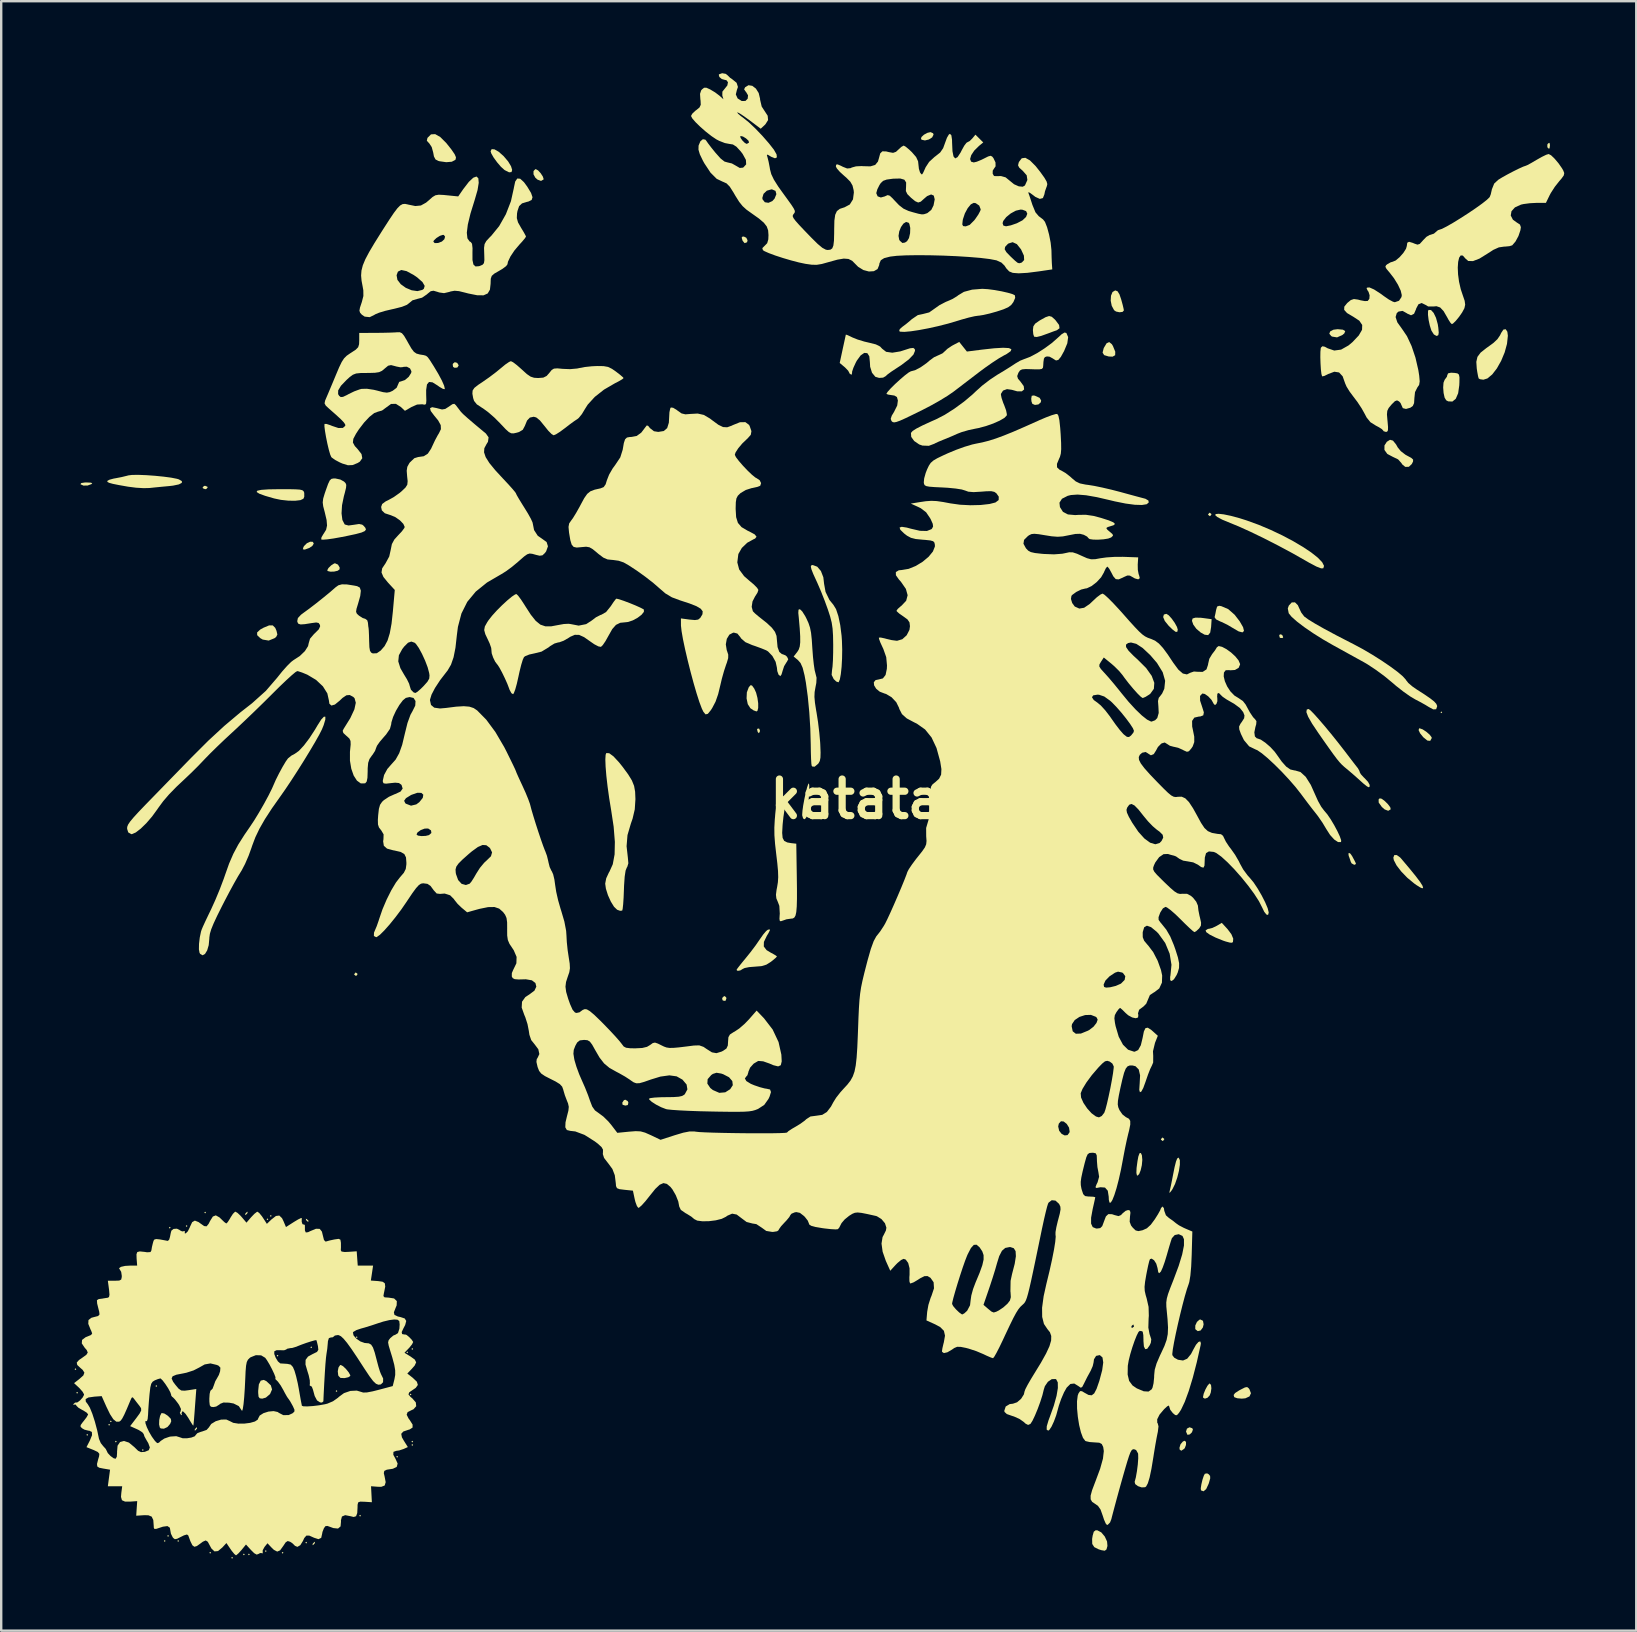
<source format=kicad_pcb>
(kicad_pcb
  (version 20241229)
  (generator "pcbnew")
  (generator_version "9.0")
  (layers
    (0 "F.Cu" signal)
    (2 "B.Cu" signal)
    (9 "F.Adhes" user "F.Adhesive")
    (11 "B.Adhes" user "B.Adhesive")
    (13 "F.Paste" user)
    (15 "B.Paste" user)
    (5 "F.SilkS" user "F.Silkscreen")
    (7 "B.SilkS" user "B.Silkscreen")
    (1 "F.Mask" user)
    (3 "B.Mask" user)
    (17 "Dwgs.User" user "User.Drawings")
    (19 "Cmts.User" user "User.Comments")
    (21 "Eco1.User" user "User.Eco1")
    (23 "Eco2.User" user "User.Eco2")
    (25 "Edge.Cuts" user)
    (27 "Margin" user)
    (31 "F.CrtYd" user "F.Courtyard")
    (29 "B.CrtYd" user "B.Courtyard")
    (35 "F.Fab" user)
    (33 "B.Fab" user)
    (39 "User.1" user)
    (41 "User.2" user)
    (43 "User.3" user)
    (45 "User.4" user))
  (footprint "katata"
    (layer "F.Cu")
    (at 32.615 30.24)
    (property "Reference" "katata" (at 0 0 0) (layer "F.SilkS") (effects (font (size 1.524 1.524) (thickness 0.3))))
    (attr board_only exclude_from_pos_files exclude_from_bom)
    (fp_poly (pts (xy -32.487 23.751) (xy -32.522 23.786) (xy -32.557 23.751) (xy -32.522 23.716)) (stroke (width 0) (type solid)) (fill yes) (layer "F.SilkS"))
    (fp_poly (pts (xy -32.417 24.733) (xy -32.452 24.769) (xy -32.487 24.733) (xy -32.452 24.698)) (stroke (width 0) (type solid)) (fill yes) (layer "F.SilkS"))
    (fp_poly (pts (xy -31.996 26.488) (xy -32.031 26.523) (xy -32.066 26.488) (xy -32.031 26.452)) (stroke (width 0) (type solid)) (fill yes) (layer "F.SilkS"))
    (fp_poly (pts (xy -31.083 26.067) (xy -31.119 26.102) (xy -31.154 26.067) (xy -31.119 26.031)) (stroke (width 0) (type solid)) (fill yes) (layer "F.SilkS"))
    (fp_poly (pts (xy -31.013 25.926) (xy -31.048 25.961) (xy -31.083 25.926) (xy -31.048 25.891)) (stroke (width 0) (type solid)) (fill yes) (layer "F.SilkS"))
    (fp_poly (pts (xy -30.803 26.768) (xy -30.838 26.803) (xy -30.873 26.768) (xy -30.838 26.733)) (stroke (width 0) (type solid)) (fill yes) (layer "F.SilkS"))
    (fp_poly (pts (xy -29.68 27.119) (xy -29.715 27.154) (xy -29.75 27.119) (xy -29.715 27.084)) (stroke (width 0) (type solid)) (fill yes) (layer "F.SilkS"))
    (fp_poly (pts (xy -29.119 24.453) (xy -29.154 24.488) (xy -29.189 24.453) (xy -29.154 24.418)) (stroke (width 0) (type solid)) (fill yes) (layer "F.SilkS"))
    (fp_poly (pts (xy -28.768 30.908) (xy -28.803 30.943) (xy -28.838 30.908) (xy -28.803 30.873)) (stroke (width 0) (type solid)) (fill yes) (layer "F.SilkS"))
    (fp_poly (pts (xy -28.628 30.698) (xy -28.663 30.733) (xy -28.698 30.698) (xy -28.663 30.662)) (stroke (width 0) (type solid)) (fill yes) (layer "F.SilkS"))
    (fp_poly (pts (xy -28.557 17.857) (xy -28.593 17.892) (xy -28.628 17.857) (xy -28.593 17.822)) (stroke (width 0) (type solid)) (fill yes) (layer "F.SilkS"))
    (fp_poly (pts (xy -28.207 30.908) (xy -28.242 30.943) (xy -28.277 30.908) (xy -28.242 30.873)) (stroke (width 0) (type solid)) (fill yes) (layer "F.SilkS"))
    (fp_poly (pts (xy -27.856 17.787) (xy -27.891 17.822) (xy -27.926 17.787) (xy -27.891 17.752)) (stroke (width 0) (type solid)) (fill yes) (layer "F.SilkS"))
    (fp_poly (pts (xy -27.084 17.226) (xy -27.119 17.261) (xy -27.154 17.226) (xy -27.119 17.191)) (stroke (width 0) (type solid)) (fill yes) (layer "F.SilkS"))
    (fp_poly (pts (xy -26.873 31.399) (xy -26.909 31.434) (xy -26.944 31.399) (xy -26.909 31.364)) (stroke (width 0) (type solid)) (fill yes) (layer "F.SilkS"))
    (fp_poly (pts (xy -25.961 31.61) (xy -25.996 31.645) (xy -26.031 31.61) (xy -25.996 31.575)) (stroke (width 0) (type solid)) (fill yes) (layer "F.SilkS"))
    (fp_poly (pts (xy -25.47 31.469) (xy -25.505 31.504) (xy -25.54 31.469) (xy -25.505 31.434)) (stroke (width 0) (type solid)) (fill yes) (layer "F.SilkS"))
    (fp_poly (pts (xy -25.26 31.469) (xy -25.295 31.504) (xy -25.33 31.469) (xy -25.295 31.434)) (stroke (width 0) (type solid)) (fill yes) (layer "F.SilkS"))
    (fp_poly (pts (xy -24.558 31.329) (xy -24.593 31.364) (xy -24.628 31.329) (xy -24.593 31.294)) (stroke (width 0) (type solid)) (fill yes) (layer "F.SilkS"))
    (fp_poly (pts (xy -24.488 17.506) (xy -24.523 17.541) (xy -24.558 17.506) (xy -24.523 17.471)) (stroke (width 0) (type solid)) (fill yes) (layer "F.SilkS"))
    (fp_poly (pts (xy -24.348 17.366) (xy -24.383 17.401) (xy -24.418 17.366) (xy -24.383 17.331)) (stroke (width 0) (type solid)) (fill yes) (layer "F.SilkS"))
    (fp_poly (pts (xy -24.067 23.19) (xy -24.102 23.225) (xy -24.137 23.19) (xy -24.102 23.155)) (stroke (width 0) (type solid)) (fill yes) (layer "F.SilkS"))
    (fp_poly (pts (xy -23.856 31.399) (xy -23.891 31.434) (xy -23.927 31.399) (xy -23.891 31.364)) (stroke (width 0) (type solid)) (fill yes) (layer "F.SilkS"))
    (fp_poly (pts (xy -22.874 30.978) (xy -22.909 31.013) (xy -22.944 30.978) (xy -22.909 30.943)) (stroke (width 0) (type solid)) (fill yes) (layer "F.SilkS"))
    (fp_poly (pts (xy -22.664 22.839) (xy -22.699 22.874) (xy -22.734 22.839) (xy -22.699 22.804)) (stroke (width 0) (type solid)) (fill yes) (layer "F.SilkS"))
    (fp_poly (pts (xy -21.611 24.663) (xy -21.646 24.698) (xy -21.681 24.663) (xy -21.646 24.628)) (stroke (width 0) (type solid)) (fill yes) (layer "F.SilkS"))
    (fp_poly (pts (xy -20.769 22.418) (xy -20.804 22.453) (xy -20.839 22.418) (xy -20.804 22.383)) (stroke (width 0) (type solid)) (fill yes) (layer "F.SilkS"))
    (fp_poly (pts (xy -20.629 29.856) (xy -20.664 29.891) (xy -20.699 29.856) (xy -20.664 29.82)) (stroke (width 0) (type solid)) (fill yes) (layer "F.SilkS"))
    (fp_poly (pts (xy -19.085 27.4) (xy -19.12 27.435) (xy -19.155 27.4) (xy -19.12 27.365)) (stroke (width 0) (type solid)) (fill yes) (layer "F.SilkS"))
    (fp_poly (pts (xy -18.664 23.049) (xy -18.699 23.085) (xy -18.734 23.049) (xy -18.699 23.014)) (stroke (width 0) (type solid)) (fill yes) (layer "F.SilkS"))
    (fp_poly (pts (xy -18.524 24.804) (xy -18.559 24.839) (xy -18.594 24.804) (xy -18.559 24.769)) (stroke (width 0) (type solid)) (fill yes) (layer "F.SilkS"))
    (fp_poly (pts (xy -18.454 22.909) (xy -18.489 22.944) (xy -18.524 22.909) (xy -18.489 22.874)) (stroke (width 0) (type solid)) (fill yes) (layer "F.SilkS"))
    (fp_poly (pts (xy -18.454 26.768) (xy -18.489 26.803) (xy -18.524 26.768) (xy -18.489 26.733)) (stroke (width 0) (type solid)) (fill yes) (layer "F.SilkS"))
    (fp_poly (pts (xy -18.454 26.909) (xy -18.489 26.944) (xy -18.524 26.909) (xy -18.489 26.873)) (stroke (width 0) (type solid)) (fill yes) (layer "F.SilkS"))
    (fp_poly (pts (xy 24.418 -3.614) (xy 24.383 -3.578) (xy 24.348 -3.614) (xy 24.383 -3.649)) (stroke (width 0) (type solid)) (fill yes) (layer "F.SilkS"))
    (fp_poly (pts (xy -22.885 17.5) (xy -22.81 17.57) (xy -22.825 17.611) (xy -22.835 17.612) (xy -22.894 17.562) (xy -22.916 17.531) (xy -22.924 17.483)) (stroke (width 0) (type solid)) (fill yes) (layer "F.SilkS"))
    (fp_poly (pts (xy -4.006 -2.862) (xy -4.014 -2.797) (xy -4.053 -2.744) (xy -4.099 -2.797) (xy -4.125 -2.901) (xy -4.112 -2.928) (xy -4.042 -2.94)) (stroke (width 0) (type solid)) (fill yes) (layer "F.SilkS"))
    (fp_poly (pts (xy 17.759 -6.827) (xy 17.794 -6.739) (xy 17.763 -6.708) (xy 17.668 -6.714) (xy 17.645 -6.739) (xy 17.628 -6.839) (xy 17.696 -6.866)) (stroke (width 0) (type solid)) (fill yes) (layer "F.SilkS"))
    (fp_poly (pts (xy -27.457 26.217) (xy -27.47 26.242) (xy -27.536 26.309) (xy -27.548 26.312) (xy -27.553 26.267) (xy -27.54 26.242) (xy -27.474 26.175) (xy -27.462 26.172)) (stroke (width 0) (type solid)) (fill yes) (layer "F.SilkS"))
    (fp_poly (pts (xy -27.026 -13.013) (xy -27.014 -12.981) (xy -27.071 -12.918) (xy -27.119 -12.91) (xy -27.212 -12.948) (xy -27.224 -12.981) (xy -27.167 -13.043) (xy -27.119 -13.051)) (stroke (width 0) (type solid)) (fill yes) (layer "F.SilkS"))
    (fp_poly (pts (xy -25.352 17.236) (xy -25.365 17.261) (xy -25.431 17.328) (xy -25.443 17.331) (xy -25.448 17.286) (xy -25.435 17.261) (xy -25.369 17.194) (xy -25.357 17.191)) (stroke (width 0) (type solid)) (fill yes) (layer "F.SilkS"))
    (fp_poly (pts (xy -22.545 30.988) (xy -22.558 31.013) (xy -22.624 31.08) (xy -22.637 31.083) (xy -22.642 31.038) (xy -22.628 31.013) (xy -22.562 30.946) (xy -22.55 30.943)) (stroke (width 0) (type solid)) (fill yes) (layer "F.SilkS"))
    (fp_poly (pts (xy -20.771 7.28) (xy -20.769 7.297) (xy -20.822 7.365) (xy -20.839 7.367) (xy -20.907 7.314) (xy -20.909 7.297) (xy -20.856 7.229) (xy -20.839 7.227)) (stroke (width 0) (type solid)) (fill yes) (layer "F.SilkS"))
    (fp_poly (pts (xy -9.514 12.583) (xy -9.486 12.647) (xy -9.51 12.747) (xy -9.613 12.77) (xy -9.728 12.735) (xy -9.74 12.647) (xy -9.67 12.543) (xy -9.613 12.525)) (stroke (width 0) (type solid)) (fill yes) (layer "F.SilkS"))
    (fp_poly (pts (xy -5.41 8.266) (xy -5.403 8.315) (xy -5.446 8.411) (xy -5.543 8.394) (xy -5.565 8.375) (xy -5.579 8.288) (xy -5.508 8.217) (xy -5.469 8.209)) (stroke (width 0) (type solid)) (fill yes) (layer "F.SilkS"))
    (fp_poly (pts (xy 12.838 14.157) (xy 12.84 14.173) (xy 12.787 14.242) (xy 12.77 14.244) (xy 12.702 14.19) (xy 12.7 14.173) (xy 12.753 14.105) (xy 12.77 14.103)) (stroke (width 0) (type solid)) (fill yes) (layer "F.SilkS"))
    (fp_poly (pts (xy 14.803 -11.875) (xy 14.805 -11.858) (xy 14.752 -11.79) (xy 14.735 -11.788) (xy 14.667 -11.841) (xy 14.665 -11.858) (xy 14.718 -11.926) (xy 14.735 -11.928)) (stroke (width 0) (type solid)) (fill yes) (layer "F.SilkS"))
    (fp_poly (pts (xy 28.908 -27.242) (xy 28.908 -27.238) (xy 28.891 -27.104) (xy 28.839 -27.106) (xy 28.799 -27.16) (xy 28.799 -27.269) (xy 28.83 -27.315) (xy 28.89 -27.341)) (stroke (width 0) (type solid)) (fill yes) (layer "F.SilkS"))
    (fp_poly (pts (xy -16.619 -18.173) (xy -16.56 -18.079) (xy -16.559 -18.06) (xy -16.612 -17.978) (xy -16.722 -17.967) (xy -16.788 -18.004) (xy -16.805 -18.098) (xy -16.794 -18.14) (xy -16.718 -18.201)) (stroke (width 0) (type solid)) (fill yes) (layer "F.SilkS"))
    (fp_poly (pts (xy -4.573 -23.385) (xy -4.521 -23.279) (xy -4.542 -23.197) (xy -4.644 -23.16) (xy -4.726 -23.258) (xy -4.729 -23.266) (xy -4.767 -23.39) (xy -4.732 -23.432) (xy -4.674 -23.435)) (stroke (width 0) (type solid)) (fill yes) (layer "F.SilkS"))
    (fp_poly (pts (xy -31.873 -13.181) (xy -31.822 -13.153) (xy -31.855 -13.121) (xy -32.016 -13.063) (xy -32.188 -13.06) (xy -32.305 -13.112) (xy -32.311 -13.121) (xy -32.279 -13.166) (xy -32.128 -13.189) (xy -32.052 -13.19)) (stroke (width 0) (type solid)) (fill yes) (layer "F.SilkS"))
    (fp_poly (pts (xy -22.635 -10.718) (xy -22.593 -10.646) (xy -22.651 -10.548) (xy -22.772 -10.466) (xy -22.966 -10.394) (xy -23.048 -10.405) (xy -23.023 -10.5) (xy -22.997 -10.542) (xy -22.881 -10.658) (xy -22.746 -10.721)) (stroke (width 0) (type solid)) (fill yes) (layer "F.SilkS"))
    (fp_poly (pts (xy 13.746 26.787) (xy 13.744 26.908) (xy 13.696 27.034) (xy 13.668 27.07) (xy 13.549 27.149) (xy 13.482 27.103) (xy 13.472 27.028) (xy 13.517 26.878) (xy 13.619 26.761) (xy 13.696 26.733)) (stroke (width 0) (type solid)) (fill yes) (layer "F.SilkS"))
    (fp_poly (pts (xy 14.007 26.212) (xy 14.033 26.268) (xy 13.992 26.382) (xy 13.901 26.469) (xy 13.812 26.485) (xy 13.799 26.475) (xy 13.746 26.351) (xy 13.784 26.228) (xy 13.891 26.172) (xy 13.893 26.172)) (stroke (width 0) (type solid)) (fill yes) (layer "F.SilkS"))
    (fp_poly (pts (xy 3.208 -27.738) (xy 3.228 -27.683) (xy 3.17 -27.566) (xy 3.033 -27.479) (xy 2.87 -27.439) (xy 2.737 -27.467) (xy 2.704 -27.5) (xy 2.724 -27.582) (xy 2.829 -27.679) (xy 2.975 -27.757) (xy 3.103 -27.786)) (stroke (width 0) (type solid)) (fill yes) (layer "F.SilkS"))
    (fp_poly (pts (xy 7.455 -16.802) (xy 7.646 -16.716) (xy 7.71 -16.605) (xy 7.695 -16.529) (xy 7.598 -16.441) (xy 7.451 -16.42) (xy 7.344 -16.466) (xy 7.307 -16.566) (xy 7.297 -16.681) (xy 7.318 -16.801) (xy 7.406 -16.815)) (stroke (width 0) (type solid)) (fill yes) (layer "F.SilkS"))
    (fp_poly (pts (xy 14.452 21.736) (xy 14.479 21.882) (xy 14.447 22.015) (xy 14.355 22.138) (xy 14.235 22.167) (xy 14.14 22.092) (xy 14.131 22.073) (xy 14.132 21.931) (xy 14.201 21.782) (xy 14.306 21.689) (xy 14.344 21.681)) (stroke (width 0) (type solid)) (fill yes) (layer "F.SilkS"))
    (fp_poly (pts (xy 20.283 -19.555) (xy 20.378 -19.495) (xy 20.341 -19.401) (xy 20.263 -19.335) (xy 20.038 -19.234) (xy 19.832 -19.268) (xy 19.794 -19.29) (xy 19.715 -19.388) (xy 19.753 -19.484) (xy 19.887 -19.554) (xy 20.061 -19.576)) (stroke (width 0) (type solid)) (fill yes) (layer "F.SilkS"))
    (fp_poly (pts (xy -21.585 -9.768) (xy -21.514 -9.647) (xy -21.519 -9.569) (xy -21.597 -9.512) (xy -21.743 -9.478) (xy -21.899 -9.473) (xy -22.011 -9.499) (xy -22.032 -9.532) (xy -21.981 -9.626) (xy -21.866 -9.738) (xy -21.745 -9.814) (xy -21.707 -9.823)) (stroke (width 0) (type solid)) (fill yes) (layer "F.SilkS"))
    (fp_poly (pts (xy -13.248 -26.191) (xy -13.138 -26.071) (xy -13.049 -25.933) (xy -13.016 -25.827) (xy -13.021 -25.813) (xy -13.125 -25.753) (xy -13.27 -25.805) (xy -13.364 -25.889) (xy -13.439 -26.028) (xy -13.438 -26.162) (xy -13.367 -26.238) (xy -13.339 -26.242)) (stroke (width 0) (type solid)) (fill yes) (layer "F.SilkS"))
    (fp_poly (pts (xy 10.656 -18.95) (xy 10.7 -18.876) (xy 10.798 -18.638) (xy 10.794 -18.492) (xy 10.686 -18.431) (xy 10.525 -18.438) (xy 10.335 -18.495) (xy 10.27 -18.6) (xy 10.315 -18.78) (xy 10.323 -18.798) (xy 10.436 -18.988) (xy 10.546 -19.039)) (stroke (width 0) (type solid)) (fill yes) (layer "F.SilkS"))
    (fp_poly (pts (xy 20.593 2.274) (xy 20.665 2.375) (xy 20.77 2.572) (xy 20.825 2.684) (xy 20.794 2.73) (xy 20.748 2.736) (xy 20.644 2.678) (xy 20.61 2.614) (xy 20.551 2.437) (xy 20.524 2.368) (xy 20.511 2.268) (xy 20.54 2.245)) (stroke (width 0) (type solid)) (fill yes) (layer "F.SilkS"))
    (fp_poly (pts (xy 21.9 -0.012) (xy 22.027 0.083) (xy 22.158 0.213) (xy 22.254 0.341) (xy 22.274 0.426) (xy 22.274 0.427) (xy 22.169 0.489) (xy 22.019 0.43) (xy 21.904 0.329) (xy 21.773 0.146) (xy 21.769 0.014) (xy 21.816 -0.031)) (stroke (width 0) (type solid)) (fill yes) (layer "F.SilkS"))
    (fp_poly (pts (xy 11.908 14.842) (xy 11.925 15.033) (xy 11.905 15.253) (xy 11.858 15.459) (xy 11.797 15.615) (xy 11.733 15.686) (xy 11.701 15.677) (xy 11.678 15.575) (xy 11.686 15.368) (xy 11.723 15.089) (xy 11.759 14.893) (xy 11.808 14.756) (xy 11.864 14.744)) (stroke (width 0) (type solid)) (fill yes) (layer "F.SilkS"))
    (fp_poly (pts (xy 13.02 -7.66) (xy 13.146 -7.522) (xy 13.273 -7.345) (xy 13.368 -7.173) (xy 13.402 -7.058) (xy 13.381 -6.966) (xy 13.309 -6.969) (xy 13.173 -7.073) (xy 13.021 -7.222) (xy 12.861 -7.42) (xy 12.794 -7.582) (xy 12.823 -7.687) (xy 12.926 -7.717)) (stroke (width 0) (type solid)) (fill yes) (layer "F.SilkS"))
    (fp_poly (pts (xy 14.346 -7.555) (xy 14.451 -7.543) (xy 14.812 -7.494) (xy 14.791 -7.168) (xy 14.753 -6.935) (xy 14.667 -6.83) (xy 14.521 -6.848) (xy 14.353 -6.942) (xy 14.175 -7.095) (xy 14.048 -7.269) (xy 13.993 -7.427) (xy 14.02 -7.523) (xy 14.134 -7.557)) (stroke (width 0) (type solid)) (fill yes) (layer "F.SilkS"))
    (fp_poly (pts (xy 14.787 24.406) (xy 14.802 24.548) (xy 14.778 24.721) (xy 14.732 24.843) (xy 14.64 24.943) (xy 14.532 24.979) (xy 14.461 24.941) (xy 14.454 24.907) (xy 14.483 24.771) (xy 14.553 24.599) (xy 14.638 24.443) (xy 14.714 24.354) (xy 14.731 24.348)) (stroke (width 0) (type solid)) (fill yes) (layer "F.SilkS"))
    (fp_poly (pts (xy 23.602 -2.905) (xy 23.755 -2.805) (xy 23.896 -2.683) (xy 23.977 -2.575) (xy 23.983 -2.541) (xy 23.919 -2.425) (xy 23.801 -2.437) (xy 23.631 -2.576) (xy 23.625 -2.581) (xy 23.495 -2.744) (xy 23.435 -2.874) (xy 23.457 -2.943) (xy 23.48 -2.947)) (stroke (width 0) (type solid)) (fill yes) (layer "F.SilkS"))
    (fp_poly (pts (xy -24.568 24.25) (xy -24.382 24.423) (xy -24.331 24.595) (xy -24.411 24.779) (xy -24.424 24.796) (xy -24.588 24.935) (xy -24.739 24.979) (xy -24.843 24.965) (xy -24.893 24.9) (xy -24.908 24.745) (xy -24.909 24.658) (xy -24.881 24.384) (xy -24.802 24.228) (xy -24.675 24.198)) (stroke (width 0) (type solid)) (fill yes) (layer "F.SilkS"))
    (fp_poly (pts (xy -24.199 -7.134) (xy -24.146 -7.012) (xy -24.11 -6.855) (xy -24.16 -6.755) (xy -24.227 -6.702) (xy -24.471 -6.603) (xy -24.719 -6.645) (xy -24.823 -6.705) (xy -24.951 -6.828) (xy -24.953 -6.942) (xy -24.825 -7.061) (xy -24.688 -7.138) (xy -24.455 -7.235) (xy -24.302 -7.236)) (stroke (width 0) (type solid)) (fill yes) (layer "F.SilkS"))
    (fp_poly (pts (xy 14.691 28.129) (xy 14.749 28.199) (xy 14.754 28.298) (xy 14.705 28.473) (xy 14.688 28.526) (xy 14.585 28.747) (xy 14.476 28.839) (xy 14.369 28.8) (xy 14.36 28.713) (xy 14.386 28.546) (xy 14.432 28.353) (xy 14.488 28.187) (xy 14.531 28.108) (xy 14.626 28.092)) (stroke (width 0) (type solid)) (fill yes) (layer "F.SilkS"))
    (fp_poly (pts (xy -28.82 25.598) (xy -28.676 25.69) (xy -28.664 25.701) (xy -28.548 25.82) (xy -28.531 25.922) (xy -28.577 26.031) (xy -28.69 26.162) (xy -28.836 26.231) (xy -28.966 26.221) (xy -29.007 26.182) (xy -29.037 26.053) (xy -29.031 25.871) (xy -28.996 25.696) (xy -28.941 25.588) (xy -28.927 25.579)) (stroke (width 0) (type solid)) (fill yes) (layer "F.SilkS"))
    (fp_poly (pts (xy -21.375 23.625) (xy -21.252 23.743) (xy -21.138 23.883) (xy -21.074 24) (xy -21.072 24.031) (xy -21.151 24.087) (xy -21.309 24.123) (xy -21.312 24.123) (xy -21.48 24.116) (xy -21.562 24.034) (xy -21.575 24.001) (xy -21.593 23.837) (xy -21.562 23.679) (xy -21.497 23.584) (xy -21.469 23.576)) (stroke (width 0) (type solid)) (fill yes) (layer "F.SilkS"))
    (fp_poly (pts (xy 10.053 30.465) (xy 10.214 30.549) (xy 10.36 30.721) (xy 10.456 30.929) (xy 10.472 31.116) (xy 10.432 31.261) (xy 10.361 31.315) (xy 10.22 31.292) (xy 10.104 31.255) (xy 9.924 31.165) (xy 9.839 31.033) (xy 9.834 30.823) (xy 9.856 30.686) (xy 9.903 30.522) (xy 9.981 30.463)) (stroke (width 0) (type solid)) (fill yes) (layer "F.SilkS"))
    (fp_poly (pts (xy 16.357 24.546) (xy 16.388 24.588) (xy 16.451 24.754) (xy 16.389 24.886) (xy 16.218 24.965) (xy 16.07 24.979) (xy 15.884 24.963) (xy 15.765 24.922) (xy 15.752 24.909) (xy 15.73 24.827) (xy 15.79 24.745) (xy 15.952 24.64) (xy 16.035 24.596) (xy 16.201 24.512) (xy 16.292 24.496)) (stroke (width 0) (type solid)) (fill yes) (layer "F.SilkS"))
    (fp_poly (pts (xy 10.894 -21.154) (xy 10.973 -21.027) (xy 11.046 -20.811) (xy 11.107 -20.589) (xy 11.147 -20.418) (xy 11.156 -20.355) (xy 11.1 -20.295) (xy 10.972 -20.281) (xy 10.831 -20.311) (xy 10.75 -20.366) (xy 10.651 -20.549) (xy 10.608 -20.763) (xy 10.62 -20.969) (xy 10.683 -21.124) (xy 10.794 -21.19) (xy 10.802 -21.19)) (stroke (width 0) (type solid)) (fill yes) (layer "F.SilkS"))
    (fp_poly (pts (xy -15.065 -27.068) (xy -14.894 -26.971) (xy -14.692 -26.794) (xy -14.684 -26.786) (xy -14.494 -26.562) (xy -14.375 -26.364) (xy -14.328 -26.212) (xy -14.355 -26.121) (xy -14.456 -26.111) (xy -14.632 -26.199) (xy -14.654 -26.214) (xy -14.797 -26.343) (xy -14.955 -26.528) (xy -15.1 -26.727) (xy -15.199 -26.9) (xy -15.226 -26.989) (xy -15.182 -27.077)) (stroke (width 0) (type solid)) (fill yes) (layer "F.SilkS"))
    (fp_poly (pts (xy -4.334 -4.729) (xy -4.244 -4.605) (xy -4.242 -4.602) (xy -4.165 -4.432) (xy -4.109 -4.214) (xy -4.078 -3.99) (xy -4.078 -3.796) (xy -4.11 -3.674) (xy -4.149 -3.651) (xy -4.27 -3.695) (xy -4.403 -3.785) (xy -4.512 -3.954) (xy -4.562 -4.194) (xy -4.55 -4.448) (xy -4.471 -4.656) (xy -4.465 -4.665) (xy -4.394 -4.745)) (stroke (width 0) (type solid)) (fill yes) (layer "F.SilkS"))
    (fp_poly (pts (xy 23.953 -20.373) (xy 24.061 -20.255) (xy 24.16 -20.051) (xy 24.233 -19.785) (xy 24.256 -19.641) (xy 24.274 -19.433) (xy 24.257 -19.329) (xy 24.2 -19.297) (xy 24.178 -19.296) (xy 24.071 -19.357) (xy 23.972 -19.512) (xy 23.967 -19.524) (xy 23.902 -19.729) (xy 23.852 -19.961) (xy 23.826 -20.176) (xy 23.828 -20.33) (xy 23.849 -20.379)) (stroke (width 0) (type solid)) (fill yes) (layer "F.SilkS"))
    (fp_poly (pts (xy -1.951 -0.566) (xy -1.952 -0.378) (xy -1.965 -0.126) (xy -1.986 0.151) (xy -2.012 0.416) (xy -2.041 0.632) (xy -2.069 0.754) (xy -2.136 0.841) (xy -2.205 0.811) (xy -2.244 0.684) (xy -2.245 0.649) (xy -2.232 0.473) (xy -2.198 0.238) (xy -2.15 -0.022) (xy -2.095 -0.274) (xy -2.041 -0.485) (xy -1.994 -0.622) (xy -1.964 -0.653)) (stroke (width 0) (type solid)) (fill yes) (layer "F.SilkS"))
    (fp_poly (pts (xy 13.443 14.945) (xy 13.489 15.043) (xy 13.489 15.236) (xy 13.451 15.488) (xy 13.382 15.764) (xy 13.29 16.03) (xy 13.183 16.249) (xy 13.142 16.31) (xy 13.066 16.406) (xy 13.054 16.381) (xy 13.077 16.278) (xy 13.114 16.114) (xy 13.163 15.872) (xy 13.2 15.682) (xy 13.27 15.331) (xy 13.328 15.101) (xy 13.377 14.977) (xy 13.424 14.94)) (stroke (width 0) (type solid)) (fill yes) (layer "F.SilkS"))
    (fp_poly (pts (xy 15.477 5.419) (xy 15.635 5.63) (xy 15.713 5.816) (xy 15.701 5.95) (xy 15.665 5.985) (xy 15.573 5.98) (xy 15.4 5.934) (xy 15.296 5.899) (xy 14.975 5.769) (xy 14.733 5.647) (xy 14.589 5.544) (xy 14.561 5.47) (xy 14.66 5.409) (xy 14.711 5.403) (xy 14.843 5.369) (xy 15.016 5.286) (xy 15.027 5.28) (xy 15.236 5.157)) (stroke (width 0) (type solid)) (fill yes) (layer "F.SilkS"))
    (fp_poly (pts (xy 22.666 2.433) (xy 22.704 2.474) (xy 23.057 2.892) (xy 23.32 3.216) (xy 23.498 3.452) (xy 23.597 3.61) (xy 23.623 3.696) (xy 23.589 3.719) (xy 23.5 3.68) (xy 23.344 3.582) (xy 23.253 3.517) (xy 22.964 3.278) (xy 22.712 3.017) (xy 22.517 2.764) (xy 22.403 2.545) (xy 22.383 2.44) (xy 22.423 2.334) (xy 22.527 2.333)) (stroke (width 0) (type solid)) (fill yes) (layer "F.SilkS"))
    (fp_poly (pts (xy 15.217 -8.036) (xy 15.503 -7.914) (xy 15.771 -7.679) (xy 15.98 -7.408) (xy 16.123 -7.16) (xy 16.161 -7.004) (xy 16.098 -6.944) (xy 15.939 -6.985) (xy 15.695 -7.127) (xy 15.462 -7.265) (xy 15.22 -7.381) (xy 15.17 -7.4) (xy 14.996 -7.487) (xy 14.936 -7.576) (xy 14.938 -7.588) (xy 14.97 -7.726) (xy 15 -7.882) (xy 15.041 -8.02) (xy 15.128 -8.052)) (stroke (width 0) (type solid)) (fill yes) (layer "F.SilkS"))
    (fp_poly (pts (xy 22.368 -14.933) (xy 22.499 -14.77) (xy 22.564 -14.653) (xy 22.692 -14.496) (xy 22.885 -14.347) (xy 22.946 -14.313) (xy 23.128 -14.215) (xy 23.207 -14.143) (xy 23.203 -14.061) (xy 23.152 -13.958) (xy 23.029 -13.842) (xy 22.878 -13.84) (xy 22.747 -13.949) (xy 22.723 -13.994) (xy 22.581 -14.152) (xy 22.36 -14.258) (xy 22.131 -14.379) (xy 22.012 -14.545) (xy 22.013 -14.732) (xy 22.112 -14.885) (xy 22.244 -14.968)) (stroke (width 0) (type solid)) (fill yes) (layer "F.SilkS"))
    (fp_poly (pts (xy 24.944 -17.753) (xy 25.054 -17.734) (xy 25.115 -17.684) (xy 25.138 -17.572) (xy 25.136 -17.366) (xy 25.13 -17.239) (xy 25.083 -16.907) (xy 24.984 -16.677) (xy 24.843 -16.561) (xy 24.669 -16.569) (xy 24.586 -16.613) (xy 24.519 -16.724) (xy 24.476 -16.919) (xy 24.459 -17.145) (xy 24.473 -17.346) (xy 24.522 -17.47) (xy 24.527 -17.475) (xy 24.614 -17.594) (xy 24.628 -17.655) (xy 24.663 -17.736) (xy 24.787 -17.763)) (stroke (width 0) (type solid)) (fill yes) (layer "F.SilkS"))
    (fp_poly (pts (xy -23.618 -12.91) (xy -23.349 -12.904) (xy -23.174 -12.892) (xy -23.072 -12.868) (xy -23.02 -12.83) (xy -22.995 -12.773) (xy -22.99 -12.756) (xy -22.989 -12.595) (xy -23.026 -12.511) (xy -23.148 -12.454) (xy -23.369 -12.428) (xy -23.653 -12.432) (xy -23.961 -12.465) (xy -24.242 -12.524) (xy -24.621 -12.634) (xy -24.865 -12.724) (xy -24.974 -12.794) (xy -24.946 -12.846) (xy -24.78 -12.882) (xy -24.477 -12.903) (xy -24.035 -12.91) (xy -24.005 -12.91)) (stroke (width 0) (type solid)) (fill yes) (layer "F.SilkS"))
    (fp_poly (pts (xy -17.325 -27.583) (xy -17.074 -27.333) (xy -16.861 -27.065) (xy -16.724 -26.865) (xy -16.669 -26.738) (xy -16.683 -26.651) (xy -16.701 -26.626) (xy -16.843 -26.552) (xy -17.074 -26.533) (xy -17.351 -26.572) (xy -17.401 -26.585) (xy -17.521 -26.647) (xy -17.587 -26.773) (xy -17.616 -26.93) (xy -17.679 -27.162) (xy -17.781 -27.317) (xy -17.792 -27.326) (xy -17.883 -27.427) (xy -17.858 -27.54) (xy -17.85 -27.553) (xy -17.71 -27.692) (xy -17.536 -27.702)) (stroke (width 0) (type solid)) (fill yes) (layer "F.SilkS"))
    (fp_poly (pts (xy 8.153 -20.093) (xy 8.274 -19.986) (xy 8.312 -19.945) (xy 8.457 -19.751) (xy 8.476 -19.615) (xy 8.369 -19.534) (xy 8.367 -19.533) (xy 8.22 -19.482) (xy 8.023 -19.408) (xy 7.999 -19.399) (xy 7.71 -19.295) (xy 7.527 -19.251) (xy 7.428 -19.261) (xy 7.415 -19.271) (xy 7.382 -19.369) (xy 7.367 -19.538) (xy 7.367 -19.546) (xy 7.386 -19.695) (xy 7.462 -19.808) (xy 7.628 -19.925) (xy 7.678 -19.955) (xy 7.898 -20.077) (xy 8.042 -20.124)) (stroke (width 0) (type solid)) (fill yes) (layer "F.SilkS"))
    (fp_poly (pts (xy 27.133 -19.47) (xy 27.154 -19.303) (xy 27.118 -18.964) (xy 27.02 -18.607) (xy 26.875 -18.258) (xy 26.697 -17.943) (xy 26.502 -17.69) (xy 26.303 -17.524) (xy 26.135 -17.471) (xy 25.994 -17.491) (xy 25.938 -17.524) (xy 25.912 -17.619) (xy 25.878 -17.804) (xy 25.858 -17.939) (xy 25.84 -18.216) (xy 25.887 -18.423) (xy 26.019 -18.6) (xy 26.256 -18.788) (xy 26.296 -18.816) (xy 26.553 -19.003) (xy 26.72 -19.161) (xy 26.83 -19.323) (xy 26.874 -19.418) (xy 26.969 -19.56) (xy 27.064 -19.574)) (stroke (width 0) (type solid)) (fill yes) (layer "F.SilkS"))
    (fp_poly (pts (xy 15.318 -11.861) (xy 15.612 -11.8) (xy 15.979 -11.701) (xy 16.278 -11.606) (xy 16.78 -11.423) (xy 17.279 -11.212) (xy 17.761 -10.983) (xy 18.212 -10.744) (xy 18.617 -10.504) (xy 18.963 -10.273) (xy 19.234 -10.058) (xy 19.416 -9.87) (xy 19.495 -9.716) (xy 19.466 -9.615) (xy 19.375 -9.611) (xy 19.183 -9.685) (xy 18.886 -9.841) (xy 18.731 -9.93) (xy 18.176 -10.245) (xy 17.586 -10.561) (xy 16.995 -10.863) (xy 16.433 -11.135) (xy 15.933 -11.361) (xy 15.589 -11.502) (xy 15.254 -11.641) (xy 15.048 -11.751) (xy 14.961 -11.829) (xy 14.983 -11.874) (xy 15.105 -11.885)) (stroke (width 0) (type solid)) (fill yes) (layer "F.SilkS"))
    (fp_poly (pts (xy -29.567 -13.494) (xy -29.205 -13.468) (xy -28.848 -13.432) (xy -28.532 -13.39) (xy -28.294 -13.343) (xy -28.218 -13.321) (xy -28.088 -13.246) (xy -28.09 -13.174) (xy -28.214 -13.109) (xy -28.453 -13.059) (xy -28.604 -13.041) (xy -28.917 -13.012) (xy -29.233 -12.981) (xy -29.44 -12.959) (xy -29.684 -12.953) (xy -29.999 -12.972) (xy -30.32 -13.013) (xy -30.339 -13.016) (xy -30.713 -13.082) (xy -30.966 -13.133) (xy -31.118 -13.175) (xy -31.188 -13.212) (xy -31.195 -13.25) (xy -31.191 -13.257) (xy -31.104 -13.305) (xy -30.93 -13.352) (xy -30.855 -13.365) (xy -30.601 -13.414) (xy -30.359 -13.473) (xy -30.324 -13.484) (xy -30.163 -13.504) (xy -29.898 -13.507)) (stroke (width 0) (type solid)) (fill yes) (layer "F.SilkS"))
    (fp_poly (pts (xy -3.591 5.467) (xy -3.653 5.59) (xy -3.719 5.699) (xy -3.84 5.951) (xy -3.845 6.141) (xy -3.73 6.292) (xy -3.578 6.385) (xy -3.41 6.477) (xy -3.31 6.543) (xy -3.298 6.558) (xy -3.348 6.615) (xy -3.476 6.723) (xy -3.548 6.779) (xy -3.738 6.899) (xy -3.942 6.96) (xy -4.218 6.982) (xy -4.456 7.001) (xy -4.642 7.039) (xy -4.718 7.075) (xy -4.824 7.139) (xy -4.933 7.157) (xy -4.982 7.12) (xy -4.94 7.053) (xy -4.827 6.907) (xy -4.667 6.71) (xy -4.613 6.646) (xy -4.398 6.379) (xy -4.184 6.095) (xy -4.017 5.853) (xy -4.013 5.848) (xy -3.874 5.648) (xy -3.749 5.501) (xy -3.68 5.446) (xy -3.601 5.426)) (stroke (width 0) (type solid)) (fill yes) (layer "F.SilkS"))
    (fp_poly (pts (xy 18.925 -3.701) (xy 19.071 -3.554) (xy 19.273 -3.329) (xy 19.518 -3.044) (xy 19.791 -2.715) (xy 20.076 -2.359) (xy 20.361 -1.993) (xy 20.437 -1.894) (xy 20.619 -1.655) (xy 20.775 -1.452) (xy 20.881 -1.317) (xy 20.908 -1.283) (xy 20.973 -1.165) (xy 20.98 -1.126) (xy 21.028 -1.037) (xy 21.148 -0.905) (xy 21.19 -0.866) (xy 21.327 -0.718) (xy 21.398 -0.587) (xy 21.39 -0.505) (xy 21.348 -0.493) (xy 21.271 -0.538) (xy 21.13 -0.652) (xy 21.015 -0.756) (xy 20.782 -0.965) (xy 20.529 -1.183) (xy 20.441 -1.256) (xy 20.333 -1.346) (xy 20.237 -1.434) (xy 20.141 -1.537) (xy 20.03 -1.672) (xy 19.891 -1.857) (xy 19.71 -2.109) (xy 19.472 -2.446) (xy 19.255 -2.758) (xy 18.998 -3.142) (xy 18.834 -3.429) (xy 18.76 -3.622) (xy 18.776 -3.729) (xy 18.85 -3.754)) (stroke (width 0) (type solid)) (fill yes) (layer "F.SilkS"))
    (fp_poly (pts (xy -1.618 -9.681) (xy -1.465 -9.501) (xy -1.364 -9.24) (xy -1.333 -8.968) (xy -1.272 -8.63) (xy -1.109 -8.295) (xy -0.944 -8.091) (xy -0.835 -7.913) (xy -0.738 -7.622) (xy -0.659 -7.244) (xy -0.604 -6.806) (xy -0.589 -6.596) (xy -0.578 -6.228) (xy -0.584 -5.857) (xy -0.603 -5.508) (xy -0.635 -5.21) (xy -0.675 -4.99) (xy -0.723 -4.875) (xy -0.737 -4.866) (xy -0.827 -4.898) (xy -0.932 -4.999) (xy -1.018 -5.174) (xy -1.002 -5.367) (xy -0.981 -5.52) (xy -0.964 -5.776) (xy -0.955 -6.099) (xy -0.953 -6.42) (xy -0.96 -6.808) (xy -0.979 -7.103) (xy -1.016 -7.353) (xy -1.08 -7.605) (xy -1.174 -7.894) (xy -1.306 -8.258) (xy -1.462 -8.654) (xy -1.613 -9.005) (xy -1.641 -9.066) (xy -1.781 -9.371) (xy -1.86 -9.572) (xy -1.886 -9.689) (xy -1.861 -9.741) (xy -1.807 -9.751)) (stroke (width 0) (type solid)) (fill yes) (layer "F.SilkS"))
    (fp_poly (pts (xy -21.69 -13.356) (xy -21.486 -13.312) (xy -21.332 -13.227) (xy -21.267 -13.16) (xy -21.239 -13.085) (xy -21.249 -12.967) (xy -21.297 -12.769) (xy -21.339 -12.615) (xy -21.416 -12.241) (xy -21.436 -11.902) (xy -21.401 -11.629) (xy -21.311 -11.452) (xy -21.295 -11.437) (xy -21.145 -11.397) (xy -20.915 -11.428) (xy -20.706 -11.46) (xy -20.577 -11.433) (xy -20.521 -11.39) (xy -20.442 -11.299) (xy -20.42 -11.226) (xy -20.469 -11.164) (xy -20.604 -11.104) (xy -20.839 -11.041) (xy -21.189 -10.966) (xy -21.456 -10.913) (xy -21.772 -10.856) (xy -22.034 -10.82) (xy -22.215 -10.806) (xy -22.285 -10.817) (xy -22.271 -10.907) (xy -22.188 -11.047) (xy -22.177 -11.061) (xy -22.079 -11.22) (xy -22.04 -11.396) (xy -22.059 -11.626) (xy -22.134 -11.945) (xy -22.144 -11.984) (xy -22.2 -12.199) (xy -22.22 -12.359) (xy -22.201 -12.517) (xy -22.139 -12.726) (xy -22.087 -12.877) (xy -21.997 -13.128) (xy -21.928 -13.273) (xy -21.858 -13.34) (xy -21.763 -13.358)) (stroke (width 0) (type solid)) (fill yes) (layer "F.SilkS"))
    (fp_poly (pts (xy 5.492 -21.243) (xy 5.772 -21.206) (xy 6.065 -21.153) (xy 6.33 -21.092) (xy 6.529 -21.032) (xy 6.616 -20.987) (xy 6.629 -20.882) (xy 6.555 -20.708) (xy 6.551 -20.702) (xy 6.462 -20.583) (xy 6.336 -20.489) (xy 6.139 -20.403) (xy 5.856 -20.31) (xy 5.567 -20.229) (xy 5.306 -20.169) (xy 5.12 -20.139) (xy 5.091 -20.138) (xy 4.939 -20.116) (xy 4.694 -20.06) (xy 4.397 -19.977) (xy 4.221 -19.923) (xy 3.832 -19.808) (xy 3.42 -19.703) (xy 3.009 -19.612) (xy 2.622 -19.539) (xy 2.283 -19.488) (xy 2.017 -19.464) (xy 1.846 -19.471) (xy 1.796 -19.495) (xy 1.818 -19.576) (xy 1.921 -19.669) (xy 2.079 -19.787) (xy 2.269 -19.945) (xy 2.322 -19.993) (xy 2.573 -20.163) (xy 2.785 -20.208) (xy 3.047 -20.275) (xy 3.252 -20.419) (xy 3.481 -20.581) (xy 3.743 -20.716) (xy 3.797 -20.737) (xy 4.021 -20.836) (xy 4.212 -20.953) (xy 4.254 -20.988) (xy 4.492 -21.131) (xy 4.834 -21.223) (xy 5.25 -21.257) (xy 5.262 -21.257)) (stroke (width 0) (type solid)) (fill yes) (layer "F.SilkS"))
    (fp_poly (pts (xy -10.285 -1.91) (xy -10.107 -1.779) (xy -9.874 -1.528) (xy -9.73 -1.348) (xy -9.496 -1.03) (xy -9.34 -0.776) (xy -9.248 -0.548) (xy -9.205 -0.306) (xy -9.193 -0.011) (xy -9.193 0.014) (xy -9.22 0.43) (xy -9.311 0.817) (xy -9.381 1.017) (xy -9.523 1.501) (xy -9.561 1.965) (xy -9.508 2.438) (xy -9.487 2.675) (xy -9.533 2.827) (xy -9.551 2.852) (xy -9.602 2.98) (xy -9.64 3.23) (xy -9.666 3.608) (xy -9.672 3.782) (xy -9.685 4.107) (xy -9.703 4.38) (xy -9.724 4.57) (xy -9.743 4.646) (xy -9.832 4.655) (xy -9.954 4.611) (xy -10.083 4.488) (xy -10.217 4.271) (xy -10.337 4.006) (xy -10.422 3.736) (xy -10.452 3.524) (xy -10.41 3.303) (xy -10.298 3.06) (xy -10.275 3.024) (xy -10.136 2.715) (xy -10.06 2.304) (xy -10.049 1.784) (xy -10.1 1.149) (xy -10.201 0.48) (xy -10.285 -0.035) (xy -10.353 -0.525) (xy -10.404 -0.97) (xy -10.435 -1.352) (xy -10.446 -1.65) (xy -10.434 -1.845) (xy -10.406 -1.917)) (stroke (width 0) (type solid)) (fill yes) (layer "F.SilkS"))
    (fp_poly (pts (xy -3.017 -0.101) (xy -2.927 0.018) (xy -2.917 0.152) (xy -2.948 0.282) (xy -2.987 0.472) (xy -3.027 0.746) (xy -3.059 1.05) (xy -3.062 1.089) (xy -3.079 1.41) (xy -3.06 1.619) (xy -2.994 1.743) (xy -2.867 1.807) (xy -2.701 1.836) (xy -2.491 1.859) (xy -2.47 3.193) (xy -2.463 3.742) (xy -2.463 4.167) (xy -2.472 4.483) (xy -2.491 4.706) (xy -2.523 4.851) (xy -2.571 4.935) (xy -2.635 4.974) (xy -2.709 4.982) (xy -2.9 5.009) (xy -3.013 5.049) (xy -3.131 5.089) (xy -3.176 5.08) (xy -3.192 4.993) (xy -3.183 4.824) (xy -3.178 4.778) (xy -3.197 4.45) (xy -3.257 4.29) (xy -3.321 4.139) (xy -3.338 3.986) (xy -3.312 3.777) (xy -3.289 3.663) (xy -3.257 3.463) (xy -3.244 3.252) (xy -3.252 2.998) (xy -3.282 2.667) (xy -3.324 2.314) (xy -3.375 1.866) (xy -3.402 1.507) (xy -3.405 1.187) (xy -3.387 0.857) (xy -3.366 0.631) (xy -3.328 0.321) (xy -3.287 0.061) (xy -3.247 -0.115) (xy -3.223 -0.173) (xy -3.125 -0.182)) (stroke (width 0) (type solid)) (fill yes) (layer "F.SilkS"))
    (fp_poly (pts (xy -0.368 -19.333) (xy -0.226 -19.268) (xy -0.156 -19.233) (xy 0.063 -19.145) (xy 0.346 -19.059) (xy 0.543 -19.013) (xy 0.825 -18.942) (xy 1 -18.854) (xy 1.087 -18.761) (xy 1.252 -18.633) (xy 1.508 -18.596) (xy 1.841 -18.65) (xy 2 -18.701) (xy 2.243 -18.779) (xy 2.383 -18.795) (xy 2.446 -18.746) (xy 2.456 -18.677) (xy 2.39 -18.518) (xy 2.196 -18.316) (xy 1.877 -18.075) (xy 1.674 -17.942) (xy 1.465 -17.804) (xy 1.305 -17.686) (xy 1.231 -17.617) (xy 1.125 -17.557) (xy 0.96 -17.546) (xy 0.809 -17.59) (xy 0.8 -17.595) (xy 0.664 -17.76) (xy 0.586 -18.011) (xy 0.575 -18.203) (xy 0.551 -18.448) (xy 0.468 -18.577) (xy 0.342 -18.588) (xy 0.191 -18.484) (xy 0.03 -18.264) (xy -0.015 -18.179) (xy -0.111 -17.97) (xy -0.165 -17.809) (xy -0.169 -17.742) (xy -0.184 -17.685) (xy -0.206 -17.682) (xy -0.278 -17.736) (xy -0.281 -17.756) (xy -0.33 -17.847) (xy -0.452 -17.974) (xy -0.481 -18) (xy -0.682 -18.168) (xy -0.557 -18.75) (xy -0.499 -19.016) (xy -0.454 -19.222) (xy -0.429 -19.337) (xy -0.426 -19.35)) (stroke (width 0) (type solid)) (fill yes) (layer "F.SilkS"))
    (fp_poly (pts (xy -2.243 -7.817) (xy -2.119 -7.62) (xy -2.075 -7.535) (xy -1.983 -7.335) (xy -1.92 -7.145) (xy -1.876 -6.928) (xy -1.846 -6.645) (xy -1.822 -6.28) (xy -1.796 -5.93) (xy -1.762 -5.613) (xy -1.725 -5.367) (xy -1.691 -5.234) (xy -1.646 -5.054) (xy -1.657 -4.837) (xy -1.691 -4.663) (xy -1.727 -4.458) (xy -1.735 -4.255) (xy -1.713 -4.01) (xy -1.661 -3.679) (xy -1.647 -3.604) (xy -1.585 -3.206) (xy -1.532 -2.764) (xy -1.496 -2.356) (xy -1.491 -2.258) (xy -1.479 -1.938) (xy -1.485 -1.725) (xy -1.511 -1.587) (xy -1.562 -1.494) (xy -1.583 -1.469) (xy -1.725 -1.349) (xy -1.823 -1.355) (xy -1.849 -1.387) (xy -1.863 -1.475) (xy -1.875 -1.673) (xy -1.884 -1.953) (xy -1.889 -2.282) (xy -1.907 -2.94) (xy -1.949 -3.617) (xy -2.012 -4.27) (xy -2.091 -4.853) (xy -2.147 -5.157) (xy -2.224 -5.465) (xy -2.314 -5.668) (xy -2.424 -5.793) (xy -2.601 -5.938) (xy -2.448 -6.133) (xy -2.387 -6.232) (xy -2.346 -6.359) (xy -2.327 -6.534) (xy -2.328 -6.778) (xy -2.348 -7.112) (xy -2.387 -7.557) (xy -2.407 -7.753) (xy -2.398 -7.891) (xy -2.34 -7.91)) (stroke (width 0) (type solid)) (fill yes) (layer "F.SilkS"))
    (fp_poly (pts (xy 18.405 -8.077) (xy 18.451 -7.972) (xy 18.547 -7.769) (xy 18.67 -7.607) (xy 18.673 -7.604) (xy 18.836 -7.485) (xy 19.117 -7.312) (xy 19.509 -7.09) (xy 20.003 -6.825) (xy 20.59 -6.522) (xy 20.727 -6.452) (xy 21.114 -6.245) (xy 21.51 -6.012) (xy 21.896 -5.768) (xy 22.25 -5.527) (xy 22.55 -5.306) (xy 22.774 -5.117) (xy 22.902 -4.976) (xy 22.916 -4.95) (xy 23.008 -4.835) (xy 23.18 -4.689) (xy 23.33 -4.584) (xy 23.68 -4.359) (xy 23.926 -4.19) (xy 24.084 -4.065) (xy 24.171 -3.969) (xy 24.205 -3.888) (xy 24.207 -3.86) (xy 24.166 -3.742) (xy 24.045 -3.736) (xy 23.864 -3.834) (xy 23.712 -3.927) (xy 23.489 -4.051) (xy 23.304 -4.147) (xy 23.08 -4.28) (xy 22.798 -4.479) (xy 22.501 -4.712) (xy 22.333 -4.856) (xy 22.018 -5.116) (xy 21.66 -5.38) (xy 21.316 -5.608) (xy 21.175 -5.691) (xy 20.858 -5.866) (xy 20.476 -6.077) (xy 20.087 -6.292) (xy 19.867 -6.413) (xy 19.44 -6.659) (xy 19.035 -6.914) (xy 18.671 -7.164) (xy 18.368 -7.395) (xy 18.146 -7.591) (xy 18.027 -7.737) (xy 18.023 -7.747) (xy 17.986 -7.94) (xy 18.028 -8.06) (xy 18.15 -8.192) (xy 18.285 -8.196)) (stroke (width 0) (type solid)) (fill yes) (layer "F.SilkS"))
    (fp_poly (pts (xy 4.457 -18.845) (xy 4.617 -18.644) (xy 5.243 -18.724) (xy 5.75 -18.78) (xy 6.124 -18.802) (xy 6.365 -18.789) (xy 6.47 -18.742) (xy 6.441 -18.66) (xy 6.277 -18.544) (xy 6.16 -18.482) (xy 5.948 -18.36) (xy 5.669 -18.178) (xy 5.361 -17.962) (xy 5.137 -17.795) (xy 4.822 -17.554) (xy 4.496 -17.305) (xy 4.203 -17.081) (xy 4.049 -16.964) (xy 3.812 -16.801) (xy 3.49 -16.604) (xy 3.126 -16.399) (xy 2.772 -16.215) (xy 2.356 -16.01) (xy 2.047 -15.861) (xy 1.827 -15.763) (xy 1.679 -15.71) (xy 1.583 -15.693) (xy 1.522 -15.708) (xy 1.477 -15.748) (xy 1.475 -15.751) (xy 1.443 -15.842) (xy 1.488 -15.976) (xy 1.58 -16.127) (xy 1.714 -16.396) (xy 1.742 -16.606) (xy 1.702 -16.748) (xy 1.596 -16.811) (xy 1.491 -16.827) (xy 1.336 -16.851) (xy 1.264 -16.88) (xy 1.263 -16.882) (xy 1.313 -16.965) (xy 1.443 -17.11) (xy 1.624 -17.289) (xy 1.828 -17.476) (xy 2.025 -17.645) (xy 2.187 -17.769) (xy 2.284 -17.822) (xy 2.288 -17.822) (xy 2.46 -17.868) (xy 2.69 -17.989) (xy 2.935 -18.161) (xy 3.07 -18.276) (xy 3.248 -18.407) (xy 3.426 -18.488) (xy 3.429 -18.489) (xy 3.599 -18.568) (xy 3.691 -18.651) (xy 3.806 -18.759) (xy 3.985 -18.879) (xy 4.036 -18.908) (xy 4.297 -19.046)) (stroke (width 0) (type solid)) (fill yes) (layer "F.SilkS"))
    (fp_poly (pts (xy -22.11 -3.429) (xy -22.112 -3.31) (xy -22.18 -3.082) (xy -22.253 -2.903) (xy -22.361 -2.69) (xy -22.531 -2.387) (xy -22.748 -2.02) (xy -22.996 -1.613) (xy -23.26 -1.194) (xy -23.523 -0.787) (xy -23.769 -0.419) (xy -23.964 -0.14) (xy -24.336 0.387) (xy -24.628 0.836) (xy -24.853 1.229) (xy -25.027 1.592) (xy -25.162 1.95) (xy -25.186 2.024) (xy -25.307 2.359) (xy -25.451 2.692) (xy -25.594 2.967) (xy -25.633 3.03) (xy -25.751 3.223) (xy -25.914 3.51) (xy -26.104 3.859) (xy -26.304 4.24) (xy -26.412 4.451) (xy -26.62 4.868) (xy -26.768 5.186) (xy -26.866 5.427) (xy -26.921 5.613) (xy -26.943 5.768) (xy -26.945 5.819) (xy -26.97 6.087) (xy -27.034 6.304) (xy -27.124 6.452) (xy -27.225 6.508) (xy -27.322 6.453) (xy -27.351 6.407) (xy -27.378 6.263) (xy -27.374 6.034) (xy -27.343 5.77) (xy -27.291 5.522) (xy -27.264 5.438) (xy -27.214 5.319) (xy -27.117 5.107) (xy -26.987 4.834) (xy -26.872 4.596) (xy -26.694 4.204) (xy -26.507 3.753) (xy -26.343 3.319) (xy -26.287 3.157) (xy -26.121 2.689) (xy -25.946 2.284) (xy -25.74 1.897) (xy -25.478 1.484) (xy -25.255 1.16) (xy -25.076 0.891) (xy -24.872 0.557) (xy -24.666 0.199) (xy -24.48 -0.145) (xy -24.336 -0.434) (xy -24.28 -0.561) (xy -24.177 -0.796) (xy -24.04 -1.07) (xy -23.893 -1.341) (xy -23.759 -1.566) (xy -23.667 -1.695) (xy -23.525 -1.81) (xy -23.378 -1.89) (xy -23.214 -2.007) (xy -23.008 -2.228) (xy -22.778 -2.531) (xy -22.542 -2.893) (xy -22.438 -3.07) (xy -22.281 -3.316) (xy -22.169 -3.433)) (stroke (width 0) (type solid)) (fill yes) (layer "F.SilkS"))
    (fp_poly (pts (xy -14.289 -18.198) (xy -14.131 -18.078) (xy -13.939 -17.909) (xy -13.921 -17.892) (xy -13.714 -17.705) (xy -13.559 -17.599) (xy -13.415 -17.552) (xy -13.244 -17.541) (xy -13.03 -17.558) (xy -12.891 -17.628) (xy -12.779 -17.755) (xy -12.682 -17.875) (xy -12.587 -17.933) (xy -12.448 -17.944) (xy -12.221 -17.923) (xy -11.914 -17.911) (xy -11.622 -17.937) (xy -11.531 -17.956) (xy -11.299 -18) (xy -11.003 -18.031) (xy -10.785 -18.041) (xy -10.52 -18.037) (xy -10.335 -18.004) (xy -10.17 -17.924) (xy -10.008 -17.812) (xy -9.834 -17.678) (xy -9.716 -17.576) (xy -9.686 -17.539) (xy -9.742 -17.49) (xy -9.89 -17.403) (xy -10.051 -17.32) (xy -10.5 -17.059) (xy -10.886 -16.755) (xy -11.18 -16.433) (xy -11.3 -16.243) (xy -11.424 -16.037) (xy -11.552 -15.88) (xy -11.613 -15.83) (xy -11.739 -15.747) (xy -11.931 -15.607) (xy -12.129 -15.454) (xy -12.333 -15.303) (xy -12.502 -15.196) (xy -12.601 -15.156) (xy -12.688 -15.209) (xy -12.824 -15.347) (xy -12.981 -15.542) (xy -13.172 -15.776) (xy -13.324 -15.899) (xy -13.43 -15.928) (xy -13.591 -15.893) (xy -13.707 -15.77) (xy -13.801 -15.542) (xy -13.886 -15.384) (xy -14.041 -15.292) (xy -14.136 -15.264) (xy -14.266 -15.235) (xy -14.367 -15.239) (xy -14.467 -15.291) (xy -14.598 -15.409) (xy -14.789 -15.61) (xy -14.833 -15.658) (xy -15.071 -15.896) (xy -15.322 -16.114) (xy -15.54 -16.275) (xy -15.585 -16.302) (xy -15.801 -16.445) (xy -15.915 -16.588) (xy -15.953 -16.706) (xy -15.985 -16.891) (xy -15.975 -17.021) (xy -15.903 -17.13) (xy -15.749 -17.252) (xy -15.559 -17.379) (xy -15.281 -17.573) (xy -14.996 -17.789) (xy -14.794 -17.955) (xy -14.609 -18.107) (xy -14.456 -18.211) (xy -14.38 -18.243)) (stroke (width 0) (type solid)) (fill yes) (layer "F.SilkS"))
    (fp_poly (pts (xy 8.76 -19.418) (xy 8.761 -19.418) (xy 8.835 -19.245) (xy 8.8 -18.987) (xy 8.667 -18.667) (xy 8.532 -18.423) (xy 8.426 -18.296) (xy 8.329 -18.272) (xy 8.221 -18.338) (xy 8.21 -18.348) (xy 8.061 -18.43) (xy 7.951 -18.441) (xy 7.869 -18.414) (xy 7.826 -18.349) (xy 7.805 -18.206) (xy 7.797 -18.066) (xy 7.786 -17.972) (xy 7.741 -17.921) (xy 7.632 -17.902) (xy 7.427 -17.904) (xy 7.319 -17.908) (xy 7.065 -17.915) (xy 6.914 -17.901) (xy 6.828 -17.856) (xy 6.769 -17.77) (xy 6.76 -17.753) (xy 6.712 -17.622) (xy 6.745 -17.514) (xy 6.844 -17.398) (xy 6.984 -17.206) (xy 7.001 -17.065) (xy 6.908 -16.988) (xy 6.716 -16.986) (xy 6.49 -17.05) (xy 6.287 -17.079) (xy 6.122 -17.018) (xy 6.038 -16.886) (xy 6.034 -16.846) (xy 6.062 -16.708) (xy 6.131 -16.504) (xy 6.175 -16.399) (xy 6.25 -16.194) (xy 6.282 -16.031) (xy 6.277 -15.981) (xy 6.181 -15.881) (xy 5.982 -15.765) (xy 5.714 -15.646) (xy 5.409 -15.539) (xy 5.103 -15.457) (xy 4.982 -15.434) (xy 4.685 -15.371) (xy 4.393 -15.286) (xy 4.225 -15.221) (xy 3.96 -15.104) (xy 3.684 -14.99) (xy 3.628 -14.968) (xy 3.433 -14.887) (xy 3.292 -14.821) (xy 3.263 -14.804) (xy 3.032 -14.717) (xy 2.765 -14.727) (xy 2.63 -14.774) (xy 2.421 -14.917) (xy 2.298 -15.087) (xy 2.286 -15.25) (xy 2.288 -15.256) (xy 2.355 -15.334) (xy 2.513 -15.436) (xy 2.773 -15.569) (xy 3.148 -15.741) (xy 3.333 -15.822) (xy 3.688 -16.005) (xy 4.091 -16.261) (xy 4.496 -16.557) (xy 4.857 -16.861) (xy 4.988 -16.986) (xy 5.251 -17.223) (xy 5.573 -17.47) (xy 5.885 -17.677) (xy 5.9 -17.686) (xy 6.17 -17.848) (xy 6.418 -18.003) (xy 6.602 -18.123) (xy 6.631 -18.143) (xy 6.828 -18.26) (xy 7.02 -18.337) (xy 7.029 -18.339) (xy 7.254 -18.425) (xy 7.543 -18.579) (xy 7.854 -18.778) (xy 8.149 -18.994) (xy 8.382 -19.198) (xy 8.566 -19.367) (xy 8.685 -19.437)) (stroke (width 0) (type solid)) (fill yes) (layer "F.SilkS"))
    (fp_poly (pts (xy -14.078 -8.472) (xy -13.96 -8.314) (xy -13.818 -8.097) (xy -13.79 -8.051) (xy -13.551 -7.681) (xy -13.346 -7.424) (xy -13.152 -7.267) (xy -12.943 -7.196) (xy -12.698 -7.197) (xy -12.415 -7.25) (xy -12.175 -7.293) (xy -11.974 -7.303) (xy -11.888 -7.29) (xy -11.557 -7.226) (xy -11.245 -7.288) (xy -11.022 -7.432) (xy -10.835 -7.574) (xy -10.648 -7.669) (xy -10.61 -7.68) (xy -10.416 -7.791) (xy -10.219 -8.036) (xy -10.102 -8.212) (xy -10.015 -8.325) (xy -9.986 -8.35) (xy -9.873 -8.324) (xy -9.677 -8.258) (xy -9.438 -8.168) (xy -9.195 -8.069) (xy -8.99 -7.977) (xy -8.861 -7.909) (xy -8.84 -7.893) (xy -8.84 -7.799) (xy -8.938 -7.678) (xy -9.103 -7.552) (xy -9.3 -7.445) (xy -9.498 -7.378) (xy -9.596 -7.367) (xy -9.826 -7.344) (xy -10.003 -7.257) (xy -10.157 -7.083) (xy -10.317 -6.8) (xy -10.44 -6.58) (xy -10.553 -6.414) (xy -10.629 -6.341) (xy -10.734 -6.36) (xy -10.905 -6.449) (xy -11.06 -6.556) (xy -11.331 -6.746) (xy -11.539 -6.84) (xy -11.718 -6.843) (xy -11.904 -6.763) (xy -11.987 -6.709) (xy -12.184 -6.596) (xy -12.364 -6.531) (xy -12.414 -6.525) (xy -12.567 -6.48) (xy -12.751 -6.368) (xy -12.808 -6.322) (xy -13.103 -6.143) (xy -13.392 -6.071) (xy -13.615 -6.022) (xy -13.785 -5.953) (xy -13.835 -5.915) (xy -13.886 -5.803) (xy -13.952 -5.588) (xy -14.022 -5.305) (xy -14.066 -5.102) (xy -14.133 -4.805) (xy -14.2 -4.564) (xy -14.259 -4.41) (xy -14.29 -4.37) (xy -14.359 -4.412) (xy -14.435 -4.551) (xy -14.456 -4.61) (xy -14.528 -4.799) (xy -14.632 -5.033) (xy -14.748 -5.271) (xy -14.857 -5.473) (xy -14.937 -5.597) (xy -14.953 -5.613) (xy -15.036 -5.724) (xy -15.12 -5.896) (xy -15.18 -6.07) (xy -15.191 -6.185) (xy -15.19 -6.188) (xy -15.201 -6.298) (xy -15.265 -6.482) (xy -15.331 -6.625) (xy -15.447 -6.87) (xy -15.493 -7.042) (xy -15.465 -7.193) (xy -15.364 -7.373) (xy -15.305 -7.46) (xy -15.16 -7.644) (xy -14.967 -7.857) (xy -14.75 -8.074) (xy -14.533 -8.274) (xy -14.343 -8.432) (xy -14.203 -8.526) (xy -14.148 -8.54)) (stroke (width 0) (type solid)) (fill yes) (layer "F.SilkS"))
    (fp_poly (pts (xy -18.92 -19.408) (xy -18.829 -19.298) (xy -18.709 -19.094) (xy -18.666 -19.016) (xy -18.529 -18.777) (xy -18.422 -18.635) (xy -18.315 -18.56) (xy -18.177 -18.522) (xy -18.154 -18.518) (xy -18.012 -18.496) (xy -17.919 -18.468) (xy -17.846 -18.41) (xy -17.761 -18.294) (xy -17.634 -18.094) (xy -17.595 -18.033) (xy -17.404 -17.713) (xy -17.256 -17.436) (xy -17.163 -17.223) (xy -17.134 -17.096) (xy -17.142 -17.076) (xy -17.215 -17.091) (xy -17.357 -17.173) (xy -17.438 -17.232) (xy -17.647 -17.362) (xy -17.791 -17.377) (xy -17.877 -17.273) (xy -17.911 -17.043) (xy -17.91 -16.84) (xy -17.903 -16.602) (xy -17.913 -16.476) (xy -17.953 -16.431) (xy -18.035 -16.439) (xy -18.069 -16.448) (xy -18.29 -16.436) (xy -18.52 -16.334) (xy -18.795 -16.175) (xy -18.962 -16.332) (xy -19.172 -16.466) (xy -19.374 -16.461) (xy -19.575 -16.315) (xy -19.576 -16.314) (xy -19.749 -16.187) (xy -19.922 -16.138) (xy -20.076 -16.08) (xy -20.275 -15.922) (xy -20.496 -15.687) (xy -20.718 -15.397) (xy -20.833 -15.22) (xy -20.945 -15.008) (xy -20.963 -14.854) (xy -20.882 -14.706) (xy -20.769 -14.584) (xy -20.604 -14.373) (xy -20.572 -14.2) (xy -20.674 -14.057) (xy -20.766 -14) (xy -20.976 -13.915) (xy -21.17 -13.907) (xy -21.403 -13.979) (xy -21.506 -14.024) (xy -21.698 -14.125) (xy -21.838 -14.224) (xy -21.864 -14.25) (xy -21.91 -14.358) (xy -21.967 -14.557) (xy -22.027 -14.81) (xy -22.082 -15.081) (xy -22.125 -15.332) (xy -22.149 -15.526) (xy -22.146 -15.626) (xy -22.143 -15.63) (xy -22.061 -15.628) (xy -21.902 -15.576) (xy -21.831 -15.546) (xy -21.572 -15.46) (xy -21.382 -15.461) (xy -21.282 -15.548) (xy -21.28 -15.554) (xy -21.285 -15.611) (xy -21.344 -15.697) (xy -21.469 -15.828) (xy -21.676 -16.018) (xy -21.95 -16.259) (xy -22.092 -16.39) (xy -22.143 -16.486) (xy -22.12 -16.602) (xy -22.077 -16.703) (xy -22.006 -16.869) (xy -22.005 -16.871) (xy -21.579 -16.871) (xy -21.537 -16.801) (xy -21.47 -16.748) (xy -21.375 -16.756) (xy -21.213 -16.832) (xy -21.141 -16.872) (xy -20.906 -16.986) (xy -20.676 -17.07) (xy -20.598 -17.089) (xy -20.378 -17.094) (xy -20.089 -17.05) (xy -19.945 -17.015) (xy -19.705 -16.952) (xy -19.55 -16.932) (xy -19.428 -16.954) (xy -19.305 -17.01) (xy -19.141 -17.135) (xy -19.085 -17.263) (xy -19.034 -17.38) (xy -18.958 -17.401) (xy -18.795 -17.457) (xy -18.637 -17.591) (xy -18.536 -17.752) (xy -18.524 -17.82) (xy -18.583 -17.941) (xy -18.716 -18.013) (xy -18.86 -18.006) (xy -18.875 -17.997) (xy -18.984 -17.988) (xy -19.16 -18.023) (xy -19.198 -18.035) (xy -19.374 -18.08) (xy -19.495 -18.054) (xy -19.634 -17.939) (xy -19.639 -17.935) (xy -19.751 -17.841) (xy -19.871 -17.786) (xy -20.04 -17.76) (xy -20.299 -17.752) (xy -20.371 -17.752) (xy -20.647 -17.749) (xy -20.829 -17.73) (xy -20.964 -17.678) (xy -21.097 -17.58) (xy -21.224 -17.465) (xy -21.46 -17.22) (xy -21.576 -17.027) (xy -21.579 -16.871) (xy -22.005 -16.871) (xy -21.898 -17.125) (xy -21.769 -17.433) (xy -21.672 -17.666) (xy -21.536 -17.988) (xy -21.43 -18.208) (xy -21.333 -18.358) (xy -21.224 -18.468) (xy -21.083 -18.566) (xy -21.037 -18.595) (xy -20.844 -18.722) (xy -20.743 -18.825) (xy -20.705 -18.95) (xy -20.699 -19.111) (xy -20.699 -19.42) (xy -20.015 -19.422) (xy -19.694 -19.426) (xy -19.404 -19.433) (xy -19.189 -19.442) (xy -19.122 -19.448) (xy -19.009 -19.449)) (stroke (width 0) (type solid)) (fill yes) (layer "F.SilkS"))
    (fp_poly (pts (xy -15.737 -25.863) (xy -15.721 -25.673) (xy -15.77 -25.371) (xy -15.888 -24.963) (xy -16.065 -24.391) (xy -16.175 -23.936) (xy -16.217 -23.595) (xy -16.192 -23.361) (xy -16.1 -23.23) (xy -16.055 -23.209) (xy -16 -23.135) (xy -15.979 -22.951) (xy -15.982 -22.763) (xy -15.981 -22.455) (xy -15.941 -22.268) (xy -15.853 -22.189) (xy -15.708 -22.2) (xy -15.669 -22.213) (xy -15.561 -22.26) (xy -15.504 -22.327) (xy -15.485 -22.451) (xy -15.49 -22.671) (xy -15.492 -22.721) (xy -15.499 -22.962) (xy -15.477 -23.12) (xy -15.405 -23.249) (xy -15.262 -23.404) (xy -15.197 -23.468) (xy -14.87 -23.869) (xy -14.59 -24.364) (xy -14.379 -24.907) (xy -14.258 -25.454) (xy -14.257 -25.466) (xy -14.201 -25.727) (xy -14.114 -25.853) (xy -13.994 -25.844) (xy -13.837 -25.701) (xy -13.7 -25.515) (xy -13.541 -25.252) (xy -13.48 -25.073) (xy -13.516 -24.959) (xy -13.651 -24.893) (xy -13.71 -24.88) (xy -13.917 -24.817) (xy -14.038 -24.702) (xy -14.107 -24.498) (xy -14.125 -24.397) (xy -14.134 -24.204) (xy -14.084 -24.025) (xy -13.959 -23.804) (xy -13.845 -23.616) (xy -13.77 -23.478) (xy -13.752 -23.433) (xy -13.797 -23.362) (xy -13.912 -23.224) (xy -14.025 -23.101) (xy -14.233 -22.855) (xy -14.4 -22.604) (xy -14.503 -22.386) (xy -14.524 -22.278) (xy -14.581 -22.202) (xy -14.729 -22.091) (xy -14.875 -22.004) (xy -15.073 -21.89) (xy -15.178 -21.797) (xy -15.219 -21.679) (xy -15.226 -21.489) (xy -15.226 -21.469) (xy -15.254 -21.223) (xy -15.347 -21.064) (xy -15.519 -20.987) (xy -15.783 -20.989) (xy -16.154 -21.063) (xy -16.284 -21.097) (xy -16.544 -21.161) (xy -16.728 -21.177) (xy -16.888 -21.148) (xy -16.949 -21.128) (xy -17.165 -21.077) (xy -17.368 -21.106) (xy -17.435 -21.129) (xy -17.605 -21.178) (xy -17.721 -21.158) (xy -17.853 -21.052) (xy -17.878 -21.028) (xy -18.082 -20.888) (xy -18.271 -20.839) (xy -18.481 -20.778) (xy -18.59 -20.687) (xy -18.71 -20.592) (xy -18.919 -20.508) (xy -19.24 -20.426) (xy -19.332 -20.406) (xy -19.623 -20.338) (xy -19.87 -20.263) (xy -20.033 -20.195) (xy -20.067 -20.173) (xy -20.262 -20.077) (xy -20.471 -20.099) (xy -20.589 -20.178) (xy -20.664 -20.263) (xy -20.691 -20.348) (xy -20.668 -20.475) (xy -20.597 -20.688) (xy -20.591 -20.706) (xy -20.526 -20.958) (xy -20.529 -21.198) (xy -20.556 -21.35) (xy -20.602 -21.594) (xy -20.621 -21.81) (xy -20.62 -21.825) (xy -19.143 -21.825) (xy -19.108 -21.63) (xy -18.968 -21.449) (xy -18.759 -21.299) (xy -18.516 -21.197) (xy -18.275 -21.162) (xy -18.071 -21.212) (xy -18.008 -21.258) (xy -17.972 -21.379) (xy -18.064 -21.538) (xy -18.279 -21.729) (xy -18.43 -21.833) (xy -18.728 -21.995) (xy -18.947 -22.042) (xy -19.087 -21.974) (xy -19.143 -21.825) (xy -20.62 -21.825) (xy -20.606 -22.017) (xy -20.55 -22.236) (xy -20.446 -22.487) (xy -20.286 -22.789) (xy -20.064 -23.164) (xy -20.028 -23.221) (xy -17.612 -23.221) (xy -17.556 -23.163) (xy -17.421 -23.166) (xy -17.256 -23.227) (xy -17.153 -23.323) (xy -17.123 -23.431) (xy -17.173 -23.5) (xy -17.21 -23.506) (xy -17.337 -23.466) (xy -17.482 -23.375) (xy -17.589 -23.273) (xy -17.612 -23.221) (xy -20.028 -23.221) (xy -19.772 -23.63) (xy -19.698 -23.746) (xy -19.448 -24.135) (xy -19.257 -24.419) (xy -19.11 -24.613) (xy -18.993 -24.731) (xy -18.891 -24.787) (xy -18.79 -24.796) (xy -18.675 -24.772) (xy -18.663 -24.768) (xy -18.362 -24.706) (xy -18.13 -24.729) (xy -17.915 -24.848) (xy -17.794 -24.95) (xy -17.644 -25.083) (xy -17.525 -25.154) (xy -17.388 -25.178) (xy -17.185 -25.168) (xy -17.047 -25.154) (xy -16.575 -25.107) (xy -16.365 -25.411) (xy -16.132 -25.714) (xy -15.947 -25.887) (xy -15.814 -25.936)) (stroke (width 0) (type solid)) (fill yes) (layer "F.SilkS"))
    (fp_poly (pts (xy -7.623 -16.302) (xy -7.477 -16.215) (xy -7.433 -16.18) (xy -7.27 -16.066) (xy -7.11 -16.028) (xy -6.913 -16.044) (xy -6.598 -16.061) (xy -6.343 -16.004) (xy -6.087 -15.853) (xy -5.993 -15.781) (xy -5.737 -15.593) (xy -5.541 -15.498) (xy -5.368 -15.489) (xy -5.181 -15.556) (xy -5.139 -15.578) (xy -4.839 -15.699) (xy -4.612 -15.703) (xy -4.46 -15.59) (xy -4.432 -15.538) (xy -4.36 -15.328) (xy -4.387 -15.174) (xy -4.524 -15.02) (xy -4.543 -15.004) (xy -4.741 -14.814) (xy -4.91 -14.613) (xy -5.022 -14.438) (xy -5.052 -14.343) (xy -5.005 -14.245) (xy -4.882 -14.083) (xy -4.711 -13.886) (xy -4.521 -13.686) (xy -4.34 -13.513) (xy -4.196 -13.396) (xy -4.142 -13.367) (xy -4.016 -13.283) (xy -3.958 -13.163) (xy -3.99 -13.059) (xy -4.007 -13.046) (xy -4.127 -13.002) (xy -4.316 -12.96) (xy -4.356 -12.953) (xy -4.594 -12.877) (xy -4.808 -12.751) (xy -4.82 -12.741) (xy -4.925 -12.639) (xy -4.984 -12.529) (xy -5.01 -12.37) (xy -5.017 -12.118) (xy -5.017 -12.082) (xy -4.997 -11.744) (xy -4.923 -11.506) (xy -4.772 -11.33) (xy -4.52 -11.181) (xy -4.438 -11.143) (xy -4.223 -11.026) (xy -4.147 -10.93) (xy -4.208 -10.852) (xy -4.263 -10.828) (xy -4.533 -10.68) (xy -4.76 -10.462) (xy -4.9 -10.217) (xy -4.907 -10.192) (xy -4.948 -9.861) (xy -4.871 -9.566) (xy -4.666 -9.288) (xy -4.452 -9.101) (xy -4.26 -8.94) (xy -4.123 -8.8) (xy -4.07 -8.712) (xy -4.07 -8.712) (xy -4.11 -8.594) (xy -4.208 -8.441) (xy -4.21 -8.439) (xy -4.315 -8.233) (xy -4.349 -8.009) (xy -4.301 -7.828) (xy -4.297 -7.821) (xy -4.21 -7.733) (xy -4.063 -7.609) (xy -4.035 -7.587) (xy -3.72 -7.337) (xy -3.507 -7.137) (xy -3.378 -6.965) (xy -3.314 -6.798) (xy -3.298 -6.623) (xy -3.271 -6.331) (xy -3.198 -6.129) (xy -3.086 -6.037) (xy -3.058 -6.034) (xy -2.938 -5.985) (xy -2.876 -5.928) (xy -2.826 -5.824) (xy -2.885 -5.714) (xy -2.901 -5.695) (xy -2.998 -5.535) (xy -3.06 -5.346) (xy -3.105 -5.193) (xy -3.155 -5.123) (xy -3.159 -5.122) (xy -3.23 -5.183) (xy -3.283 -5.332) (xy -3.298 -5.476) (xy -3.351 -5.717) (xy -3.487 -5.962) (xy -3.668 -6.151) (xy -3.748 -6.199) (xy -3.944 -6.279) (xy -4.198 -6.372) (xy -4.332 -6.417) (xy -4.611 -6.537) (xy -4.786 -6.689) (xy -4.822 -6.744) (xy -4.945 -6.895) (xy -5.089 -6.934) (xy -5.121 -6.932) (xy -5.279 -6.85) (xy -5.386 -6.674) (xy -5.427 -6.445) (xy -5.389 -6.204) (xy -5.375 -6.168) (xy -5.326 -6.017) (xy -5.328 -5.873) (xy -5.385 -5.678) (xy -5.415 -5.598) (xy -5.502 -5.334) (xy -5.592 -5.013) (xy -5.648 -4.774) (xy -5.746 -4.369) (xy -5.855 -4.057) (xy -5.994 -3.792) (xy -6.053 -3.701) (xy -6.175 -3.552) (xy -6.27 -3.528) (xy -6.36 -3.634) (xy -6.426 -3.771) (xy -6.529 -4.044) (xy -6.646 -4.41) (xy -6.771 -4.84) (xy -6.897 -5.308) (xy -7.017 -5.786) (xy -7.124 -6.244) (xy -7.211 -6.657) (xy -7.27 -6.995) (xy -7.296 -7.23) (xy -7.296 -7.254) (xy -7.297 -7.526) (xy -6.939 -7.478) (xy -6.714 -7.458) (xy -6.58 -7.477) (xy -6.495 -7.545) (xy -6.485 -7.557) (xy -6.4 -7.7) (xy -6.39 -7.82) (xy -6.47 -7.928) (xy -6.649 -8.035) (xy -6.943 -8.151) (xy -7.332 -8.278) (xy -7.673 -8.405) (xy -7.945 -8.568) (xy -8.174 -8.765) (xy -8.444 -9) (xy -8.781 -9.263) (xy -9.139 -9.52) (xy -9.474 -9.739) (xy -9.682 -9.858) (xy -9.893 -9.929) (xy -10.138 -9.963) (xy -10.166 -9.964) (xy -10.356 -9.984) (xy -10.529 -10.059) (xy -10.735 -10.214) (xy -10.779 -10.252) (xy -10.969 -10.409) (xy -11.108 -10.49) (xy -11.245 -10.513) (xy -11.433 -10.497) (xy -11.451 -10.495) (xy -11.641 -10.478) (xy -11.767 -10.506) (xy -11.849 -10.602) (xy -11.905 -10.788) (xy -11.956 -11.089) (xy -11.959 -11.11) (xy -11.98 -11.338) (xy -11.953 -11.483) (xy -11.881 -11.588) (xy -11.79 -11.714) (xy -11.66 -11.926) (xy -11.515 -12.184) (xy -11.472 -12.266) (xy -11.324 -12.539) (xy -11.201 -12.714) (xy -11.068 -12.822) (xy -10.889 -12.89) (xy -10.648 -12.944) (xy -10.517 -12.996) (xy -10.434 -13.112) (xy -10.379 -13.289) (xy -10.288 -13.519) (xy -10.139 -13.777) (xy -10.036 -13.917) (xy -9.824 -14.234) (xy -9.723 -14.553) (xy -9.721 -14.566) (xy -9.675 -14.832) (xy -9.624 -14.987) (xy -9.546 -15.062) (xy -9.423 -15.085) (xy -9.36 -15.086) (xy -9.139 -15.128) (xy -8.948 -15.268) (xy -8.789 -15.478) (xy -8.72 -15.566) (xy -8.662 -15.549) (xy -8.587 -15.454) (xy -8.42 -15.324) (xy -8.241 -15.296) (xy -8.012 -15.333) (xy -7.87 -15.455) (xy -7.8 -15.679) (xy -7.788 -15.893) (xy -7.776 -16.112) (xy -7.744 -16.268) (xy -7.717 -16.314)) (stroke (width 0) (type solid)) (fill yes) (layer "F.SilkS"))
    (fp_poly (pts (xy 28.955 -26.82) (xy 29.101 -26.68) (xy 29.263 -26.489) (xy 29.409 -26.279) (xy 29.463 -26.185) (xy 29.503 -26.079) (xy 29.482 -25.979) (xy 29.385 -25.845) (xy 29.297 -25.744) (xy 29.112 -25.51) (xy 28.943 -25.248) (xy 28.892 -25.152) (xy 28.74 -24.839) (xy 28.351 -24.838) (xy 28.073 -24.824) (xy 27.807 -24.789) (xy 27.7 -24.765) (xy 27.449 -24.65) (xy 27.305 -24.491) (xy 27.274 -24.312) (xy 27.363 -24.139) (xy 27.519 -24.025) (xy 27.658 -23.934) (xy 27.696 -23.825) (xy 27.676 -23.695) (xy 27.595 -23.456) (xy 27.472 -23.229) (xy 27.34 -23.075) (xy 27.331 -23.068) (xy 27.219 -23.034) (xy 27.032 -23.016) (xy 26.99 -23.015) (xy 26.778 -22.984) (xy 26.545 -22.879) (xy 26.323 -22.735) (xy 25.972 -22.517) (xy 25.7 -22.412) (xy 25.503 -22.418) (xy 25.389 -22.516) (xy 25.278 -22.642) (xy 25.19 -22.649) (xy 25.124 -22.555) (xy 25.083 -22.38) (xy 25.067 -22.141) (xy 25.079 -21.86) (xy 25.12 -21.554) (xy 25.191 -21.242) (xy 25.273 -20.997) (xy 25.354 -20.76) (xy 25.376 -20.597) (xy 25.345 -20.456) (xy 25.336 -20.434) (xy 25.25 -20.275) (xy 25.123 -20.092) (xy 24.986 -19.925) (xy 24.871 -19.813) (xy 24.82 -19.787) (xy 24.762 -19.843) (xy 24.671 -19.986) (xy 24.632 -20.06) (xy 24.476 -20.329) (xy 24.334 -20.48) (xy 24.181 -20.533) (xy 24.053 -20.521) (xy 23.836 -20.521) (xy 23.721 -20.589) (xy 23.564 -20.666) (xy 23.428 -20.613) (xy 23.336 -20.44) (xy 23.328 -20.408) (xy 23.246 -20.219) (xy 23.121 -20.155) (xy 22.967 -20.223) (xy 22.954 -20.234) (xy 22.768 -20.338) (xy 22.599 -20.31) (xy 22.526 -20.246) (xy 22.477 -20.082) (xy 22.549 -19.862) (xy 22.74 -19.595) (xy 22.743 -19.591) (xy 22.951 -19.284) (xy 23.143 -18.872) (xy 23.305 -18.389) (xy 23.424 -17.872) (xy 23.461 -17.636) (xy 23.481 -17.402) (xy 23.458 -17.256) (xy 23.385 -17.15) (xy 23.384 -17.149) (xy 23.286 -16.955) (xy 23.26 -16.707) (xy 23.247 -16.496) (xy 23.194 -16.377) (xy 23.092 -16.304) (xy 22.91 -16.253) (xy 22.778 -16.286) (xy 22.734 -16.383) (xy 22.684 -16.497) (xy 22.621 -16.566) (xy 22.537 -16.61) (xy 22.449 -16.577) (xy 22.319 -16.449) (xy 22.3 -16.427) (xy 22.188 -16.292) (xy 22.131 -16.174) (xy 22.117 -16.024) (xy 22.136 -15.792) (xy 22.141 -15.746) (xy 22.162 -15.5) (xy 22.158 -15.363) (xy 22.123 -15.306) (xy 22.075 -15.296) (xy 21.977 -15.325) (xy 21.962 -15.352) (xy 21.904 -15.413) (xy 21.758 -15.504) (xy 21.657 -15.557) (xy 21.429 -15.7) (xy 21.269 -15.897) (xy 21.195 -16.039) (xy 21.063 -16.276) (xy 20.882 -16.55) (xy 20.727 -16.754) (xy 20.563 -16.974) (xy 20.435 -17.18) (xy 20.374 -17.32) (xy 20.271 -17.613) (xy 20.123 -17.773) (xy 19.925 -17.804) (xy 19.672 -17.709) (xy 19.657 -17.701) (xy 19.508 -17.628) (xy 19.42 -17.61) (xy 19.415 -17.613) (xy 19.387 -17.71) (xy 19.364 -17.903) (xy 19.349 -18.15) (xy 19.341 -18.408) (xy 19.344 -18.633) (xy 19.359 -18.781) (xy 19.369 -18.81) (xy 19.43 -18.865) (xy 19.529 -18.844) (xy 19.648 -18.779) (xy 19.921 -18.686) (xy 20.207 -18.725) (xy 20.514 -18.898) (xy 20.678 -19.035) (xy 20.943 -19.315) (xy 21.079 -19.55) (xy 21.086 -19.752) (xy 20.964 -19.93) (xy 20.713 -20.095) (xy 20.702 -20.101) (xy 20.454 -20.248) (xy 20.335 -20.38) (xy 20.339 -20.513) (xy 20.459 -20.663) (xy 20.464 -20.668) (xy 20.611 -20.789) (xy 20.739 -20.832) (xy 20.908 -20.809) (xy 21.015 -20.78) (xy 21.192 -20.747) (xy 21.313 -20.751) (xy 21.383 -20.838) (xy 21.395 -20.988) (xy 21.348 -21.136) (xy 21.318 -21.175) (xy 21.27 -21.27) (xy 21.282 -21.306) (xy 21.388 -21.315) (xy 21.581 -21.23) (xy 21.849 -21.057) (xy 21.996 -20.949) (xy 22.194 -20.813) (xy 22.364 -20.722) (xy 22.444 -20.699) (xy 22.619 -20.76) (xy 22.722 -20.914) (xy 22.734 -20.996) (xy 22.69 -21.183) (xy 22.574 -21.431) (xy 22.409 -21.699) (xy 22.228 -21.933) (xy 22.097 -22.088) (xy 22.051 -22.178) (xy 22.08 -22.241) (xy 22.136 -22.286) (xy 22.273 -22.363) (xy 22.347 -22.383) (xy 22.479 -22.437) (xy 22.642 -22.574) (xy 22.798 -22.75) (xy 22.911 -22.927) (xy 22.944 -23.041) (xy 22.963 -23.177) (xy 23.037 -23.217) (xy 23.193 -23.171) (xy 23.262 -23.141) (xy 23.389 -23.098) (xy 23.484 -23.129) (xy 23.598 -23.253) (xy 23.621 -23.281) (xy 23.762 -23.424) (xy 23.895 -23.501) (xy 23.923 -23.506) (xy 24.073 -23.556) (xy 24.137 -23.611) (xy 24.24 -23.699) (xy 24.289 -23.716) (xy 24.407 -23.755) (xy 24.613 -23.86) (xy 24.881 -24.014) (xy 25.187 -24.203) (xy 25.506 -24.408) (xy 25.81 -24.614) (xy 26.077 -24.805) (xy 26.279 -24.964) (xy 26.392 -25.074) (xy 26.396 -25.08) (xy 26.441 -25.193) (xy 26.483 -25.376) (xy 26.487 -25.4) (xy 26.585 -25.643) (xy 26.754 -25.8) (xy 26.915 -25.899) (xy 27.135 -26.022) (xy 27.379 -26.15) (xy 27.611 -26.265) (xy 27.795 -26.348) (xy 27.894 -26.382) (xy 27.895 -26.382) (xy 27.975 -26.416) (xy 28.138 -26.505) (xy 28.347 -26.628) (xy 28.568 -26.753) (xy 28.751 -26.842) (xy 28.853 -26.873)) (stroke (width 0) (type solid)) (fill yes) (layer "F.SilkS"))
    (fp_poly (pts (xy -5.428 -30.213) (xy -5.354 -30.154) (xy -5.248 -30.049) (xy -5.162 -29.991) (xy -4.977 -29.84) (xy -4.922 -29.667) (xy -4.966 -29.538) (xy -5.01 -29.356) (xy -4.935 -29.19) (xy -4.763 -29.081) (xy -4.609 -29.085) (xy -4.516 -29.178) (xy -4.501 -29.318) (xy -4.584 -29.459) (xy -4.597 -29.47) (xy -4.664 -29.568) (xy -4.623 -29.654) (xy -4.482 -29.74) (xy -4.323 -29.714) (xy -4.173 -29.599) (xy -4.057 -29.414) (xy -4.001 -29.183) (xy -3.999 -29.137) (xy -3.932 -28.851) (xy -3.824 -28.685) (xy -3.683 -28.469) (xy -3.666 -28.288) (xy -3.774 -28.116) (xy -3.81 -28.079) (xy -3.972 -27.928) (xy -4.446 -28.285) (xy -4.665 -28.443) (xy -4.838 -28.558) (xy -4.939 -28.61) (xy -4.952 -28.61) (xy -4.919 -28.556) (xy -4.799 -28.453) (xy -4.699 -28.38) (xy -4.473 -28.198) (xy -4.197 -27.937) (xy -3.905 -27.632) (xy -3.631 -27.318) (xy -3.425 -27.055) (xy -3.313 -26.859) (xy -3.299 -26.734) (xy -3.377 -26.695) (xy -3.537 -26.759) (xy -3.571 -26.78) (xy -3.688 -26.85) (xy -3.716 -26.829) (xy -3.687 -26.724) (xy -3.644 -26.551) (xy -3.599 -26.318) (xy -3.586 -26.236) (xy -3.533 -26.034) (xy -3.424 -25.805) (xy -3.244 -25.52) (xy -3.079 -25.289) (xy -2.851 -24.975) (xy -2.694 -24.756) (xy -2.599 -24.609) (xy -2.555 -24.516) (xy -2.55 -24.455) (xy -2.575 -24.408) (xy -2.6 -24.377) (xy -2.633 -24.329) (xy -2.639 -24.276) (xy -2.606 -24.201) (xy -2.522 -24.089) (xy -2.376 -23.924) (xy -2.155 -23.69) (xy -1.859 -23.384) (xy -1.599 -23.127) (xy -1.406 -22.966) (xy -1.26 -22.888) (xy -1.183 -22.875) (xy -1.07 -22.888) (xy -1.044 -22.906) (xy 6.191 -22.906) (xy 6.262 -22.784) (xy 6.432 -22.608) (xy 6.458 -22.583) (xy 6.626 -22.425) (xy 6.726 -22.344) (xy 6.794 -22.322) (xy 6.867 -22.34) (xy 6.906 -22.355) (xy 7.002 -22.457) (xy 6.992 -22.64) (xy 6.874 -22.897) (xy 6.871 -22.902) (xy 6.699 -23.119) (xy 6.523 -23.2) (xy 6.347 -23.145) (xy 6.31 -23.115) (xy 6.21 -23.006) (xy 6.191 -22.906) (xy -1.044 -22.906) (xy -0.993 -22.942) (xy -0.946 -23.06) (xy -0.921 -23.264) (xy -0.916 -23.462) (xy 1.768 -23.462) (xy 1.797 -23.302) (xy 1.825 -23.259) (xy 1.93 -23.167) (xy 2.037 -23.184) (xy 2.124 -23.242) (xy 2.204 -23.372) (xy 2.25 -23.575) (xy 2.257 -23.794) (xy 2.225 -23.94) (xy 4.425 -23.94) (xy 4.46 -23.871) (xy 4.569 -23.859) (xy 4.735 -23.922) (xy 4.804 -23.992) (xy 6.104 -23.992) (xy 6.137 -23.892) (xy 6.246 -23.862) (xy 6.448 -23.902) (xy 6.697 -23.988) (xy 6.933 -24.111) (xy 7.081 -24.251) (xy 7.133 -24.386) (xy 7.084 -24.495) (xy 6.929 -24.553) (xy 6.85 -24.558) (xy 6.655 -24.513) (xy 6.443 -24.398) (xy 6.255 -24.245) (xy 6.131 -24.084) (xy 6.104 -23.992) (xy 4.804 -23.992) (xy 4.925 -24.113) (xy 4.964 -24.164) (xy 5.093 -24.352) (xy 5.175 -24.508) (xy 5.192 -24.568) (xy 5.131 -24.725) (xy 4.985 -24.826) (xy 4.903 -24.839) (xy 4.782 -24.777) (xy 4.651 -24.618) (xy 4.533 -24.4) (xy 4.453 -24.161) (xy 4.442 -24.105) (xy 4.425 -23.94) (xy 2.225 -23.94) (xy 2.219 -23.966) (xy 2.191 -24.009) (xy 2.084 -24.044) (xy 1.972 -23.974) (xy 1.871 -23.831) (xy 1.798 -23.649) (xy 1.768 -23.462) (xy -0.916 -23.462) (xy -0.913 -23.576) (xy -0.912 -23.746) (xy -0.904 -24.1) (xy -0.87 -24.341) (xy -0.799 -24.495) (xy -0.678 -24.589) (xy -0.493 -24.65) (xy -0.482 -24.653) (xy -0.263 -24.77) (xy -0.129 -24.984) (xy -0.096 -25.24) (xy 0.842 -25.24) (xy 0.897 -25.111) (xy 1.031 -25.062) (xy 1.201 -25.109) (xy 1.216 -25.118) (xy 1.316 -25.162) (xy 1.406 -25.135) (xy 1.529 -25.019) (xy 1.575 -24.967) (xy 1.79 -24.742) (xy 1.975 -24.598) (xy 2.184 -24.502) (xy 2.372 -24.446) (xy 2.595 -24.386) (xy 2.73 -24.36) (xy 2.822 -24.363) (xy 2.92 -24.394) (xy 2.971 -24.413) (xy 3.133 -24.545) (xy 3.227 -24.732) (xy 3.276 -24.985) (xy 3.237 -25.141) (xy 3.126 -25.189) (xy 2.958 -25.119) (xy 2.835 -25.014) (xy 2.696 -24.889) (xy 2.587 -24.853) (xy 2.462 -24.909) (xy 2.288 -25.052) (xy 2.136 -25.203) (xy 2.075 -25.331) (xy 2.081 -25.489) (xy 2.082 -25.494) (xy 2.086 -25.688) (xy 2.011 -25.804) (xy 1.84 -25.853) (xy 1.554 -25.846) (xy 1.516 -25.842) (xy 1.275 -25.809) (xy 1.128 -25.756) (xy 1.028 -25.662) (xy 0.975 -25.582) (xy 0.885 -25.402) (xy 0.843 -25.251) (xy 0.842 -25.24) (xy -0.096 -25.24) (xy -0.092 -25.272) (xy -0.102 -25.369) (xy -0.149 -25.562) (xy -0.24 -25.72) (xy -0.408 -25.89) (xy -0.495 -25.965) (xy -0.675 -26.129) (xy -0.8 -26.272) (xy -0.842 -26.354) (xy -0.829 -26.431) (xy -0.771 -26.442) (xy -0.634 -26.384) (xy -0.548 -26.34) (xy -0.372 -26.271) (xy -0.235 -26.284) (xy -0.173 -26.313) (xy -0.002 -26.36) (xy 0.226 -26.371) (xy 0.291 -26.367) (xy 0.597 -26.359) (xy 0.796 -26.419) (xy 0.911 -26.559) (xy 0.951 -26.696) (xy 1.006 -26.899) (xy 1.095 -26.986) (xy 1.256 -26.981) (xy 1.362 -26.954) (xy 1.54 -26.922) (xy 1.663 -26.965) (xy 1.761 -27.056) (xy 1.888 -27.172) (xy 1.982 -27.224) (xy 1.985 -27.224) (xy 2.068 -27.178) (xy 2.21 -27.06) (xy 2.324 -26.952) (xy 2.501 -26.748) (xy 2.583 -26.57) (xy 2.597 -26.443) (xy 2.617 -26.259) (xy 2.664 -26.106) (xy 2.723 -26.026) (xy 2.76 -26.034) (xy 2.805 -26.114) (xy 2.877 -26.273) (xy 2.897 -26.32) (xy 3.044 -26.546) (xy 3.273 -26.756) (xy 3.302 -26.776) (xy 3.503 -26.936) (xy 3.627 -27.116) (xy 3.711 -27.347) (xy 3.786 -27.551) (xy 3.864 -27.684) (xy 3.91 -27.715) (xy 3.969 -27.655) (xy 3.997 -27.47) (xy 4 -27.347) (xy 4.016 -26.991) (xy 4.059 -26.772) (xy 4.13 -26.69) (xy 4.229 -26.745) (xy 4.355 -26.938) (xy 4.404 -27.035) (xy 4.507 -27.221) (xy 4.599 -27.341) (xy 4.639 -27.365) (xy 4.734 -27.414) (xy 4.843 -27.523) (xy 4.973 -27.68) (xy 5.298 -27.356) (xy 5.122 -27.212) (xy 4.923 -27.016) (xy 4.797 -26.826) (xy 4.75 -26.664) (xy 4.791 -26.556) (xy 4.902 -26.522) (xy 5.03 -26.553) (xy 5.222 -26.632) (xy 5.319 -26.68) (xy 5.502 -26.772) (xy 5.605 -26.8) (xy 5.671 -26.767) (xy 5.723 -26.702) (xy 5.808 -26.524) (xy 5.812 -26.361) (xy 5.754 -26.277) (xy 5.693 -26.182) (xy 5.691 -26.054) (xy 5.743 -25.963) (xy 5.771 -25.954) (xy 5.907 -25.952) (xy 6.034 -25.956) (xy 6.23 -25.901) (xy 6.4 -25.762) (xy 6.582 -25.614) (xy 6.777 -25.527) (xy 6.944 -25.511) (xy 7.035 -25.564) (xy 7.137 -25.792) (xy 7.108 -25.987) (xy 6.945 -26.173) (xy 6.942 -26.175) (xy 6.798 -26.305) (xy 6.748 -26.401) (xy 6.773 -26.512) (xy 6.79 -26.55) (xy 6.902 -26.696) (xy 7.052 -26.716) (xy 7.243 -26.608) (xy 7.478 -26.373) (xy 7.674 -26.126) (xy 7.844 -25.889) (xy 7.937 -25.73) (xy 7.967 -25.62) (xy 7.946 -25.528) (xy 7.94 -25.516) (xy 7.87 -25.32) (xy 7.844 -25.19) (xy 7.783 -25.038) (xy 7.654 -25.004) (xy 7.467 -25.089) (xy 7.366 -25.167) (xy 7.238 -25.261) (xy 7.176 -25.28) (xy 7.177 -25.258) (xy 7.221 -25.137) (xy 7.288 -24.933) (xy 7.346 -24.754) (xy 7.473 -24.445) (xy 7.617 -24.276) (xy 7.636 -24.265) (xy 7.789 -24.148) (xy 7.869 -24.047) (xy 7.958 -23.822) (xy 8.041 -23.515) (xy 8.106 -23.182) (xy 8.138 -22.881) (xy 8.14 -22.823) (xy 8.146 -22.57) (xy 8.155 -22.338) (xy 8.159 -22.278) (xy 8.174 -22.067) (xy 7.613 -21.984) (xy 7.133 -21.923) (xy 6.775 -21.903) (xy 6.528 -21.922) (xy 6.379 -21.982) (xy 6.257 -22.112) (xy 6.185 -22.223) (xy 6.056 -22.35) (xy 5.852 -22.443) (xy 5.84 -22.446) (xy 5.566 -22.498) (xy 5.18 -22.545) (xy 4.711 -22.584) (xy 4.186 -22.617) (xy 3.633 -22.641) (xy 3.08 -22.655) (xy 2.554 -22.659) (xy 2.084 -22.652) (xy 1.697 -22.633) (xy 1.421 -22.6) (xy 1.415 -22.599) (xy 1.168 -22.535) (xy 1.031 -22.448) (xy 0.972 -22.314) (xy 0.963 -22.247) (xy 0.895 -22.081) (xy 0.741 -21.992) (xy 0.534 -21.979) (xy 0.305 -22.04) (xy 0.086 -22.174) (xy -0.023 -22.284) (xy -0.163 -22.425) (xy -0.317 -22.502) (xy -0.513 -22.517) (xy -0.78 -22.472) (xy -1.145 -22.371) (xy -1.428 -22.292) (xy -1.642 -22.257) (xy -1.851 -22.262) (xy -2.112 -22.299) (xy -2.385 -22.357) (xy -2.707 -22.441) (xy -3.043 -22.54) (xy -3.362 -22.644) (xy -3.632 -22.744) (xy -3.819 -22.827) (xy -3.881 -22.868) (xy -3.906 -22.952) (xy -3.808 -23.051) (xy -3.804 -23.054) (xy -3.703 -23.158) (xy -3.657 -23.316) (xy -3.649 -23.496) (xy -3.664 -23.693) (xy -3.722 -23.856) (xy -3.843 -24.012) (xy -4.047 -24.186) (xy -4.35 -24.401) (xy -4.566 -24.556) (xy -4.727 -24.703) (xy -4.869 -24.879) (xy -4.973 -25.045) (xy -3.906 -25.045) (xy -3.896 -24.984) (xy -3.8 -24.864) (xy -3.65 -24.841) (xy -3.489 -24.913) (xy -3.397 -25.014) (xy -3.32 -25.202) (xy -3.357 -25.338) (xy -3.5 -25.399) (xy -3.53 -25.4) (xy -3.718 -25.346) (xy -3.856 -25.214) (xy -3.906 -25.045) (xy -4.973 -25.045) (xy -5.023 -25.124) (xy -5.11 -25.274) (xy -5.262 -25.513) (xy -5.395 -25.649) (xy -5.538 -25.714) (xy -5.551 -25.718) (xy -5.807 -25.84) (xy -6.063 -26.096) (xy -6.322 -26.488) (xy -6.381 -26.595) (xy -6.509 -26.861) (xy -6.566 -27.054) (xy -6.562 -27.215) (xy -6.559 -27.231) (xy -6.487 -27.403) (xy -6.383 -27.49) (xy -6.278 -27.471) (xy -6.239 -27.423) (xy -6.167 -27.319) (xy -6.034 -27.144) (xy -5.865 -26.935) (xy -5.853 -26.921) (xy -5.643 -26.686) (xy -5.481 -26.559) (xy -5.353 -26.523) (xy -5.173 -26.48) (xy -5.003 -26.384) (xy -4.847 -26.293) (xy -4.716 -26.305) (xy -4.694 -26.316) (xy -4.579 -26.442) (xy -4.59 -26.63) (xy -4.726 -26.878) (xy -4.811 -26.989) (xy -4.985 -27.178) (xy -5.131 -27.271) (xy -5.279 -27.294) (xy -5.466 -27.33) (xy -5.7 -27.421) (xy -5.818 -27.482) (xy -6.018 -27.616) (xy -4.824 -27.616) (xy -4.812 -27.545) (xy -4.734 -27.434) (xy -4.632 -27.334) (xy -4.554 -27.294) (xy -4.469 -27.344) (xy -4.46 -27.357) (xy -4.484 -27.43) (xy -4.585 -27.524) (xy -4.71 -27.601) (xy -4.808 -27.624) (xy -4.824 -27.616) (xy -6.018 -27.616) (xy -6.026 -27.622) (xy -6.259 -27.804) (xy -6.487 -28.004) (xy -6.684 -28.196) (xy -6.823 -28.356) (xy -6.876 -28.458) (xy -6.876 -28.459) (xy -6.824 -28.554) (xy -6.694 -28.677) (xy -6.659 -28.702) (xy -6.523 -28.813) (xy -6.471 -28.924) (xy -6.478 -29.094) (xy -6.487 -29.155) (xy -6.501 -29.38) (xy -6.455 -29.523) (xy -6.419 -29.566) (xy -6.33 -29.636) (xy -6.235 -29.635) (xy -6.082 -29.566) (xy -5.873 -29.441) (xy -5.692 -29.304) (xy -5.526 -29.154) (xy -5.573 -29.309) (xy -5.57 -29.472) (xy -5.477 -29.588) (xy -5.363 -29.731) (xy -5.337 -29.864) (xy -5.401 -29.949) (xy -5.464 -29.961) (xy -5.596 -29.998) (xy -5.695 -30.083) (xy -5.72 -30.173) (xy -5.706 -30.195) (xy -5.579 -30.24)) (stroke (width 0) (type solid)) (fill yes) (layer "F.SilkS"))
    (fp_poly (pts (xy -25.771 17.239) (xy -25.641 17.362) (xy -25.592 17.418) (xy -25.397 17.647) (xy -25.201 17.419) (xy -25.065 17.278) (xy -24.961 17.198) (xy -24.939 17.191) (xy -24.864 17.246) (xy -24.753 17.381) (xy -24.71 17.445) (xy -24.547 17.697) (xy -24.356 17.514) (xy -24.169 17.369) (xy -24.029 17.351) (xy -23.915 17.461) (xy -23.856 17.581) (xy -23.751 17.83) (xy -23.418 17.617) (xy -23.241 17.511) (xy -23.123 17.455) (xy -23.093 17.456) (xy -23.096 17.609) (xy -23.064 17.71) (xy -23.022 17.722) (xy -22.967 17.738) (xy -22.963 17.77) (xy -22.962 17.972) (xy -22.925 18.056) (xy -22.83 18.044) (xy -22.737 17.999) (xy -22.5 17.901) (xy -22.346 17.906) (xy -22.254 18.02) (xy -22.215 18.18) (xy -22.168 18.369) (xy -22.104 18.435) (xy -22.07 18.429) (xy -21.937 18.391) (xy -21.743 18.349) (xy -21.721 18.345) (xy -21.555 18.322) (xy -21.484 18.356) (xy -21.464 18.472) (xy -21.462 18.498) (xy -21.461 18.68) (xy -21.467 18.793) (xy -21.436 18.85) (xy -21.307 18.87) (xy -21.142 18.863) (xy -20.804 18.84) (xy -20.783 19.138) (xy -20.761 19.436) (xy -20.122 19.436) (xy -20.168 19.747) (xy -20.215 20.059) (xy -19.913 20.081) (xy -19.726 20.108) (xy -19.632 20.175) (xy -19.616 20.313) (xy -19.663 20.55) (xy -19.67 20.576) (xy -19.692 20.706) (xy -19.642 20.759) (xy -19.488 20.769) (xy -19.481 20.769) (xy -19.247 20.805) (xy -19.133 20.914) (xy -19.14 21.093) (xy -19.183 21.196) (xy -19.256 21.382) (xy -19.23 21.492) (xy -19.088 21.557) (xy -18.977 21.581) (xy -18.804 21.639) (xy -18.741 21.742) (xy -18.785 21.911) (xy -18.857 22.049) (xy -18.93 22.205) (xy -18.915 22.282) (xy -18.894 22.293) (xy -18.802 22.309) (xy -18.789 22.304) (xy -18.726 22.325) (xy -18.62 22.412) (xy -18.515 22.521) (xy -18.456 22.61) (xy -18.454 22.623) (xy -18.498 22.714) (xy -18.608 22.852) (xy -18.634 22.879) (xy -18.814 23.067) (xy -18.564 23.222) (xy -18.384 23.352) (xy -18.327 23.466) (xy -18.39 23.602) (xy -18.505 23.733) (xy -18.696 23.933) (xy -18.47 24.11) (xy -18.298 24.274) (xy -18.257 24.408) (xy -18.346 24.531) (xy -18.454 24.604) (xy -18.613 24.713) (xy -18.649 24.8) (xy -18.564 24.905) (xy -18.489 24.966) (xy -18.342 25.135) (xy -18.325 25.293) (xy -18.437 25.42) (xy -18.524 25.46) (xy -18.684 25.541) (xy -18.723 25.647) (xy -18.645 25.804) (xy -18.594 25.872) (xy -18.476 26.059) (xy -18.477 26.184) (xy -18.599 26.262) (xy -18.646 26.275) (xy -18.862 26.348) (xy -18.949 26.444) (xy -18.921 26.59) (xy -18.841 26.73) (xy -18.674 26.996) (xy -18.848 27.075) (xy -19.032 27.136) (xy -19.159 27.154) (xy -19.274 27.196) (xy -19.279 27.318) (xy -19.185 27.491) (xy -19.099 27.684) (xy -19.138 27.824) (xy -19.298 27.9) (xy -19.331 27.905) (xy -19.55 27.939) (xy -19.655 27.989) (xy -19.675 28.083) (xy -19.643 28.219) (xy -19.597 28.458) (xy -19.638 28.597) (xy -19.777 28.651) (xy -19.927 28.65) (xy -20.207 28.628) (xy -20.173 29.294) (xy -20.471 29.275) (xy -20.658 29.269) (xy -20.744 29.302) (xy -20.768 29.402) (xy -20.769 29.498) (xy -20.782 29.746) (xy -20.831 29.877) (xy -20.931 29.909) (xy -21.056 29.878) (xy -21.285 29.833) (xy -21.42 29.89) (xy -21.462 30.052) (xy -21.459 30.104) (xy -21.477 30.302) (xy -21.583 30.391) (xy -21.778 30.371) (xy -21.864 30.339) (xy -22.024 30.282) (xy -22.108 30.292) (xy -22.17 30.377) (xy -22.17 30.377) (xy -22.23 30.529) (xy -22.244 30.605) (xy -22.283 30.778) (xy -22.397 30.833) (xy -22.581 30.774) (xy -22.779 30.685) (xy -22.901 30.685) (xy -22.989 30.786) (xy -23.045 30.908) (xy -23.153 31.083) (xy -23.275 31.154) (xy -23.382 31.108) (xy -23.4 31.084) (xy -23.493 30.996) (xy -23.58 30.941) (xy -23.679 30.911) (xy -23.763 30.965) (xy -23.864 31.116) (xy -23.996 31.299) (xy -24.116 31.351) (xy -24.255 31.278) (xy -24.352 31.184) (xy -24.521 31.004) (xy -24.644 31.156) (xy -24.72 31.293) (xy -24.722 31.389) (xy -24.712 31.432) (xy -24.733 31.417) (xy -24.827 31.411) (xy -24.889 31.446) (xy -24.971 31.476) (xy -25.075 31.418) (xy -25.202 31.292) (xy -25.417 31.056) (xy -25.601 31.281) (xy -25.727 31.421) (xy -25.819 31.499) (xy -25.836 31.505) (xy -25.902 31.452) (xy -26.011 31.319) (xy -26.059 31.25) (xy -26.232 30.995) (xy -26.403 31.18) (xy -26.582 31.329) (xy -26.729 31.343) (xy -26.857 31.221) (xy -26.913 31.119) (xy -27.008 30.942) (xy -27.094 30.886) (xy -27.213 30.938) (xy -27.314 31.013) (xy -27.463 31.12) (xy -27.567 31.15) (xy -27.65 31.088) (xy -27.733 30.92) (xy -27.821 30.679) (xy -27.876 30.638) (xy -28.002 30.675) (xy -28.117 30.732) (xy -28.287 30.817) (xy -28.381 30.834) (xy -28.446 30.785) (xy -28.47 30.755) (xy -28.544 30.606) (xy -28.559 30.526) (xy -28.589 30.356) (xy -28.689 30.288) (xy -28.877 30.313) (xy -28.966 30.342) (xy -29.147 30.402) (xy -29.232 30.408) (xy -29.258 30.352) (xy -29.26 30.291) (xy -29.279 30.036) (xy -29.346 29.894) (xy -29.486 29.837) (xy -29.669 29.835) (xy -29.99 29.856) (xy -29.97 29.552) (xy -29.949 29.248) (xy -30.22 29.267) (xy -30.458 29.267) (xy -30.585 29.21) (xy -30.624 29.072) (xy -30.611 28.908) (xy -30.574 28.628) (xy -31.172 28.628) (xy -31.126 28.283) (xy -31.08 27.939) (xy -31.369 27.89) (xy -31.531 27.857) (xy -31.612 27.805) (xy -31.624 27.701) (xy -31.577 27.513) (xy -31.538 27.385) (xy -31.526 27.279) (xy -31.59 27.202) (xy -31.759 27.121) (xy -31.775 27.115) (xy -32.062 27) (xy -31.921 26.724) (xy -31.83 26.5) (xy -31.838 26.367) (xy -31.945 26.314) (xy -31.986 26.312) (xy -32.143 26.272) (xy -32.235 26.22) (xy -32.308 26.153) (xy -32.305 26.081) (xy -32.219 25.961) (xy -32.178 25.912) (xy -32.062 25.76) (xy -31.999 25.648) (xy -31.996 25.631) (xy -32.053 25.562) (xy -32.195 25.472) (xy -32.241 25.449) (xy -32.399 25.356) (xy -32.483 25.273) (xy -32.487 25.257) (xy -32.531 25.217) (xy -32.568 25.231) (xy -32.615 25.24) (xy -32.596 25.196) (xy -32.53 25.138) (xy -32.509 25.144) (xy -32.436 25.133) (xy -32.326 25.049) (xy -32.28 24.997) (xy -32.098 24.997) (xy -32.091 25.103) (xy -32.009 25.21) (xy -31.92 25.358) (xy -31.817 25.612) (xy -31.712 25.938) (xy -31.615 26.303) (xy -31.541 26.655) (xy -31.466 26.831) (xy -31.367 26.956) (xy -31.262 27.071) (xy -31.224 27.144) (xy -31.175 27.246) (xy -31.063 27.366) (xy -30.937 27.46) (xy -30.849 27.484) (xy -30.799 27.399) (xy -30.787 27.221) (xy -30.789 27.194) (xy -30.767 26.939) (xy -30.663 26.786) (xy -30.499 26.742) (xy -30.294 26.81) (xy -30.069 26.997) (xy -30.061 27.005) (xy -29.911 27.151) (xy -29.789 27.207) (xy -29.64 27.196) (xy -29.624 27.192) (xy -29.467 27.127) (xy -29.422 27.012) (xy -29.488 26.831) (xy -29.56 26.711) (xy -29.645 26.558) (xy -29.68 26.452) (xy -29.738 26.379) (xy -29.885 26.286) (xy -29.961 26.25) (xy -30.243 26.124) (xy -30.085 25.917) (xy -29.611 25.917) (xy -29.603 26.011) (xy -29.548 26.168) (xy -29.456 26.361) (xy -29.339 26.561) (xy -29.211 26.739) (xy -29.2 26.751) (xy -29.115 26.833) (xy -29.043 26.813) (xy -28.97 26.741) (xy -28.821 26.642) (xy -28.609 26.568) (xy -28.559 26.558) (xy -28.321 26.543) (xy -28.177 26.588) (xy -28.055 26.629) (xy -27.876 26.63) (xy -27.691 26.6) (xy -27.55 26.546) (xy -27.505 26.486) (xy -27.443 26.417) (xy -27.291 26.359) (xy -27.252 26.35) (xy -27.058 26.282) (xy -26.966 26.181) (xy -26.865 26.033) (xy -26.677 25.919) (xy -26.452 25.852) (xy -26.237 25.848) (xy -26.086 25.917) (xy -25.947 25.987) (xy -25.735 26.02) (xy -25.488 26.019) (xy -25.245 25.988) (xy -25.045 25.931) (xy -24.926 25.852) (xy -24.909 25.805) (xy -24.846 25.684) (xy -24.689 25.584) (xy -24.481 25.518) (xy -24.268 25.498) (xy -24.096 25.535) (xy -24.048 25.57) (xy -23.862 25.666) (xy -23.639 25.663) (xy -23.479 25.59) (xy -23.403 25.522) (xy -23.396 25.445) (xy -23.456 25.308) (xy -23.483 25.257) (xy -23.575 25.092) (xy -23.644 24.989) (xy -23.654 24.979) (xy -23.708 24.901) (xy -23.799 24.74) (xy -23.857 24.628) (xy -23.973 24.426) (xy -24.086 24.271) (xy -24.13 24.227) (xy -24.198 24.158) (xy -24.189 24.139) (xy -24.189 24.083) (xy -24.243 23.943) (xy -24.332 23.754) (xy -24.438 23.553) (xy -24.544 23.377) (xy -24.616 23.277) (xy -24.786 23.175) (xy -25.006 23.168) (xy -25.224 23.255) (xy -25.261 23.282) (xy -25.335 23.356) (xy -25.384 23.454) (xy -25.414 23.608) (xy -25.434 23.848) (xy -25.445 24.107) (xy -25.466 24.541) (xy -25.491 24.913) (xy -25.519 25.206) (xy -25.549 25.403) (xy -25.577 25.488) (xy -25.596 25.471) (xy -25.717 25.289) (xy -25.933 25.181) (xy -26.125 25.146) (xy -26.358 25.141) (xy -26.495 25.196) (xy -26.52 25.221) (xy -26.658 25.308) (xy -26.777 25.33) (xy -26.876 25.317) (xy -26.925 25.255) (xy -26.942 25.109) (xy -26.944 24.979) (xy -26.931 24.779) (xy -26.9 24.652) (xy -26.875 24.628) (xy -26.811 24.568) (xy -26.76 24.435) (xy -26.695 24.252) (xy -26.628 24.137) (xy -26.546 23.99) (xy -26.495 23.838) (xy -26.483 23.688) (xy -26.561 23.605) (xy -26.631 23.575) (xy -26.898 23.511) (xy -27.138 23.554) (xy -27.367 23.683) (xy -27.601 23.803) (xy -27.896 23.898) (xy -28.033 23.927) (xy -28.317 23.982) (xy -28.474 24.047) (xy -28.515 24.138) (xy -28.454 24.274) (xy -28.359 24.402) (xy -28.222 24.565) (xy -28.113 24.639) (xy -27.973 24.648) (xy -27.814 24.627) (xy -27.487 24.577) (xy -27.535 25.217) (xy -27.562 25.583) (xy -27.582 25.832) (xy -27.595 25.986) (xy -27.605 26.067) (xy -27.613 26.098) (xy -27.619 26.102) (xy -27.658 26.047) (xy -27.746 25.906) (xy -27.818 25.784) (xy -27.933 25.614) (xy -28.031 25.517) (xy -28.071 25.508) (xy -28.105 25.594) (xy -28.092 25.626) (xy -28.088 25.669) (xy -28.129 25.65) (xy -28.174 25.569) (xy -28.142 25.512) (xy -28.125 25.409) (xy -28.205 25.241) (xy -28.255 25.168) (xy -28.375 25.012) (xy -28.465 24.92) (xy -28.487 24.909) (xy -28.531 24.853) (xy -28.534 24.82) (xy -28.57 24.712) (xy -28.66 24.547) (xy -28.776 24.369) (xy -28.89 24.219) (xy -28.972 24.14) (xy -28.984 24.137) (xy -29.086 24.164) (xy -29.216 24.216) (xy -29.306 24.272) (xy -29.365 24.36) (xy -29.403 24.514) (xy -29.433 24.768) (xy -29.439 24.827) (xy -29.465 25.135) (xy -29.486 25.431) (xy -29.497 25.652) (xy -29.497 25.653) (xy -29.513 25.825) (xy -29.543 25.913) (xy -29.557 25.915) (xy -29.611 25.917) (xy -30.085 25.917) (xy -29.994 25.798) (xy -29.849 25.6) (xy -29.783 25.473) (xy -29.788 25.378) (xy -29.855 25.278) (xy -29.87 25.26) (xy -29.983 25.116) (xy -30.059 25.015) (xy -30.135 24.922) (xy -30.183 24.944) (xy -30.231 25.05) (xy -30.38 25.404) (xy -30.489 25.648) (xy -30.57 25.803) (xy -30.634 25.892) (xy -30.692 25.933) (xy -30.699 25.937) (xy -30.82 25.937) (xy -30.943 25.838) (xy -31.081 25.626) (xy -31.231 25.318) (xy -31.429 24.874) (xy -31.73 24.895) (xy -31.98 24.93) (xy -32.098 24.997) (xy -32.28 24.997) (xy -32.222 24.932) (xy -32.166 24.825) (xy -32.164 24.801) (xy -32.222 24.694) (xy -32.346 24.551) (xy -32.379 24.519) (xy -32.579 24.333) (xy -32.358 24.16) (xy -32.193 24.012) (xy -32.149 23.896) (xy -32.221 23.781) (xy -32.311 23.703) (xy -32.446 23.577) (xy -32.468 23.476) (xy -32.372 23.368) (xy -32.242 23.278) (xy -32.069 23.154) (xy -32.046 23.118) (xy -24.239 23.118) (xy -24.178 23.278) (xy -24.086 23.428) (xy -23.991 23.509) (xy -23.977 23.512) (xy -23.847 23.52) (xy -23.692 23.53) (xy -23.553 23.561) (xy -23.462 23.661) (xy -23.394 23.821) (xy -23.329 24.046) (xy -23.261 24.337) (xy -23.219 24.558) (xy -23.175 24.81) (xy -23.139 25.014) (xy -23.119 25.119) (xy -23.094 25.244) (xy -23.09 25.274) (xy -23.023 25.299) (xy -22.856 25.302) (xy -22.625 25.287) (xy -22.37 25.256) (xy -22.126 25.212) (xy -22.028 25.188) (xy -21.792 25.088) (xy -21.582 24.94) (xy -21.55 24.907) (xy -21.335 24.749) (xy -21.067 24.657) (xy -20.801 24.644) (xy -20.64 24.692) (xy -20.533 24.725) (xy -20.377 24.72) (xy -20.141 24.675) (xy -19.898 24.614) (xy -19.304 24.456) (xy -19.233 24.174) (xy -19.2 23.991) (xy -19.201 23.8) (xy -19.24 23.568) (xy -19.322 23.261) (xy -19.403 22.998) (xy -19.471 22.773) (xy -19.496 22.637) (xy -19.475 22.548) (xy -19.411 22.464) (xy -19.402 22.455) (xy -19.277 22.349) (xy -19.187 22.313) (xy -19.085 22.248) (xy -19.026 22.064) (xy -19.015 21.886) (xy -19.031 21.745) (xy -19.107 21.69) (xy -19.245 21.681) (xy -19.437 21.705) (xy -19.695 21.767) (xy -19.894 21.83) (xy -20.18 21.926) (xy -20.467 22.015) (xy -20.623 22.058) (xy -20.816 22.123) (xy -20.941 22.195) (xy -20.962 22.223) (xy -20.936 22.344) (xy -20.819 22.48) (xy -20.651 22.596) (xy -20.472 22.66) (xy -20.424 22.664) (xy -20.297 22.676) (xy -20.203 22.729) (xy -20.127 22.847) (xy -20.055 23.054) (xy -19.971 23.372) (xy -19.964 23.4) (xy -19.897 23.652) (xy -19.835 23.852) (xy -19.792 23.959) (xy -19.79 23.962) (xy -19.703 24.139) (xy -19.706 24.295) (xy -19.797 24.386) (xy -19.797 24.386) (xy -19.901 24.399) (xy -20.002 24.358) (xy -20.12 24.247) (xy -20.271 24.047) (xy -20.473 23.743) (xy -20.487 23.722) (xy -20.785 23.263) (xy -21.021 22.912) (xy -21.206 22.656) (xy -21.35 22.483) (xy -21.461 22.38) (xy -21.551 22.335) (xy -21.59 22.33) (xy -21.715 22.35) (xy -21.751 22.384) (xy -21.809 22.425) (xy -21.874 22.428) (xy -21.963 22.457) (xy -22.003 22.585) (xy -22.009 22.663) (xy -22.031 22.904) (xy -22.064 23.119) (xy -22.084 23.274) (xy -22.108 23.545) (xy -22.132 23.907) (xy -22.157 24.337) (xy -22.181 24.809) (xy -22.193 25.092) (xy -22.251 25.141) (xy -22.33 25.135) (xy -22.457 25.053) (xy -22.555 24.868) (xy -22.626 24.608) (xy -22.674 24.48) (xy -22.729 24.45) (xy -22.764 24.427) (xy -22.755 24.352) (xy -22.759 24.214) (xy -22.805 24.001) (xy -22.857 23.835) (xy -22.938 23.556) (xy -22.933 23.363) (xy -22.832 23.226) (xy -22.625 23.113) (xy -22.616 23.11) (xy -22.458 23.032) (xy -22.403 22.945) (xy -22.418 22.798) (xy -22.421 22.783) (xy -22.459 22.624) (xy -22.484 22.542) (xy -22.485 22.54) (xy -22.555 22.55) (xy -22.712 22.595) (xy -22.914 22.66) (xy -23.116 22.733) (xy -23.277 22.797) (xy -23.312 22.813) (xy -23.49 22.867) (xy -23.571 22.874) (xy -23.701 22.9) (xy -23.744 22.933) (xy -23.832 22.965) (xy -23.985 22.961) (xy -24.146 22.962) (xy -24.237 23.006) (xy -24.239 23.118) (xy -32.046 23.118) (xy -32.009 23.059) (xy -32.053 22.953) (xy -32.136 22.858) (xy -32.258 22.676) (xy -32.246 22.532) (xy -32.097 22.419) (xy -32.031 22.393) (xy -31.873 22.328) (xy -31.825 22.264) (xy -31.865 22.153) (xy -31.891 22.101) (xy -31.987 21.863) (xy -31.979 21.705) (xy -31.86 21.611) (xy -31.743 21.579) (xy -31.578 21.537) (xy -31.519 21.472) (xy -31.532 21.361) (xy -31.585 21.149) (xy -31.618 21.015) (xy -31.627 20.878) (xy -31.553 20.831) (xy -31.548 20.83) (xy -31.404 20.812) (xy -31.364 20.804) (xy -31.233 20.783) (xy -31.186 20.778) (xy -31.124 20.747) (xy -31.104 20.649) (xy -31.121 20.449) (xy -31.125 20.418) (xy -31.172 20.067) (xy -30.882 20.067) (xy -30.698 20.06) (xy -30.615 20.017) (xy -30.593 19.913) (xy -30.592 19.861) (xy -30.616 19.697) (xy -30.67 19.607) (xy -30.706 19.544) (xy -30.625 19.488) (xy -30.453 19.449) (xy -30.254 19.437) (xy -29.951 19.436) (xy -29.974 19.138) (xy -29.979 18.963) (xy -29.945 18.871) (xy -29.84 18.845) (xy -29.636 18.866) (xy -29.54 18.881) (xy -29.396 18.873) (xy -29.358 18.804) (xy -29.335 18.661) (xy -29.296 18.5) (xy -29.268 18.402) (xy -29.23 18.347) (xy -29.151 18.33) (xy -29.002 18.346) (xy -28.753 18.392) (xy -28.672 18.407) (xy -28.618 18.356) (xy -28.584 18.243) (xy -28.55 18.072) (xy -28.524 17.98) (xy -28.436 17.908) (xy -28.296 17.898) (xy -28.18 17.952) (xy -28.169 17.967) (xy -28.073 18.013) (xy -28.02 18.003) (xy -27.954 18.002) (xy -27.967 18.043) (xy -27.966 18.096) (xy -27.923 18.09) (xy -27.84 18.008) (xy -27.76 17.847) (xy -27.751 17.822) (xy -27.659 17.626) (xy -27.547 17.562) (xy -27.393 17.623) (xy -27.321 17.676) (xy -27.159 17.79) (xy -27.058 17.8) (xy -26.973 17.696) (xy -26.913 17.577) (xy -26.797 17.392) (xy -26.674 17.343) (xy -26.523 17.427) (xy -26.442 17.505) (xy -26.32 17.623) (xy -26.24 17.68) (xy -26.235 17.681) (xy -26.179 17.626) (xy -26.09 17.488) (xy -26.062 17.436) (xy -25.961 17.28) (xy -25.875 17.195) (xy -25.858 17.19)) (stroke (width 0) (type solid)) (fill yes) (layer "F.SilkS"))
    (fp_poly (pts (xy -16.672 -16.408) (xy -16.648 -16.376) (xy -16.53 -16.221) (xy -16.466 -16.137) (xy -16.371 -16.038) (xy -16.182 -15.868) (xy -15.893 -15.621) (xy -15.5 -15.293) (xy -15.421 -15.228) (xy -15.31 -15.069) (xy -15.336 -14.884) (xy -15.404 -14.774) (xy -15.487 -14.617) (xy -15.499 -14.446) (xy -15.432 -14.246) (xy -15.278 -14.001) (xy -15.029 -13.697) (xy -14.701 -13.342) (xy -14.487 -13.114) (xy -14.315 -12.922) (xy -14.204 -12.789) (xy -14.173 -12.741) (xy -14.138 -12.664) (xy -14.042 -12.499) (xy -13.904 -12.274) (xy -13.823 -12.145) (xy -13.668 -11.893) (xy -13.548 -11.677) (xy -13.481 -11.53) (xy -13.472 -11.493) (xy -13.415 -11.206) (xy -13.262 -10.97) (xy -13.078 -10.842) (xy -12.893 -10.709) (xy -12.837 -10.53) (xy -12.912 -10.32) (xy -12.963 -10.251) (xy -13.065 -10.155) (xy -13.184 -10.138) (xy -13.331 -10.173) (xy -13.488 -10.217) (xy -13.6 -10.23) (xy -13.702 -10.197) (xy -13.83 -10.106) (xy -14.019 -9.941) (xy -14.093 -9.876) (xy -14.333 -9.676) (xy -14.575 -9.497) (xy -14.769 -9.375) (xy -14.779 -9.37) (xy -15.377 -9.021) (xy -15.846 -8.642) (xy -16.198 -8.217) (xy -16.441 -7.731) (xy -16.588 -7.171) (xy -16.633 -6.817) (xy -16.69 -6.305) (xy -16.769 -5.907) (xy -16.876 -5.599) (xy -17.018 -5.356) (xy -17.061 -5.302) (xy -17.329 -4.954) (xy -17.542 -4.629) (xy -17.687 -4.351) (xy -17.75 -4.144) (xy -17.752 -4.117) (xy -17.709 -3.921) (xy -17.574 -3.808) (xy -17.335 -3.774) (xy -17.085 -3.796) (xy -16.66 -3.85) (xy -16.344 -3.869) (xy -16.111 -3.85) (xy -15.933 -3.792) (xy -15.786 -3.693) (xy -15.406 -3.307) (xy -15.027 -2.794) (xy -14.659 -2.166) (xy -14.56 -1.973) (xy -14.413 -1.674) (xy -14.291 -1.424) (xy -14.207 -1.247) (xy -14.174 -1.168) (xy -14.173 -1.167) (xy -14.146 -1.094) (xy -14.071 -0.925) (xy -13.962 -0.688) (xy -13.898 -0.551) (xy -13.768 -0.264) (xy -13.66 -0.001) (xy -13.589 0.195) (xy -13.575 0.246) (xy -13.526 0.434) (xy -13.445 0.708) (xy -13.345 1.032) (xy -13.235 1.372) (xy -13.127 1.693) (xy -13.033 1.96) (xy -12.964 2.14) (xy -12.948 2.175) (xy -12.878 2.365) (xy -12.822 2.596) (xy -12.818 2.622) (xy -12.766 2.83) (xy -12.691 2.99) (xy -12.677 3.008) (xy -12.62 3.135) (xy -12.568 3.353) (xy -12.537 3.578) (xy -12.493 3.862) (xy -12.414 4.212) (xy -12.313 4.566) (xy -12.282 4.662) (xy -12.153 5.103) (xy -12.079 5.49) (xy -12.066 5.679) (xy -12.051 5.959) (xy -12.016 6.296) (xy -11.974 6.575) (xy -11.931 6.853) (xy -11.921 7.048) (xy -11.947 7.213) (xy -12.012 7.401) (xy -12.015 7.41) (xy -12.084 7.622) (xy -12.107 7.817) (xy -12.078 8.036) (xy -11.995 8.318) (xy -11.915 8.543) (xy -11.81 8.778) (xy -11.711 8.892) (xy -11.647 8.911) (xy -11.517 8.882) (xy -11.477 8.849) (xy -11.384 8.782) (xy -11.3 8.751) (xy -11.215 8.762) (xy -11.089 8.837) (xy -10.908 8.989) (xy -10.657 9.231) (xy -10.51 9.379) (xy -10.257 9.641) (xy -10.032 9.883) (xy -9.859 10.079) (xy -9.761 10.203) (xy -9.754 10.213) (xy -9.681 10.308) (xy -9.582 10.36) (xy -9.415 10.381) (xy -9.204 10.385) (xy -8.91 10.37) (xy -8.71 10.322) (xy -8.582 10.246) (xy -8.469 10.165) (xy -8.377 10.145) (xy -8.253 10.188) (xy -8.12 10.254) (xy -8.003 10.311) (xy -7.898 10.349) (xy -7.777 10.367) (xy -7.615 10.366) (xy -7.386 10.346) (xy -7.063 10.307) (xy -6.758 10.268) (xy -6.533 10.261) (xy -6.355 10.324) (xy -6.225 10.413) (xy -6.005 10.552) (xy -5.818 10.586) (xy -5.606 10.521) (xy -5.54 10.488) (xy -5.401 10.393) (xy -5.343 10.266) (xy -5.333 10.103) (xy -5.319 9.921) (xy -5.255 9.808) (xy -5.103 9.709) (xy -5.06 9.687) (xy -4.868 9.559) (xy -4.644 9.365) (xy -4.465 9.18) (xy -4.143 8.812) (xy -3.835 9.134) (xy -3.476 9.6) (xy -3.23 10.122) (xy -3.113 10.646) (xy -3.098 10.928) (xy -3.137 11.088) (xy -3.247 11.137) (xy -3.444 11.088) (xy -3.611 11.017) (xy -3.869 10.926) (xy -4.062 10.91) (xy -4.087 10.916) (xy -4.266 11.022) (xy -4.415 11.189) (xy -4.487 11.362) (xy -4.488 11.38) (xy -4.527 11.507) (xy -4.561 11.542) (xy -4.633 11.638) (xy -4.572 11.748) (xy -4.384 11.864) (xy -4.242 11.923) (xy -4.008 12.003) (xy -3.81 12.055) (xy -3.72 12.069) (xy -3.584 12.1) (xy -3.545 12.205) (xy -3.604 12.396) (xy -3.65 12.493) (xy -3.827 12.742) (xy -4.082 12.908) (xy -4.098 12.915) (xy -4.205 12.957) (xy -4.321 12.989) (xy -4.466 13.011) (xy -4.66 13.024) (xy -4.923 13.029) (xy -5.276 13.028) (xy -5.738 13.022) (xy -6.041 13.016) (xy -6.521 13.005) (xy -6.965 12.989) (xy -7.352 12.97) (xy -7.657 12.949) (xy -7.858 12.928) (xy -7.914 12.917) (xy -8.12 12.838) (xy -8.332 12.729) (xy -8.511 12.614) (xy -8.617 12.517) (xy -8.63 12.484) (xy -8.565 12.457) (xy -8.39 12.435) (xy -8.134 12.422) (xy -7.94 12.419) (xy -7.609 12.415) (xy -7.388 12.4) (xy -7.248 12.369) (xy -7.16 12.318) (xy -7.133 12.291) (xy -7.027 12.094) (xy -7.061 11.891) (xy -7.093 11.854) (xy -6.196 11.854) (xy -6.073 12.037) (xy -5.966 12.122) (xy -5.699 12.239) (xy -5.45 12.217) (xy -5.245 12.087) (xy -5.136 11.92) (xy -5.156 11.748) (xy -5.293 11.589) (xy -5.538 11.462) (xy -5.621 11.435) (xy -5.815 11.402) (xy -5.966 11.45) (xy -6.034 11.497) (xy -6.184 11.669) (xy -6.196 11.854) (xy -7.093 11.854) (xy -7.232 11.689) (xy -7.475 11.552) (xy -7.777 11.51) (xy -8.152 11.562) (xy -8.547 11.683) (xy -8.832 11.783) (xy -9.022 11.836) (xy -9.155 11.841) (xy -9.268 11.8) (xy -9.397 11.713) (xy -9.424 11.692) (xy -9.625 11.561) (xy -9.875 11.419) (xy -9.987 11.361) (xy -10.275 11.199) (xy -10.497 11.014) (xy -10.689 10.767) (xy -10.87 10.455) (xy -10.996 10.23) (xy -11.091 10.104) (xy -11.188 10.047) (xy -11.316 10.034) (xy -11.337 10.034) (xy -11.51 10.054) (xy -11.619 10.14) (xy -11.696 10.278) (xy -11.762 10.448) (xy -11.776 10.61) (xy -11.742 10.827) (xy -11.728 10.89) (xy -11.65 11.152) (xy -11.535 11.465) (xy -11.426 11.716) (xy -11.293 12.017) (xy -11.166 12.336) (xy -11.088 12.56) (xy -10.992 12.81) (xy -10.878 12.971) (xy -10.714 13.089) (xy -10.527 13.228) (xy -10.321 13.43) (xy -10.204 13.569) (xy -9.947 13.905) (xy -9.454 13.856) (xy -9.177 13.835) (xy -8.975 13.845) (xy -8.789 13.897) (xy -8.556 14) (xy -8.553 14.001) (xy -8.146 14.196) (xy -7.547 14.002) (xy -7.201 13.899) (xy -6.945 13.849) (xy -6.745 13.847) (xy -6.685 13.856) (xy -6.54 13.872) (xy -6.291 13.885) (xy -5.96 13.897) (xy -5.568 13.907) (xy -5.137 13.915) (xy -4.69 13.921) (xy -4.247 13.924) (xy -3.832 13.924) (xy -3.466 13.922) (xy -3.17 13.916) (xy -2.967 13.907) (xy -2.879 13.894) (xy -2.877 13.892) (xy -2.82 13.835) (xy -2.675 13.739) (xy -2.54 13.661) (xy -2.504 13.64) (xy 8.42 13.64) (xy 8.461 13.818) (xy 8.563 13.947) (xy 8.69 14.013) (xy 8.81 13.999) (xy 8.888 13.892) (xy 8.897 13.851) (xy 8.872 13.688) (xy 8.777 13.534) (xy 8.649 13.433) (xy 8.536 13.423) (xy 8.446 13.521) (xy 8.42 13.64) (xy -2.504 13.64) (xy -2.322 13.529) (xy -2.139 13.396) (xy -2.073 13.335) (xy -1.901 13.224) (xy -1.65 13.191) (xy -1.41 13.156) (xy -1.217 13.036) (xy -1.045 12.811) (xy -0.948 12.63) (xy -0.831 12.442) (xy -0.685 12.255) (xy 9.358 12.255) (xy 9.373 12.434) (xy 9.472 12.657) (xy 9.628 12.888) (xy 9.811 13.09) (xy 9.995 13.225) (xy 10.119 13.261) (xy 10.234 13.204) (xy 10.341 13.067) (xy 10.341 13.066) (xy 10.389 12.93) (xy 10.452 12.69) (xy 10.522 12.383) (xy 10.593 12.046) (xy 10.656 11.712) (xy 10.705 11.42) (xy 10.732 11.203) (xy 10.735 11.14) (xy 10.677 11.018) (xy 10.566 10.936) (xy 10.464 10.904) (xy 10.37 10.926) (xy 10.251 11.022) (xy 10.092 11.187) (xy 9.822 11.501) (xy 9.595 11.808) (xy 9.432 12.076) (xy 9.358 12.255) (xy -0.685 12.255) (xy -0.656 12.218) (xy -0.522 12.069) (xy -0.36 11.893) (xy -0.233 11.729) (xy -0.137 11.555) (xy -0.065 11.351) (xy -0.014 11.095) (xy 0.023 10.767) (xy 0.051 10.345) (xy 0.074 9.81) (xy 0.08 9.648) (xy 0.087 9.464) (xy 8.981 9.464) (xy 9.025 9.675) (xy 9.155 9.777) (xy 9.367 9.769) (xy 9.659 9.65) (xy 9.718 9.618) (xy 9.892 9.484) (xy 10.015 9.328) (xy 10.065 9.19) (xy 10.023 9.101) (xy 9.984 9.069) (xy 9.783 8.991) (xy 9.544 8.998) (xy 9.306 9.075) (xy 9.11 9.206) (xy 8.996 9.376) (xy 8.981 9.464) (xy 0.087 9.464) (xy 0.099 9.128) (xy 0.118 8.718) (xy 0.14 8.387) (xy 0.169 8.105) (xy 0.209 7.842) (xy 0.23 7.74) (xy 10.314 7.74) (xy 10.333 7.827) (xy 10.415 7.855) (xy 10.585 7.841) (xy 10.819 7.784) (xy 11.026 7.693) (xy 11.041 7.683) (xy 11.189 7.534) (xy 11.216 7.379) (xy 11.12 7.248) (xy 11.086 7.227) (xy 10.913 7.19) (xy 10.788 7.233) (xy 10.556 7.387) (xy 10.387 7.562) (xy 10.315 7.725) (xy 10.314 7.74) (xy 0.23 7.74) (xy 0.266 7.568) (xy 0.342 7.251) (xy 0.442 6.862) (xy 0.483 6.705) (xy 0.614 6.246) (xy 0.733 5.919) (xy 0.843 5.718) (xy 0.869 5.687) (xy 1.003 5.516) (xy 1.152 5.289) (xy 1.212 5.186) (xy 1.303 5.003) (xy 1.43 4.729) (xy 1.578 4.397) (xy 1.733 4.04) (xy 1.882 3.689) (xy 2.009 3.379) (xy 2.101 3.142) (xy 2.135 3.04) (xy 2.199 2.918) (xy 2.33 2.723) (xy 2.502 2.492) (xy 2.569 2.409) (xy 2.754 2.176) (xy 2.866 2.014) (xy 2.921 1.883) (xy 2.935 1.745) (xy 2.922 1.562) (xy 2.921 1.544) (xy 2.919 1.203) (xy 2.984 0.982) (xy 3.043 0.787) (xy 3.076 0.457) (xy 3.077 0.449) (xy 11.265 0.449) (xy 11.285 0.566) (xy 11.363 0.738) (xy 11.502 0.982) (xy 11.758 1.361) (xy 12.011 1.642) (xy 12.251 1.818) (xy 12.467 1.883) (xy 12.646 1.829) (xy 12.726 1.746) (xy 12.796 1.606) (xy 12.773 1.487) (xy 12.643 1.358) (xy 12.527 1.274) (xy 12.358 1.13) (xy 12.156 0.92) (xy 11.984 0.712) (xy 11.763 0.434) (xy 11.599 0.267) (xy 11.476 0.204) (xy 11.38 0.236) (xy 11.295 0.354) (xy 11.294 0.356) (xy 11.265 0.449) (xy 3.077 0.449) (xy 3.085 0.128) (xy 3.088 -0.186) (xy 3.098 -0.392) (xy 3.125 -0.52) (xy 3.177 -0.604) (xy 3.26 -0.674) (xy 3.294 -0.699) (xy 3.458 -0.847) (xy 3.543 -1.018) (xy 3.555 -1.248) (xy 3.504 -1.57) (xy 3.351 -2.128) (xy 3.144 -2.567) (xy 2.875 -2.9) (xy 2.534 -3.141) (xy 2.423 -3.195) (xy 2.111 -3.361) (xy 1.912 -3.539) (xy 1.801 -3.755) (xy 1.788 -3.804) (xy 1.674 -4.035) (xy 1.479 -4.242) (xy 9.827 -4.242) (xy 9.901 -4.127) (xy 10.052 -4.019) (xy 10.197 -3.898) (xy 10.382 -3.695) (xy 10.573 -3.447) (xy 10.631 -3.363) (xy 10.811 -3.108) (xy 10.985 -2.881) (xy 11.124 -2.722) (xy 11.156 -2.69) (xy 11.284 -2.592) (xy 11.37 -2.585) (xy 11.455 -2.648) (xy 11.552 -2.768) (xy 11.577 -2.842) (xy 11.533 -2.951) (xy 11.415 -3.133) (xy 11.246 -3.361) (xy 11.049 -3.606) (xy 10.845 -3.838) (xy 10.658 -4.031) (xy 10.587 -4.095) (xy 10.34 -4.273) (xy 10.124 -4.346) (xy 10.056 -4.35) (xy 9.879 -4.321) (xy 9.827 -4.242) (xy 1.479 -4.242) (xy 1.478 -4.243) (xy 1.251 -4.378) (xy 1.184 -4.398) (xy 0.986 -4.474) (xy 0.837 -4.597) (xy 0.751 -4.738) (xy 0.739 -4.867) (xy 0.813 -4.957) (xy 0.936 -4.982) (xy 1.117 -5.027) (xy 1.229 -5.17) (xy 1.282 -5.426) (xy 1.286 -5.525) (xy 10.133 -5.525) (xy 10.196 -5.422) (xy 10.341 -5.261) (xy 10.361 -5.241) (xy 10.534 -5.047) (xy 10.753 -4.788) (xy 10.979 -4.51) (xy 11.05 -4.42) (xy 11.35 -4.055) (xy 11.64 -3.738) (xy 11.904 -3.484) (xy 12.124 -3.31) (xy 12.285 -3.231) (xy 12.312 -3.228) (xy 12.458 -3.283) (xy 12.548 -3.376) (xy 12.608 -3.587) (xy 12.595 -3.854) (xy 12.578 -4.084) (xy 12.61 -4.219) (xy 12.656 -4.273) (xy 12.751 -4.398) (xy 12.836 -4.584) (xy 12.842 -4.602) (xy 12.876 -4.927) (xy 12.774 -5.285) (xy 12.535 -5.673) (xy 12.255 -5.998) (xy 11.939 -6.294) (xy 11.674 -6.467) (xy 11.453 -6.523) (xy 11.332 -6.5) (xy 11.245 -6.435) (xy 11.248 -6.333) (xy 11.35 -6.182) (xy 11.557 -5.97) (xy 11.728 -5.814) (xy 12.084 -5.459) (xy 12.316 -5.133) (xy 12.424 -4.843) (xy 12.406 -4.593) (xy 12.26 -4.39) (xy 12.216 -4.355) (xy 12.06 -4.258) (xy 11.949 -4.211) (xy 11.94 -4.21) (xy 11.862 -4.262) (xy 11.723 -4.399) (xy 11.548 -4.594) (xy 11.359 -4.821) (xy 11.181 -5.052) (xy 11.101 -5.164) (xy 10.96 -5.334) (xy 10.761 -5.531) (xy 10.636 -5.64) (xy 10.32 -5.898) (xy 10.201 -5.717) (xy 10.139 -5.61) (xy 10.133 -5.525) (xy 1.286 -5.525) (xy 1.288 -5.567) (xy 1.256 -5.913) (xy 1.135 -6.256) (xy 1.106 -6.317) (xy 1.012 -6.522) (xy 0.956 -6.672) (xy 0.95 -6.727) (xy 1.03 -6.729) (xy 1.193 -6.694) (xy 1.253 -6.677) (xy 1.481 -6.623) (xy 1.687 -6.596) (xy 1.713 -6.596) (xy 1.926 -6.659) (xy 2.107 -6.823) (xy 2.223 -7.048) (xy 2.245 -7.201) (xy 2.225 -7.363) (xy 2.141 -7.485) (xy 1.965 -7.613) (xy 1.799 -7.728) (xy 1.698 -7.819) (xy 1.684 -7.846) (xy 1.735 -7.921) (xy 1.862 -8.033) (xy 1.893 -8.057) (xy 2.087 -8.262) (xy 2.148 -8.493) (xy 2.075 -8.756) (xy 1.868 -9.054) (xy 1.788 -9.143) (xy 1.659 -9.325) (xy 1.657 -9.457) (xy 1.78 -9.531) (xy 1.91 -9.544) (xy 2.19 -9.591) (xy 2.487 -9.712) (xy 2.774 -9.887) (xy 3.021 -10.094) (xy 3.2 -10.312) (xy 3.283 -10.519) (xy 3.284 -10.587) (xy 3.264 -10.684) (xy 3.211 -10.742) (xy 3.092 -10.775) (xy 2.877 -10.798) (xy 2.768 -10.806) (xy 2.484 -10.834) (xy 2.287 -10.884) (xy 2.123 -10.972) (xy 2.001 -11.066) (xy 1.844 -11.219) (xy 1.812 -11.312) (xy 1.903 -11.343) (xy 2.114 -11.31) (xy 2.282 -11.264) (xy 2.662 -11.176) (xy 2.951 -11.169) (xy 3.138 -11.243) (xy 3.163 -11.268) (xy 3.208 -11.355) (xy 3.194 -11.468) (xy 3.113 -11.649) (xy 3.086 -11.7) (xy 2.917 -11.949) (xy 2.697 -12.116) (xy 2.598 -12.165) (xy 2.28 -12.31) (xy 2.631 -12.368) (xy 2.908 -12.409) (xy 3.134 -12.425) (xy 3.359 -12.415) (xy 3.632 -12.375) (xy 3.929 -12.319) (xy 4.33 -12.263) (xy 4.765 -12.241) (xy 5.189 -12.251) (xy 5.558 -12.293) (xy 5.806 -12.356) (xy 5.94 -12.457) (xy 5.944 -12.599) (xy 5.847 -12.737) (xy 5.761 -12.798) (xy 5.636 -12.826) (xy 5.435 -12.824) (xy 5.221 -12.807) (xy 4.895 -12.788) (xy 4.675 -12.806) (xy 4.549 -12.852) (xy 4.404 -12.897) (xy 4.15 -12.937) (xy 3.82 -12.969) (xy 3.614 -12.981) (xy 3.277 -12.997) (xy 3.055 -13.014) (xy 2.923 -13.039) (xy 2.856 -13.078) (xy 2.829 -13.137) (xy 2.821 -13.196) (xy 2.837 -13.361) (xy 2.901 -13.588) (xy 2.957 -13.731) (xy 3.032 -13.889) (xy 3.109 -14.005) (xy 3.216 -14.101) (xy 3.38 -14.198) (xy 3.629 -14.318) (xy 3.82 -14.405) (xy 4.166 -14.549) (xy 4.521 -14.677) (xy 4.835 -14.771) (xy 4.982 -14.804) (xy 5.256 -14.859) (xy 5.528 -14.928) (xy 5.821 -15.021) (xy 6.155 -15.144) (xy 6.552 -15.305) (xy 7.031 -15.513) (xy 7.615 -15.774) (xy 7.635 -15.784) (xy 7.918 -15.904) (xy 8.158 -15.994) (xy 8.325 -16.042) (xy 8.381 -16.044) (xy 8.429 -15.97) (xy 8.47 -15.78) (xy 8.504 -15.466) (xy 8.523 -15.205) (xy 8.542 -14.836) (xy 8.545 -14.575) (xy 8.53 -14.393) (xy 8.494 -14.258) (xy 8.461 -14.186) (xy 8.369 -13.965) (xy 8.372 -13.82) (xy 8.478 -13.72) (xy 8.548 -13.687) (xy 8.723 -13.586) (xy 8.922 -13.432) (xy 8.987 -13.372) (xy 9.151 -13.234) (xy 9.323 -13.151) (xy 9.559 -13.102) (xy 9.678 -13.087) (xy 9.925 -13.047) (xy 10.262 -12.977) (xy 10.644 -12.888) (xy 11.011 -12.793) (xy 11.357 -12.698) (xy 11.666 -12.614) (xy 11.906 -12.55) (xy 12.046 -12.513) (xy 12.054 -12.511) (xy 12.178 -12.438) (xy 12.193 -12.358) (xy 12.109 -12.284) (xy 11.91 -12.252) (xy 11.61 -12.261) (xy 11.228 -12.312) (xy 10.781 -12.402) (xy 10.595 -12.447) (xy 10.032 -12.578) (xy 9.582 -12.657) (xy 9.227 -12.686) (xy 8.949 -12.666) (xy 8.816 -12.633) (xy 8.577 -12.511) (xy 8.473 -12.348) (xy 8.493 -12.164) (xy 8.619 -11.966) (xy 8.825 -11.858) (xy 9.127 -11.831) (xy 9.257 -11.839) (xy 9.569 -11.844) (xy 9.896 -11.796) (xy 10.201 -11.715) (xy 10.526 -11.611) (xy 10.719 -11.528) (xy 10.786 -11.463) (xy 10.733 -11.411) (xy 10.705 -11.401) (xy 10.535 -11.348) (xy 10.482 -11.331) (xy 10.424 -11.291) (xy 10.468 -11.222) (xy 10.561 -11.143) (xy 10.683 -11.038) (xy 10.704 -10.972) (xy 10.633 -10.905) (xy 10.626 -10.899) (xy 10.504 -10.853) (xy 10.311 -10.822) (xy 10.089 -10.807) (xy 9.882 -10.809) (xy 9.733 -10.831) (xy 9.683 -10.867) (xy 9.625 -10.935) (xy 9.487 -11.01) (xy 9.33 -11.051) (xy 9.137 -11.045) (xy 8.865 -10.992) (xy 8.615 -10.943) (xy 8.397 -10.928) (xy 8.151 -10.947) (xy 7.886 -10.989) (xy 7.605 -11.035) (xy 7.424 -11.052) (xy 7.305 -11.039) (xy 7.209 -10.993) (xy 7.157 -10.956) (xy 6.998 -10.798) (xy 6.973 -10.638) (xy 7.076 -10.449) (xy 7.083 -10.441) (xy 7.17 -10.35) (xy 7.28 -10.29) (xy 7.45 -10.251) (xy 7.714 -10.221) (xy 7.812 -10.212) (xy 8.246 -10.195) (xy 8.591 -10.221) (xy 8.698 -10.243) (xy 8.879 -10.282) (xy 9.029 -10.278) (xy 9.204 -10.221) (xy 9.39 -10.137) (xy 9.62 -10.035) (xy 9.789 -9.99) (xy 9.96 -9.993) (xy 10.172 -10.032) (xy 10.435 -10.068) (xy 10.771 -10.09) (xy 11.113 -10.092) (xy 11.156 -10.091) (xy 11.753 -10.069) (xy 11.734 -9.769) (xy 11.738 -9.548) (xy 11.772 -9.368) (xy 11.787 -9.334) (xy 11.821 -9.203) (xy 11.756 -9.153) (xy 11.614 -9.192) (xy 11.538 -9.236) (xy 11.406 -9.31) (xy 11.3 -9.314) (xy 11.15 -9.247) (xy 11.121 -9.231) (xy 10.941 -9.152) (xy 10.818 -9.163) (xy 10.716 -9.28) (xy 10.635 -9.436) (xy 10.548 -9.594) (xy 10.478 -9.678) (xy 10.466 -9.683) (xy 10.41 -9.624) (xy 10.339 -9.478) (xy 10.325 -9.441) (xy 10.209 -9.24) (xy 10.025 -9.04) (xy 9.813 -8.875) (xy 9.616 -8.781) (xy 9.548 -8.771) (xy 9.377 -8.729) (xy 9.174 -8.629) (xy 9.009 -8.508) (xy 8.972 -8.466) (xy 8.952 -8.336) (xy 9.004 -8.167) (xy 9.106 -8.027) (xy 9.116 -8.019) (xy 9.3 -7.936) (xy 9.5 -7.97) (xy 9.731 -8.127) (xy 9.855 -8.244) (xy 10.033 -8.41) (xy 10.187 -8.524) (xy 10.271 -8.56) (xy 10.352 -8.51) (xy 10.506 -8.371) (xy 10.712 -8.163) (xy 10.953 -7.904) (xy 11.073 -7.771) (xy 11.38 -7.423) (xy 11.614 -7.166) (xy 11.79 -6.983) (xy 11.927 -6.858) (xy 12.042 -6.776) (xy 12.153 -6.72) (xy 12.277 -6.676) (xy 12.294 -6.67) (xy 12.457 -6.598) (xy 12.615 -6.48) (xy 12.785 -6.295) (xy 12.985 -6.024) (xy 13.212 -5.683) (xy 13.427 -5.392) (xy 13.614 -5.23) (xy 13.783 -5.193) (xy 13.931 -5.265) (xy 14.076 -5.314) (xy 14.209 -5.304) (xy 14.439 -5.298) (xy 14.598 -5.402) (xy 14.664 -5.599) (xy 14.665 -5.623) (xy 14.716 -5.844) (xy 14.833 -6.039) (xy 14.952 -6.193) (xy 15.025 -6.311) (xy 15.03 -6.323) (xy 15.106 -6.375) (xy 15.248 -6.342) (xy 15.429 -6.246) (xy 15.622 -6.107) (xy 15.799 -5.944) (xy 15.933 -5.779) (xy 15.996 -5.631) (xy 15.998 -5.607) (xy 15.937 -5.466) (xy 15.783 -5.378) (xy 15.583 -5.365) (xy 15.544 -5.373) (xy 15.398 -5.367) (xy 15.325 -5.271) (xy 15.316 -5.11) (xy 15.364 -4.909) (xy 15.46 -4.692) (xy 15.595 -4.486) (xy 15.762 -4.313) (xy 15.936 -4.206) (xy 16.115 -4.084) (xy 16.229 -3.939) (xy 16.403 -3.617) (xy 16.54 -3.412) (xy 16.621 -3.328) (xy 16.679 -3.247) (xy 16.67 -3.117) (xy 16.637 -3.004) (xy 16.592 -2.779) (xy 16.615 -2.609) (xy 16.698 -2.528) (xy 16.721 -2.526) (xy 16.861 -2.476) (xy 17.051 -2.348) (xy 17.256 -2.171) (xy 17.436 -1.977) (xy 17.506 -1.882) (xy 17.734 -1.561) (xy 17.922 -1.35) (xy 18.092 -1.233) (xy 18.262 -1.193) (xy 18.285 -1.193) (xy 18.513 -1.127) (xy 18.732 -0.927) (xy 18.944 -0.591) (xy 19.123 -0.191) (xy 19.245 0.081) (xy 19.38 0.322) (xy 19.501 0.482) (xy 19.507 0.489) (xy 19.631 0.635) (xy 19.774 0.845) (xy 19.919 1.088) (xy 20.051 1.335) (xy 20.153 1.554) (xy 20.209 1.717) (xy 20.204 1.791) (xy 20.081 1.792) (xy 19.921 1.686) (xy 19.748 1.496) (xy 19.592 1.253) (xy 19.432 0.986) (xy 19.245 0.715) (xy 19.162 0.607) (xy 19.008 0.413) (xy 18.808 0.152) (xy 18.598 -0.128) (xy 18.537 -0.21) (xy 18.306 -0.505) (xy 18.031 -0.821) (xy 17.734 -1.139) (xy 17.433 -1.439) (xy 17.15 -1.702) (xy 16.904 -1.907) (xy 16.716 -2.036) (xy 16.639 -2.068) (xy 16.376 -2.196) (xy 16.158 -2.457) (xy 16.033 -2.714) (xy 15.965 -2.901) (xy 15.957 -3.021) (xy 16.012 -3.135) (xy 16.07 -3.215) (xy 16.167 -3.367) (xy 16.181 -3.485) (xy 16.127 -3.623) (xy 15.991 -3.793) (xy 15.752 -3.969) (xy 15.646 -4.029) (xy 15.433 -4.152) (xy 15.271 -4.263) (xy 15.205 -4.327) (xy 15.114 -4.42) (xy 15.051 -4.391) (xy 15.042 -4.257) (xy 15.049 -4.217) (xy 15.052 -4.076) (xy 15.012 -3.965) (xy 14.953 -3.916) (xy 14.898 -3.966) (xy 14.893 -3.98) (xy 14.806 -4.134) (xy 14.67 -4.28) (xy 14.528 -4.379) (xy 14.426 -4.398) (xy 14.33 -4.296) (xy 14.332 -4.101) (xy 14.421 -3.83) (xy 14.489 -3.613) (xy 14.465 -3.489) (xy 14.342 -3.441) (xy 14.283 -3.438) (xy 14.092 -3.394) (xy 13.999 -3.257) (xy 14.002 -3.022) (xy 14.025 -2.916) (xy 14.088 -2.602) (xy 14.089 -2.374) (xy 14.024 -2.193) (xy 13.964 -2.105) (xy 13.866 -1.992) (xy 13.782 -1.97) (xy 13.651 -2.028) (xy 13.609 -2.052) (xy 13.418 -2.137) (xy 13.252 -2.175) (xy 13.244 -2.175) (xy 13.074 -2.221) (xy 12.975 -2.285) (xy 12.859 -2.357) (xy 12.738 -2.322) (xy 12.708 -2.304) (xy 12.576 -2.17) (xy 12.494 -2.019) (xy 12.402 -1.873) (xy 12.283 -1.824) (xy 12.179 -1.887) (xy 12.174 -1.894) (xy 12.064 -1.961) (xy 11.92 -1.931) (xy 11.821 -1.845) (xy 11.777 -1.748) (xy 11.787 -1.634) (xy 11.861 -1.486) (xy 12.01 -1.288) (xy 12.243 -1.026) (xy 12.537 -0.719) (xy 12.803 -0.448) (xy 12.994 -0.263) (xy 13.13 -0.151) (xy 13.233 -0.097) (xy 13.323 -0.084) (xy 13.403 -0.095) (xy 13.566 -0.099) (xy 13.715 -0.031) (xy 13.868 0.125) (xy 14.039 0.385) (xy 14.203 0.681) (xy 14.373 0.994) (xy 14.514 1.205) (xy 14.655 1.335) (xy 14.825 1.409) (xy 15.055 1.45) (xy 15.204 1.465) (xy 15.287 1.531) (xy 15.335 1.631) (xy 15.407 1.776) (xy 15.535 1.971) (xy 15.621 2.082) (xy 15.792 2.325) (xy 15.947 2.593) (xy 15.994 2.691) (xy 16.128 2.933) (xy 16.314 3.184) (xy 16.406 3.285) (xy 16.558 3.469) (xy 16.728 3.724) (xy 16.896 4.012) (xy 17.042 4.298) (xy 17.147 4.546) (xy 17.19 4.719) (xy 17.191 4.728) (xy 17.164 4.826) (xy 17.096 4.811) (xy 17.005 4.697) (xy 16.918 4.518) (xy 16.785 4.257) (xy 16.584 3.945) (xy 16.333 3.605) (xy 16.052 3.258) (xy 15.76 2.927) (xy 15.475 2.634) (xy 15.218 2.4) (xy 15.006 2.247) (xy 14.904 2.202) (xy 14.699 2.181) (xy 14.58 2.253) (xy 14.529 2.436) (xy 14.524 2.559) (xy 14.515 2.772) (xy 14.472 2.858) (xy 14.375 2.831) (xy 14.244 2.736) (xy 14.047 2.638) (xy 13.828 2.598) (xy 13.626 2.565) (xy 13.469 2.488) (xy 13.466 2.486) (xy 13.33 2.39) (xy 13.25 2.359) (xy 13.111 2.324) (xy 12.992 2.287) (xy 12.81 2.295) (xy 12.626 2.42) (xy 12.465 2.642) (xy 12.414 2.75) (xy 12.379 2.848) (xy 12.377 2.931) (xy 12.424 3.026) (xy 12.535 3.156) (xy 12.725 3.346) (xy 12.851 3.47) (xy 13.093 3.7) (xy 13.263 3.846) (xy 13.388 3.925) (xy 13.494 3.952) (xy 13.604 3.945) (xy 13.789 3.947) (xy 13.95 4.032) (xy 14.038 4.109) (xy 14.171 4.275) (xy 14.24 4.436) (xy 14.244 4.468) (xy 14.262 4.635) (xy 14.307 4.861) (xy 14.328 4.943) (xy 14.373 5.146) (xy 14.366 5.272) (xy 14.302 5.376) (xy 14.282 5.4) (xy 14.168 5.505) (xy 14.097 5.543) (xy 14.029 5.496) (xy 13.886 5.368) (xy 13.692 5.182) (xy 13.527 5.017) (xy 13.302 4.798) (xy 13.102 4.624) (xy 12.953 4.516) (xy 12.892 4.491) (xy 12.783 4.554) (xy 12.676 4.721) (xy 12.664 4.748) (xy 12.601 4.921) (xy 12.604 5.032) (xy 12.684 5.145) (xy 12.721 5.187) (xy 12.924 5.441) (xy 13.089 5.725) (xy 13.239 6.084) (xy 13.303 6.265) (xy 13.408 6.597) (xy 13.458 6.84) (xy 13.455 7.035) (xy 13.402 7.221) (xy 13.354 7.33) (xy 13.243 7.508) (xy 13.147 7.581) (xy 13.087 7.548) (xy 13.085 7.406) (xy 13.097 7.35) (xy 13.14 6.904) (xy 13.064 6.442) (xy 12.879 5.996) (xy 12.595 5.602) (xy 12.518 5.523) (xy 12.288 5.335) (xy 12.116 5.275) (xy 12.002 5.342) (xy 11.944 5.536) (xy 11.941 5.57) (xy 11.943 5.755) (xy 12.001 5.902) (xy 12.141 6.07) (xy 12.17 6.101) (xy 12.378 6.376) (xy 12.564 6.735) (xy 12.702 7.12) (xy 12.752 7.351) (xy 12.742 7.648) (xy 12.631 7.889) (xy 12.432 8.043) (xy 12.416 8.049) (xy 12.24 8.166) (xy 12.164 8.346) (xy 12.088 8.526) (xy 11.972 8.643) (xy 11.794 8.775) (xy 11.745 8.926) (xy 11.759 8.999) (xy 11.748 9.099) (xy 11.651 9.131) (xy 11.503 9.098) (xy 11.338 9.008) (xy 11.227 8.911) (xy 11.096 8.78) (xy 11.009 8.706) (xy 10.996 8.701) (xy 10.938 8.753) (xy 10.846 8.878) (xy 10.845 8.88) (xy 10.78 9.002) (xy 10.761 9.133) (xy 10.785 9.324) (xy 10.812 9.459) (xy 10.942 9.901) (xy 11.118 10.231) (xy 11.332 10.442) (xy 11.579 10.524) (xy 11.607 10.525) (xy 11.751 10.457) (xy 11.863 10.256) (xy 11.937 9.949) (xy 11.99 9.682) (xy 12.056 9.544) (xy 12.15 9.524) (xy 12.289 9.61) (xy 12.347 9.661) (xy 12.571 9.861) (xy 12.453 10.158) (xy 12.369 10.507) (xy 12.379 10.699) (xy 12.377 10.976) (xy 12.324 11.102) (xy 12.253 11.247) (xy 12.162 11.479) (xy 12.069 11.748) (xy 12.063 11.767) (xy 11.965 12.036) (xy 11.883 12.186) (xy 11.825 12.213) (xy 11.798 12.116) (xy 11.812 11.89) (xy 11.814 11.867) (xy 11.832 11.509) (xy 11.776 11.266) (xy 11.643 11.131) (xy 11.525 11.1) (xy 11.402 11.098) (xy 11.309 11.136) (xy 11.233 11.232) (xy 11.164 11.407) (xy 11.092 11.681) (xy 11.011 12.038) (xy 10.945 12.357) (xy 10.909 12.574) (xy 10.902 12.723) (xy 10.923 12.839) (xy 10.972 12.956) (xy 10.974 12.96) (xy 11.096 13.137) (xy 11.246 13.255) (xy 11.261 13.261) (xy 11.369 13.319) (xy 11.422 13.409) (xy 11.423 13.561) (xy 11.375 13.802) (xy 11.335 13.958) (xy 11.275 14.215) (xy 11.205 14.548) (xy 11.138 14.896) (xy 11.123 14.98) (xy 11.035 15.443) (xy 10.942 15.858) (xy 10.849 16.215) (xy 10.759 16.5) (xy 10.678 16.703) (xy 10.61 16.811) (xy 10.559 16.813) (xy 10.53 16.696) (xy 10.525 16.566) (xy 10.486 16.317) (xy 10.37 16.185) (xy 10.178 16.171) (xy 10.146 16.178) (xy 10.013 16.203) (xy 9.973 16.17) (xy 10.018 16.052) (xy 10.062 15.964) (xy 10.125 15.735) (xy 10.097 15.553) (xy 10.055 15.334) (xy 10.034 15.078) (xy 10.034 15.033) (xy 10.026 14.846) (xy 9.987 14.76) (xy 9.889 14.736) (xy 9.834 14.735) (xy 9.723 14.745) (xy 9.649 14.797) (xy 9.592 14.922) (xy 9.528 15.15) (xy 9.522 15.173) (xy 9.436 15.522) (xy 9.383 15.768) (xy 9.359 15.944) (xy 9.362 16.082) (xy 9.386 16.217) (xy 9.403 16.281) (xy 9.462 16.459) (xy 9.541 16.539) (xy 9.683 16.559) (xy 9.721 16.559) (xy 9.882 16.567) (xy 9.962 16.586) (xy 9.964 16.59) (xy 9.949 16.669) (xy 9.91 16.846) (xy 9.857 17.081) (xy 9.791 17.441) (xy 9.791 17.688) (xy 9.859 17.833) (xy 9.998 17.89) (xy 10.038 17.892) (xy 10.172 17.874) (xy 10.255 17.792) (xy 10.323 17.611) (xy 10.325 17.604) (xy 10.408 17.387) (xy 10.509 17.291) (xy 10.661 17.295) (xy 10.775 17.333) (xy 10.933 17.374) (xy 11.037 17.331) (xy 11.097 17.265) (xy 11.228 17.155) (xy 11.334 17.12) (xy 11.409 17.143) (xy 11.43 17.233) (xy 11.411 17.397) (xy 11.398 17.609) (xy 11.455 17.764) (xy 11.525 17.854) (xy 11.645 17.97) (xy 11.762 17.999) (xy 11.936 17.963) (xy 12.115 17.882) (xy 12.278 17.733) (xy 12.445 17.507) (xy 12.576 17.299) (xy 12.668 17.134) (xy 12.7 17.051) (xy 12.753 16.982) (xy 12.77 16.98) (xy 12.823 17.04) (xy 12.84 17.154) (xy 12.908 17.34) (xy 13.033 17.451) (xy 13.203 17.57) (xy 13.327 17.671) (xy 13.453 17.759) (xy 13.646 17.86) (xy 13.719 17.893) (xy 14.009 18.017) (xy 13.982 18.99) (xy 13.961 19.471) (xy 13.927 19.853) (xy 13.882 20.12) (xy 13.855 20.208) (xy 13.783 20.417) (xy 13.695 20.717) (xy 13.599 21.08) (xy 13.5 21.479) (xy 13.404 21.89) (xy 13.317 22.285) (xy 13.246 22.638) (xy 13.196 22.922) (xy 13.174 23.112) (xy 13.176 23.167) (xy 13.253 23.271) (xy 13.408 23.357) (xy 13.41 23.358) (xy 13.621 23.39) (xy 13.795 23.315) (xy 13.953 23.121) (xy 14.054 22.927) (xy 14.162 22.733) (xy 14.263 22.618) (xy 14.337 22.592) (xy 14.365 22.666) (xy 14.354 22.751) (xy 14.193 23.468) (xy 14.027 24.109) (xy 13.859 24.661) (xy 13.695 25.109) (xy 13.538 25.44) (xy 13.451 25.574) (xy 13.367 25.668) (xy 13.296 25.663) (xy 13.197 25.581) (xy 13.088 25.441) (xy 13.051 25.324) (xy 13.032 25.266) (xy 12.962 25.299) (xy 12.834 25.417) (xy 12.644 25.642) (xy 12.545 25.838) (xy 12.547 25.983) (xy 12.568 26.011) (xy 12.599 26.134) (xy 12.571 26.366) (xy 12.563 26.401) (xy 12.52 26.616) (xy 12.466 26.918) (xy 12.41 27.257) (xy 12.386 27.412) (xy 12.305 27.902) (xy 12.229 28.263) (xy 12.156 28.504) (xy 12.084 28.638) (xy 12.041 28.669) (xy 11.899 28.677) (xy 11.745 28.625) (xy 11.63 28.54) (xy 11.605 28.447) (xy 11.655 28.261) (xy 11.701 28.001) (xy 11.737 27.719) (xy 11.755 27.463) (xy 11.751 27.284) (xy 11.746 27.259) (xy 11.666 27.119) (xy 11.576 27.084) (xy 11.524 27.093) (xy 11.477 27.132) (xy 11.428 27.22) (xy 11.369 27.376) (xy 11.292 27.619) (xy 11.189 27.969) (xy 11.121 28.207) (xy 11.039 28.497) (xy 10.948 28.825) (xy 10.856 29.161) (xy 10.771 29.477) (xy 10.701 29.741) (xy 10.653 29.924) (xy 10.637 29.993) (xy 10.581 30.137) (xy 10.489 30.231) (xy 10.453 30.241) (xy 10.4 30.18) (xy 10.33 30.02) (xy 10.276 29.855) (xy 10.185 29.6) (xy 10.077 29.445) (xy 9.958 29.362) (xy 9.835 29.279) (xy 9.773 29.174) (xy 9.771 29.021) (xy 9.832 28.796) (xy 9.954 28.472) (xy 9.971 28.429) (xy 10.168 27.899) (xy 10.285 27.479) (xy 10.321 27.164) (xy 10.296 26.993) (xy 10.236 26.87) (xy 10.134 26.815) (xy 9.941 26.802) (xy 9.94 26.802) (xy 9.731 26.787) (xy 9.574 26.751) (xy 9.548 26.738) (xy 9.453 26.612) (xy 9.367 26.38) (xy 9.293 26.077) (xy 9.239 25.738) (xy 9.207 25.398) (xy 9.204 25.09) (xy 9.234 24.851) (xy 9.267 24.759) (xy 9.332 24.666) (xy 9.411 24.669) (xy 9.51 24.729) (xy 9.684 24.825) (xy 9.816 24.84) (xy 9.921 24.76) (xy 10.019 24.572) (xy 10.127 24.261) (xy 10.135 24.237) (xy 10.205 23.975) (xy 11.314 23.975) (xy 11.376 24.239) (xy 11.518 24.431) (xy 11.697 24.552) (xy 11.982 24.672) (xy 12.184 24.684) (xy 12.316 24.589) (xy 12.351 24.518) (xy 12.393 24.337) (xy 12.417 24.095) (xy 12.419 24.006) (xy 12.442 23.774) (xy 12.519 23.511) (xy 12.662 23.178) (xy 12.709 23.081) (xy 12.847 22.783) (xy 12.937 22.533) (xy 12.985 22.29) (xy 12.996 22.016) (xy 12.976 21.671) (xy 12.946 21.356) (xy 12.926 21.144) (xy 12.923 20.973) (xy 12.945 20.81) (xy 12.997 20.621) (xy 13.089 20.37) (xy 13.226 20.023) (xy 13.226 20.022) (xy 13.441 19.446) (xy 13.586 18.97) (xy 13.66 18.599) (xy 13.66 18.337) (xy 13.599 18.2) (xy 13.443 18.128) (xy 13.276 18.163) (xy 13.157 18.294) (xy 13.155 18.298) (xy 13.115 18.419) (xy 13.049 18.635) (xy 12.971 18.906) (xy 12.944 19.001) (xy 12.859 19.281) (xy 12.774 19.518) (xy 12.705 19.671) (xy 12.688 19.697) (xy 12.626 19.753) (xy 12.589 19.711) (xy 12.561 19.551) (xy 12.56 19.542) (xy 12.506 19.355) (xy 12.414 19.212) (xy 12.312 19.145) (xy 12.244 19.167) (xy 12.213 19.25) (xy 12.167 19.438) (xy 12.114 19.695) (xy 12.092 19.808) (xy 12.04 20.109) (xy 12.018 20.321) (xy 12.026 20.49) (xy 12.065 20.665) (xy 12.105 20.8) (xy 12.186 21.157) (xy 12.196 21.526) (xy 12.187 21.646) (xy 12.176 22.022) (xy 12.227 22.295) (xy 12.24 22.327) (xy 12.298 22.507) (xy 12.28 22.651) (xy 12.233 22.754) (xy 12.129 22.902) (xy 12.046 22.917) (xy 11.991 22.805) (xy 11.972 22.573) (xy 11.973 22.533) (xy 11.967 22.33) (xy 11.943 22.199) (xy 11.92 22.172) (xy 11.819 22.155) (xy 11.818 22.155) (xy 11.765 22.202) (xy 11.689 22.353) (xy 11.599 22.579) (xy 11.507 22.847) (xy 11.423 23.127) (xy 11.358 23.387) (xy 11.322 23.597) (xy 11.32 23.611) (xy 11.314 23.975) (xy 10.205 23.975) (xy 10.253 23.795) (xy 10.297 23.47) (xy 10.265 23.262) (xy 10.158 23.168) (xy 10.147 23.166) (xy 10 23.197) (xy 9.911 23.34) (xy 9.894 23.472) (xy 9.859 23.623) (xy 9.774 23.817) (xy 9.752 23.857) (xy 9.625 24.089) (xy 9.509 24.322) (xy 9.502 24.337) (xy 9.425 24.486) (xy 9.365 24.525) (xy 9.283 24.471) (xy 9.27 24.46) (xy 9.09 24.349) (xy 8.928 24.368) (xy 8.774 24.52) (xy 8.663 24.716) (xy 8.546 24.987) (xy 8.448 25.269) (xy 8.413 25.399) (xy 8.338 25.671) (xy 8.242 25.931) (xy 8.142 26.146) (xy 8.051 26.282) (xy 8.003 26.312) (xy 7.94 26.269) (xy 7.944 26.13) (xy 8.016 25.887) (xy 8.073 25.734) (xy 8.24 25.267) (xy 8.352 24.863) (xy 8.407 24.536) (xy 8.403 24.302) (xy 8.337 24.174) (xy 8.314 24.162) (xy 8.152 24.167) (xy 7.991 24.277) (xy 7.865 24.461) (xy 7.818 24.61) (xy 7.763 24.835) (xy 7.674 25.114) (xy 7.566 25.408) (xy 7.452 25.683) (xy 7.348 25.902) (xy 7.267 26.027) (xy 7.259 26.034) (xy 7.167 26.074) (xy 7.062 26.021) (xy 6.988 25.952) (xy 6.814 25.829) (xy 6.581 25.723) (xy 6.497 25.697) (xy 6.281 25.621) (xy 6.185 25.533) (xy 6.175 25.484) (xy 6.234 25.306) (xy 6.4 25.206) (xy 6.535 25.19) (xy 6.708 25.13) (xy 6.875 24.985) (xy 6.991 24.802) (xy 7.017 24.684) (xy 7.052 24.586) (xy 7.148 24.401) (xy 7.289 24.157) (xy 7.408 23.962) (xy 7.702 23.482) (xy 7.916 23.098) (xy 8.056 22.795) (xy 8.126 22.557) (xy 8.131 22.368) (xy 8.076 22.212) (xy 7.972 22.082) (xy 7.891 21.962) (xy 11.472 21.962) (xy 11.478 22.027) (xy 11.503 22.032) (xy 11.574 21.981) (xy 11.577 21.962) (xy 11.553 21.894) (xy 11.546 21.892) (xy 11.487 21.941) (xy 11.472 21.962) (xy 7.891 21.962) (xy 7.827 21.867) (xy 7.753 21.574) (xy 7.749 21.193) (xy 7.814 20.711) (xy 7.927 20.203) (xy 8.057 19.668) (xy 8.164 19.186) (xy 8.245 18.774) (xy 8.297 18.45) (xy 8.317 18.231) (xy 8.308 18.147) (xy 8.309 18.038) (xy 8.344 17.836) (xy 8.404 17.581) (xy 8.416 17.539) (xy 8.487 17.27) (xy 8.518 17.096) (xy 8.511 16.981) (xy 8.468 16.886) (xy 8.453 16.861) (xy 8.309 16.729) (xy 8.152 16.712) (xy 8.023 16.81) (xy 7.997 16.857) (xy 7.957 16.985) (xy 7.898 17.218) (xy 7.827 17.523) (xy 7.752 17.87) (xy 7.747 17.892) (xy 7.598 18.614) (xy 7.474 19.211) (xy 7.372 19.695) (xy 7.289 20.081) (xy 7.221 20.379) (xy 7.165 20.603) (xy 7.118 20.766) (xy 7.077 20.879) (xy 7.038 20.956) (xy 6.998 21.01) (xy 6.954 21.052) (xy 6.925 21.078) (xy 6.84 21.159) (xy 6.757 21.264) (xy 6.664 21.412) (xy 6.551 21.622) (xy 6.408 21.913) (xy 6.223 22.304) (xy 6.113 22.541) (xy 5.972 22.834) (xy 5.848 23.075) (xy 5.755 23.236) (xy 5.706 23.294) (xy 5.615 23.265) (xy 5.443 23.191) (xy 5.298 23.122) (xy 5.011 23.001) (xy 4.696 22.897) (xy 4.576 22.865) (xy 4.353 22.821) (xy 4.209 22.82) (xy 4.09 22.87) (xy 4 22.933) (xy 3.806 23.047) (xy 3.658 23.081) (xy 3.583 23.029) (xy 3.579 22.997) (xy 3.597 22.876) (xy 3.641 22.688) (xy 3.655 22.638) (xy 3.705 22.356) (xy 3.659 22.153) (xy 3.503 21.995) (xy 3.291 21.882) (xy 2.932 21.72) (xy 2.962 21.363) (xy 3.013 21.074) (xy 3.026 21.033) (xy 3.999 21.033) (xy 4.047 21.125) (xy 4.16 21.258) (xy 4.293 21.386) (xy 4.402 21.464) (xy 4.427 21.471) (xy 4.512 21.424) (xy 4.628 21.317) (xy 4.748 21.089) (xy 4.75 21.071) (xy 5.308 21.071) (xy 5.499 21.236) (xy 5.641 21.352) (xy 5.735 21.39) (xy 5.843 21.357) (xy 5.95 21.302) (xy 6.136 21.177) (xy 6.307 21.024) (xy 6.409 20.892) (xy 6.447 20.752) (xy 6.435 20.545) (xy 6.43 20.509) (xy 6.437 20.072) (xy 6.498 19.787) (xy 6.609 19.359) (xy 6.658 19.046) (xy 6.646 18.834) (xy 6.57 18.712) (xy 6.43 18.665) (xy 6.395 18.664) (xy 6.215 18.7) (xy 6.077 18.819) (xy 5.963 19.042) (xy 5.873 19.331) (xy 5.799 19.591) (xy 5.695 19.926) (xy 5.58 20.278) (xy 5.535 20.411) (xy 5.308 21.071) (xy 4.75 21.071) (xy 4.771 20.89) (xy 4.8 20.685) (xy 4.874 20.414) (xy 4.974 20.149) (xy 5.147 19.735) (xy 5.259 19.422) (xy 5.313 19.184) (xy 5.312 18.999) (xy 5.257 18.841) (xy 5.153 18.686) (xy 5.14 18.669) (xy 5.019 18.565) (xy 4.905 18.573) (xy 4.786 18.703) (xy 4.652 18.96) (xy 4.62 19.034) (xy 4.539 19.242) (xy 4.44 19.525) (xy 4.333 19.851) (xy 4.226 20.19) (xy 4.13 20.511) (xy 4.054 20.781) (xy 4.008 20.97) (xy 3.999 21.033) (xy 3.026 21.033) (xy 3.106 20.779) (xy 3.142 20.695) (xy 3.246 20.383) (xy 3.23 20.129) (xy 3.1 19.945) (xy 2.976 19.872) (xy 2.848 19.876) (xy 2.674 19.963) (xy 2.566 20.033) (xy 2.398 20.133) (xy 2.276 20.178) (xy 2.249 20.175) (xy 2.222 20.09) (xy 2.22 19.917) (xy 2.228 19.819) (xy 2.228 19.548) (xy 2.171 19.326) (xy 2.069 19.186) (xy 1.98 19.155) (xy 1.875 19.204) (xy 1.726 19.327) (xy 1.651 19.403) (xy 1.424 19.651) (xy 1.238 19.236) (xy 1.106 18.857) (xy 1.06 18.519) (xy 1.103 18.247) (xy 1.16 18.142) (xy 1.243 17.972) (xy 1.263 17.857) (xy 1.204 17.673) (xy 1.056 17.497) (xy 0.867 17.38) (xy 0.823 17.367) (xy 0.473 17.289) (xy 0.231 17.241) (xy 0.066 17.223) (xy -0.053 17.236) (xy -0.156 17.279) (xy -0.273 17.352) (xy -0.294 17.366) (xy -0.474 17.512) (xy -0.604 17.664) (xy -0.63 17.713) (xy -0.703 17.856) (xy -0.759 17.919) (xy -0.854 17.928) (xy -1.051 17.917) (xy -1.312 17.888) (xy -1.394 17.877) (xy -1.69 17.827) (xy -1.867 17.779) (xy -1.951 17.725) (xy -1.965 17.681) (xy -2.012 17.563) (xy -2.131 17.411) (xy -2.171 17.37) (xy -2.34 17.239) (xy -2.488 17.207) (xy -2.556 17.218) (xy -2.69 17.274) (xy -2.736 17.33) (xy -2.782 17.414) (xy -2.899 17.555) (xy -2.982 17.642) (xy -3.125 17.798) (xy -3.213 17.922) (xy -3.228 17.96) (xy -3.29 18.006) (xy -3.444 18.031) (xy -3.496 18.033) (xy -3.743 17.992) (xy -3.929 17.857) (xy -4.155 17.708) (xy -4.317 17.682) (xy -4.562 17.619) (xy -4.76 17.471) (xy -4.974 17.309) (xy -5.164 17.272) (xy -5.363 17.358) (xy -5.424 17.403) (xy -5.598 17.488) (xy -5.846 17.55) (xy -6.127 17.585) (xy -6.399 17.59) (xy -6.618 17.562) (xy -6.742 17.499) (xy -6.86 17.399) (xy -7.044 17.284) (xy -7.1 17.254) (xy -7.301 17.115) (xy -7.367 16.976) (xy -7.408 16.762) (xy -7.511 16.504) (xy -7.65 16.263) (xy -7.734 16.157) (xy -7.883 16.032) (xy -8.026 15.999) (xy -8.181 16.067) (xy -8.366 16.242) (xy -8.596 16.528) (xy -8.776 16.754) (xy -8.932 16.927) (xy -9.041 17.021) (xy -9.073 17.031) (xy -9.131 16.953) (xy -9.194 16.782) (xy -9.224 16.659) (xy -9.297 16.314) (xy -9.648 16.278) (xy -9.856 16.252) (xy -9.961 16.21) (xy -10.001 16.123) (xy -10.01 16.008) (xy -10.052 15.671) (xy -10.153 15.409) (xy -10.337 15.16) (xy -10.346 15.15) (xy -10.499 14.95) (xy -10.551 14.789) (xy -10.545 14.716) (xy -10.544 14.605) (xy -10.603 14.5) (xy -10.745 14.369) (xy -10.886 14.261) (xy -11.315 13.99) (xy -11.697 13.847) (xy -11.906 13.823) (xy -12.049 13.788) (xy -12.114 13.675) (xy -12.105 13.467) (xy -12.045 13.214) (xy -11.985 12.98) (xy -11.969 12.822) (xy -11.999 12.682) (xy -12.045 12.568) (xy -12.132 12.34) (xy -12.196 12.122) (xy -12.2 12.104) (xy -12.245 11.981) (xy -12.341 11.876) (xy -12.518 11.766) (xy -12.715 11.667) (xy -12.963 11.54) (xy -13.116 11.436) (xy -13.205 11.325) (xy -13.264 11.175) (xy -13.27 11.156) (xy -13.317 10.95) (xy -13.303 10.83) (xy -13.273 10.789) (xy -13.195 10.623) (xy -13.238 10.423) (xy -13.392 10.218) (xy -13.534 10.041) (xy -13.61 9.818) (xy -13.633 9.661) (xy -13.689 9.374) (xy -13.782 9.085) (xy -13.822 8.993) (xy -13.931 8.686) (xy -13.917 8.442) (xy -13.778 8.248) (xy -13.606 8.136) (xy -13.4 7.982) (xy -13.321 7.815) (xy -13.359 7.663) (xy -13.506 7.551) (xy -13.755 7.508) (xy -13.802 7.509) (xy -14.063 7.516) (xy -14.219 7.503) (xy -14.302 7.462) (xy -14.343 7.393) (xy -14.341 7.249) (xy -14.29 7.128) (xy -14.152 6.842) (xy -14.143 6.575) (xy -14.263 6.296) (xy -14.319 6.213) (xy -14.441 6.029) (xy -14.508 5.871) (xy -14.535 5.685) (xy -14.537 5.414) (xy -14.536 5.408) (xy -14.538 5.135) (xy -14.563 4.954) (xy -14.622 4.819) (xy -14.708 4.705) (xy -14.868 4.564) (xy -15.066 4.497) (xy -15.329 4.501) (xy -15.683 4.573) (xy -15.798 4.604) (xy -16.203 4.718) (xy -16.434 4.526) (xy -16.604 4.362) (xy -16.734 4.2) (xy -16.754 4.167) (xy -16.912 4.009) (xy -17.14 3.936) (xy -17.334 3.951) (xy -17.473 3.934) (xy -17.595 3.801) (xy -17.729 3.618) (xy -17.857 3.532) (xy -18.031 3.509) (xy -18.039 3.509) (xy -18.126 3.525) (xy -18.218 3.586) (xy -18.331 3.71) (xy -18.482 3.915) (xy -18.687 4.22) (xy -18.715 4.263) (xy -18.946 4.599) (xy -19.192 4.926) (xy -19.433 5.224) (xy -19.655 5.474) (xy -19.838 5.655) (xy -19.966 5.746) (xy -19.995 5.754) (xy -20.088 5.704) (xy -20.085 5.568) (xy -20.044 5.468) (xy -19.97 5.294) (xy -19.889 5.062) (xy -19.864 4.982) (xy -19.73 4.592) (xy -19.557 4.186) (xy -19.364 3.801) (xy -19.17 3.477) (xy -19.003 3.26) (xy -18.841 3.072) (xy -18.772 2.934) (xy -16.687 2.934) (xy -16.678 3.071) (xy -16.668 3.126) (xy -16.578 3.374) (xy -16.433 3.532) (xy -16.256 3.581) (xy -16.098 3.525) (xy -16.025 3.438) (xy -15.916 3.268) (xy -15.823 3.105) (xy -15.67 2.865) (xy -15.492 2.651) (xy -15.39 2.557) (xy -15.211 2.382) (xy -15.165 2.221) (xy -15.246 2.053) (xy -15.272 2.023) (xy -15.405 1.923) (xy -15.56 1.912) (xy -15.755 1.996) (xy -16.01 2.181) (xy -16.139 2.29) (xy -16.397 2.519) (xy -16.563 2.685) (xy -16.654 2.814) (xy -16.687 2.934) (xy -18.772 2.934) (xy -18.761 2.914) (xy -18.735 2.723) (xy -18.734 2.649) (xy -18.751 2.43) (xy -18.821 2.29) (xy -18.972 2.203) (xy -19.231 2.143) (xy -19.285 2.134) (xy -19.541 2.064) (xy -19.674 1.945) (xy -19.703 1.759) (xy -19.69 1.672) (xy -19.684 1.475) (xy -18.313 1.475) (xy -18.253 1.522) (xy -18.108 1.542) (xy -17.931 1.534) (xy -17.793 1.501) (xy -17.693 1.413) (xy -17.709 1.305) (xy -17.826 1.227) (xy -17.972 1.23) (xy -18.14 1.294) (xy -18.272 1.391) (xy -18.313 1.475) (xy -19.684 1.475) (xy -19.684 1.47) (xy -19.781 1.305) (xy -19.796 1.288) (xy -19.878 1.181) (xy -19.918 1.057) (xy -19.923 0.871) (xy -19.91 0.673) (xy -19.88 0.409) (xy -19.832 0.239) (xy -19.747 0.115) (xy -19.701 0.071) (xy -18.829 0.071) (xy -18.78 0.172) (xy -18.755 0.193) (xy -18.542 0.275) (xy -18.322 0.222) (xy -18.195 0.128) (xy -18.052 -0.05) (xy -18.03 -0.183) (xy -18.112 -0.259) (xy -18.281 -0.261) (xy -18.52 -0.178) (xy -18.545 -0.166) (xy -18.752 -0.038) (xy -18.829 0.071) (xy -19.701 0.071) (xy -19.672 0.045) (xy -19.462 -0.095) (xy -19.222 -0.203) (xy -19.204 -0.208) (xy -18.981 -0.31) (xy -18.89 -0.436) (xy -18.935 -0.584) (xy -18.95 -0.602) (xy -19.045 -0.668) (xy -19.203 -0.683) (xy -19.378 -0.665) (xy -19.581 -0.642) (xy -19.681 -0.655) (xy -19.714 -0.714) (xy -19.717 -0.769) (xy -19.664 -1.003) (xy -19.527 -1.255) (xy -19.371 -1.434) (xy -19.183 -1.644) (xy -19.034 -1.91) (xy -18.91 -2.26) (xy -18.803 -2.708) (xy -18.689 -3.169) (xy -18.564 -3.512) (xy -18.481 -3.66) (xy -18.365 -3.894) (xy -18.354 -4.085) (xy -18.436 -4.212) (xy -18.599 -4.251) (xy -18.757 -4.215) (xy -18.881 -4.114) (xy -19.027 -3.921) (xy -19.17 -3.677) (xy -19.288 -3.422) (xy -19.358 -3.198) (xy -19.368 -3.113) (xy -19.42 -2.924) (xy -19.58 -2.691) (xy -19.683 -2.574) (xy -19.845 -2.384) (xy -19.959 -2.222) (xy -19.997 -2.128) (xy -20.04 -2.007) (xy -20.145 -1.845) (xy -20.173 -1.812) (xy -20.273 -1.668) (xy -20.327 -1.509) (xy -20.347 -1.283) (xy -20.348 -1.15) (xy -20.357 -0.885) (xy -20.388 -0.731) (xy -20.447 -0.66) (xy -20.458 -0.655) (xy -20.634 -0.652) (xy -20.794 -0.768) (xy -20.93 -0.979) (xy -21.03 -1.264) (xy -21.086 -1.6) (xy -21.086 -1.966) (xy -21.08 -2.031) (xy -21.056 -2.273) (xy -21.062 -2.421) (xy -21.108 -2.52) (xy -21.207 -2.613) (xy -21.233 -2.634) (xy -21.361 -2.753) (xy -21.389 -2.843) (xy -21.349 -2.925) (xy -21.07 -3.374) (xy -20.901 -3.737) (xy -20.842 -4.013) (xy -20.894 -4.203) (xy -20.947 -4.256) (xy -21.095 -4.335) (xy -21.232 -4.324) (xy -21.394 -4.215) (xy -21.515 -4.1) (xy -21.713 -3.938) (xy -21.858 -3.896) (xy -21.943 -3.973) (xy -21.962 -4.106) (xy -22.028 -4.403) (xy -22.213 -4.697) (xy -22.497 -4.964) (xy -22.859 -5.18) (xy -22.874 -5.187) (xy -23.078 -5.271) (xy -23.237 -5.323) (xy -23.284 -5.331) (xy -23.361 -5.284) (xy -23.518 -5.152) (xy -23.739 -4.95) (xy -24.007 -4.695) (xy -24.301 -4.403) (xy -24.666 -4.04) (xy -25.067 -3.649) (xy -25.466 -3.267) (xy -25.825 -2.928) (xy -25.994 -2.772) (xy -26.308 -2.481) (xy -26.622 -2.181) (xy -26.904 -1.904) (xy -27.12 -1.683) (xy -27.152 -1.649) (xy -27.403 -1.386) (xy -27.684 -1.106) (xy -27.924 -0.878) (xy -28.317 -0.508) (xy -28.623 -0.194) (xy -28.867 0.09) (xy -29.075 0.373) (xy -29.107 0.421) (xy -29.329 0.726) (xy -29.568 1.004) (xy -29.802 1.232) (xy -30.008 1.391) (xy -30.166 1.46) (xy -30.197 1.46) (xy -30.322 1.389) (xy -30.369 1.241) (xy -30.366 1.16) (xy -30.329 1.064) (xy -30.246 0.94) (xy -30.105 0.77) (xy -29.894 0.539) (xy -29.6 0.232) (xy -29.457 0.085) (xy -29.082 -0.3) (xy -28.665 -0.729) (xy -28.243 -1.162) (xy -27.859 -1.557) (xy -27.68 -1.74) (xy -26.984 -2.435) (xy -26.322 -3.046) (xy -25.655 -3.608) (xy -25.165 -3.991) (xy -24.59 -4.507) (xy -24.125 -5.047) (xy -23.911 -5.314) (xy -23.706 -5.545) (xy -23.537 -5.713) (xy -23.507 -5.736) (xy -19.073 -5.736) (xy -18.984 -5.452) (xy -18.84 -5.202) (xy -18.71 -4.988) (xy -18.621 -4.806) (xy -18.594 -4.709) (xy -18.546 -4.557) (xy -18.435 -4.444) (xy -18.359 -4.42) (xy -18.277 -4.468) (xy -18.137 -4.59) (xy -18.016 -4.71) (xy -17.858 -4.888) (xy -17.783 -5.019) (xy -17.771 -5.152) (xy -17.786 -5.254) (xy -17.849 -5.491) (xy -17.955 -5.769) (xy -18.084 -6.05) (xy -18.217 -6.295) (xy -18.337 -6.465) (xy -18.39 -6.513) (xy -18.529 -6.562) (xy -18.665 -6.514) (xy -18.824 -6.356) (xy -18.908 -6.247) (xy -19.047 -5.992) (xy -19.073 -5.736) (xy -23.507 -5.736) (xy -23.443 -5.785) (xy -23.175 -5.959) (xy -22.962 -6.165) (xy -22.831 -6.372) (xy -22.804 -6.494) (xy -22.75 -6.68) (xy -22.58 -6.879) (xy -22.546 -6.909) (xy -22.382 -7.074) (xy -22.327 -7.199) (xy -22.337 -7.258) (xy -22.39 -7.336) (xy -22.494 -7.357) (xy -22.682 -7.332) (xy -22.965 -7.287) (xy -23.139 -7.275) (xy -23.233 -7.302) (xy -23.273 -7.371) (xy -23.281 -7.413) (xy -23.255 -7.541) (xy -23.124 -7.681) (xy -23.014 -7.763) (xy -22.781 -7.933) (xy -22.493 -8.154) (xy -22.192 -8.394) (xy -21.916 -8.62) (xy -21.708 -8.801) (xy -21.685 -8.822) (xy -21.566 -8.907) (xy -21.419 -8.946) (xy -21.212 -8.942) (xy -20.914 -8.895) (xy -20.787 -8.87) (xy -20.675 -8.811) (xy -20.632 -8.681) (xy -20.657 -8.462) (xy -20.748 -8.138) (xy -20.813 -7.926) (xy -20.831 -7.802) (xy -20.798 -7.723) (xy -20.711 -7.643) (xy -20.705 -7.639) (xy -20.556 -7.543) (xy -20.446 -7.508) (xy -20.365 -7.448) (xy -20.337 -7.35) (xy -20.322 -7.193) (xy -20.31 -7.122) (xy -20.301 -7.02) (xy -20.292 -6.821) (xy -20.286 -6.583) (xy -20.276 -6.327) (xy -20.251 -6.178) (xy -20.201 -6.101) (xy -20.132 -6.067) (xy -19.966 -6.076) (xy -19.806 -6.186) (xy -19.645 -6.37) (xy -19.52 -6.603) (xy -19.426 -6.909) (xy -19.353 -7.309) (xy -19.298 -7.812) (xy -19.218 -8.712) (xy -19.502 -9.02) (xy -19.692 -9.254) (xy -19.771 -9.441) (xy -19.743 -9.614) (xy -19.613 -9.808) (xy -19.608 -9.814) (xy -19.449 -10.106) (xy -19.389 -10.375) (xy -19.339 -10.622) (xy -19.237 -10.812) (xy -19.076 -10.99) (xy -18.924 -11.152) (xy -18.825 -11.285) (xy -18.804 -11.336) (xy -18.862 -11.465) (xy -19.005 -11.613) (xy -19.191 -11.744) (xy -19.378 -11.824) (xy -19.388 -11.827) (xy -19.632 -11.907) (xy -19.757 -12.027) (xy -19.787 -12.169) (xy -19.743 -12.293) (xy -19.595 -12.403) (xy -19.495 -12.451) (xy -19.262 -12.58) (xy -19.016 -12.754) (xy -18.931 -12.826) (xy -18.772 -12.978) (xy -18.697 -13.097) (xy -18.682 -13.243) (xy -18.703 -13.441) (xy -18.721 -13.679) (xy -18.696 -13.842) (xy -18.613 -13.992) (xy -18.588 -14.026) (xy -18.403 -14.201) (xy -18.247 -14.249) (xy -18.01 -14.283) (xy -17.842 -14.39) (xy -17.705 -14.597) (xy -17.656 -14.703) (xy -17.544 -14.943) (xy -17.427 -15.161) (xy -17.378 -15.24) (xy -17.296 -15.411) (xy -17.304 -15.579) (xy -17.411 -15.775) (xy -17.576 -15.976) (xy -17.721 -16.169) (xy -17.749 -16.286) (xy -17.661 -16.326) (xy -17.459 -16.286) (xy -17.435 -16.278) (xy -17.25 -16.231) (xy -17.116 -16.253) (xy -16.962 -16.351) (xy -16.819 -16.45) (xy -16.738 -16.467)) (stroke (width 0) (type solid)) (fill yes) (layer "F.SilkS")))
  (gr_rect
    (start -3 -3)
    (end 65.118 64.885)
    (stroke (width 0.1) (type default))
    (fill no)
    (layer "Edge.Cuts")))
</source>
